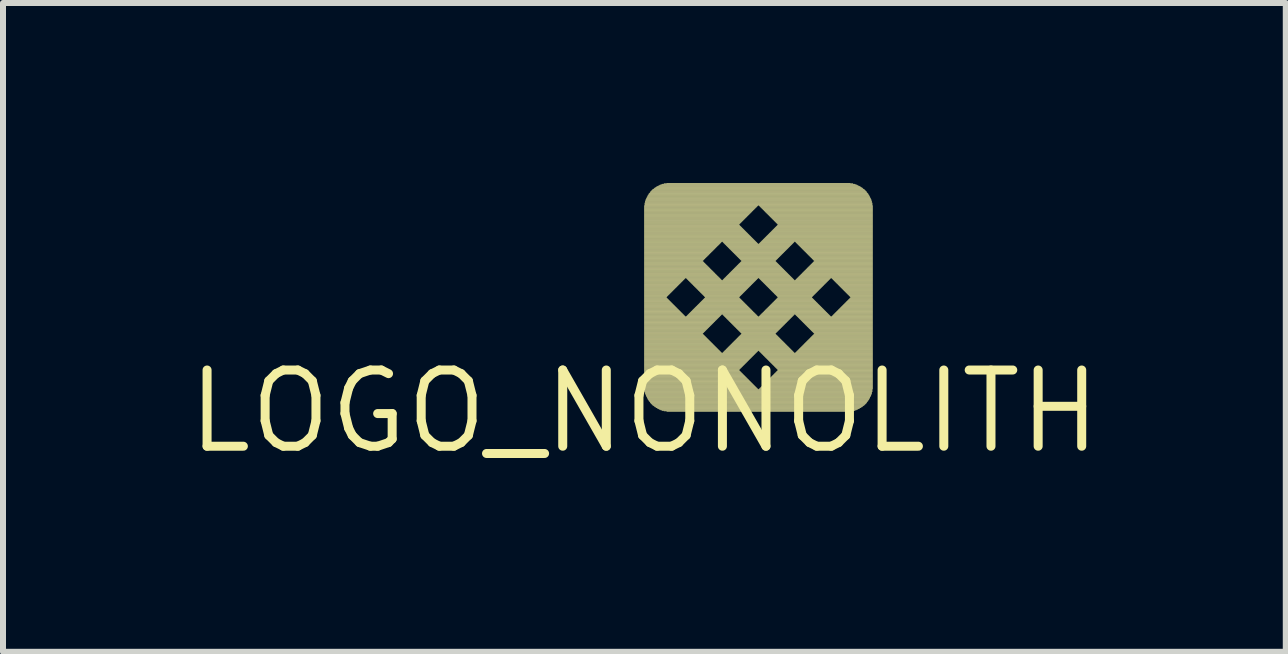
<source format=kicad_pcb>
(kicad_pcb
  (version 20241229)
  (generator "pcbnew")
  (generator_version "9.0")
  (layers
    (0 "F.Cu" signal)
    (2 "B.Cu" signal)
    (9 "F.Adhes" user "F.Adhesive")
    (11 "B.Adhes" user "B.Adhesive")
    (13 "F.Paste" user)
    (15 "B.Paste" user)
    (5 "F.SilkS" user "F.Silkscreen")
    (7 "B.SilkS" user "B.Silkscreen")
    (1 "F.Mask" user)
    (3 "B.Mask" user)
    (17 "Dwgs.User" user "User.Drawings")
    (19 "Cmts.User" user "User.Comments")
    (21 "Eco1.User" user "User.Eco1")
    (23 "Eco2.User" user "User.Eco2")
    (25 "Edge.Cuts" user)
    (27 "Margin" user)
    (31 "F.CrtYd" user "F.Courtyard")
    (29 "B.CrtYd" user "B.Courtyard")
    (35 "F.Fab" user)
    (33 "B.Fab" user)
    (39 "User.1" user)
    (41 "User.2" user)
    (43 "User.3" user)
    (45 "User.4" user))
  (footprint "LOGO_NONOLITH"
    (layer "F.Cu")
    (at 7.688 3.806)
    (property "Reference" "LOGO_NONOLITH" (at 0 0 0) (layer "F.SilkS") (effects (font (size 1.27 1.27) (thickness 0.15))))
    (attr through_hole)
    (fp_poly (pts (xy -0.004 -3.425) (xy 1.894 -3.425) (xy 1.894 -3.433) (xy -0.004 -3.433)) (stroke (width 0) (type solid)) (fill yes) (layer "F.SilkS"))
    (fp_poly (pts (xy -0.004 -3.418) (xy 1.886 -3.418) (xy 1.886 -3.425) (xy -0.004 -3.425)) (stroke (width 0) (type solid)) (fill yes) (layer "F.SilkS"))
    (fp_poly (pts (xy -0.004 -3.41) (xy 1.878 -3.41) (xy 1.878 -3.418) (xy -0.004 -3.418)) (stroke (width 0) (type solid)) (fill yes) (layer "F.SilkS"))
    (fp_poly (pts (xy -0.004 -3.402) (xy 1.871 -3.402) (xy 1.871 -3.41) (xy -0.004 -3.41)) (stroke (width 0) (type solid)) (fill yes) (layer "F.SilkS"))
    (fp_poly (pts (xy -0.004 -3.395) (xy 1.863 -3.395) (xy 1.863 -3.402) (xy -0.004 -3.402)) (stroke (width 0) (type solid)) (fill yes) (layer "F.SilkS"))
    (fp_poly (pts (xy -0.004 -3.387) (xy 1.855 -3.387) (xy 1.855 -3.395) (xy -0.004 -3.395)) (stroke (width 0) (type solid)) (fill yes) (layer "F.SilkS"))
    (fp_poly (pts (xy -0.004 -3.38) (xy 1.848 -3.38) (xy 1.848 -3.387) (xy -0.004 -3.387)) (stroke (width 0) (type solid)) (fill yes) (layer "F.SilkS"))
    (fp_poly (pts (xy -0.004 -3.372) (xy 1.84 -3.372) (xy 1.84 -3.38) (xy -0.004 -3.38)) (stroke (width 0) (type solid)) (fill yes) (layer "F.SilkS"))
    (fp_poly (pts (xy -0.004 -3.364) (xy 1.833 -3.364) (xy 1.833 -3.372) (xy -0.004 -3.372)) (stroke (width 0) (type solid)) (fill yes) (layer "F.SilkS"))
    (fp_poly (pts (xy -0.004 -3.357) (xy 1.825 -3.357) (xy 1.825 -3.364) (xy -0.004 -3.364)) (stroke (width 0) (type solid)) (fill yes) (layer "F.SilkS"))
    (fp_poly (pts (xy -0.004 -3.349) (xy 1.817 -3.349) (xy 1.817 -3.357) (xy -0.004 -3.357)) (stroke (width 0) (type solid)) (fill yes) (layer "F.SilkS"))
    (fp_poly (pts (xy -0.004 -3.341) (xy 1.81 -3.341) (xy 1.81 -3.349) (xy -0.004 -3.349)) (stroke (width 0) (type solid)) (fill yes) (layer "F.SilkS"))
    (fp_poly (pts (xy -0.004 -3.334) (xy 1.802 -3.334) (xy 1.802 -3.341) (xy -0.004 -3.341)) (stroke (width 0) (type solid)) (fill yes) (layer "F.SilkS"))
    (fp_poly (pts (xy -0.004 -3.326) (xy 1.794 -3.326) (xy 1.794 -3.334) (xy -0.004 -3.334)) (stroke (width 0) (type solid)) (fill yes) (layer "F.SilkS"))
    (fp_poly (pts (xy -0.004 -3.318) (xy 1.787 -3.318) (xy 1.787 -3.326) (xy -0.004 -3.326)) (stroke (width 0) (type solid)) (fill yes) (layer "F.SilkS"))
    (fp_poly (pts (xy -0.004 -3.311) (xy 1.779 -3.311) (xy 1.779 -3.318) (xy -0.004 -3.318)) (stroke (width 0) (type solid)) (fill yes) (layer "F.SilkS"))
    (fp_poly (pts (xy -0.004 -3.303) (xy 1.772 -3.303) (xy 1.772 -3.311) (xy -0.004 -3.311)) (stroke (width 0) (type solid)) (fill yes) (layer "F.SilkS"))
    (fp_poly (pts (xy -0.004 -3.296) (xy 1.764 -3.296) (xy 1.764 -3.303) (xy -0.004 -3.303)) (stroke (width 0) (type solid)) (fill yes) (layer "F.SilkS"))
    (fp_poly (pts (xy -0.004 -3.288) (xy 1.756 -3.288) (xy 1.756 -3.296) (xy -0.004 -3.296)) (stroke (width 0) (type solid)) (fill yes) (layer "F.SilkS"))
    (fp_poly (pts (xy -0.004 -3.28) (xy 1.749 -3.28) (xy 1.749 -3.288) (xy -0.004 -3.288)) (stroke (width 0) (type solid)) (fill yes) (layer "F.SilkS"))
    (fp_poly (pts (xy -0.004 -3.273) (xy 1.741 -3.273) (xy 1.741 -3.28) (xy -0.004 -3.28)) (stroke (width 0) (type solid)) (fill yes) (layer "F.SilkS"))
    (fp_poly (pts (xy -0.004 -3.265) (xy 1.734 -3.265) (xy 1.734 -3.273) (xy -0.004 -3.273)) (stroke (width 0) (type solid)) (fill yes) (layer "F.SilkS"))
    (fp_poly (pts (xy -0.004 -3.258) (xy 1.726 -3.258) (xy 1.726 -3.265) (xy -0.004 -3.265)) (stroke (width 0) (type solid)) (fill yes) (layer "F.SilkS"))
    (fp_poly (pts (xy -0.004 -3.25) (xy 1.718 -3.25) (xy 1.718 -3.258) (xy -0.004 -3.258)) (stroke (width 0) (type solid)) (fill yes) (layer "F.SilkS"))
    (fp_poly (pts (xy -0.004 -3.242) (xy 1.711 -3.242) (xy 1.711 -3.25) (xy -0.004 -3.25)) (stroke (width 0) (type solid)) (fill yes) (layer "F.SilkS"))
    (fp_poly (pts (xy -0.004 -3.235) (xy 1.703 -3.235) (xy 1.703 -3.242) (xy -0.004 -3.242)) (stroke (width 0) (type solid)) (fill yes) (layer "F.SilkS"))
    (fp_poly (pts (xy -0.004 -3.227) (xy 1.696 -3.227) (xy 1.696 -3.235) (xy -0.004 -3.235)) (stroke (width 0) (type solid)) (fill yes) (layer "F.SilkS"))
    (fp_poly (pts (xy -0.004 -3.22) (xy 1.688 -3.22) (xy 1.688 -3.227) (xy -0.004 -3.227)) (stroke (width 0) (type solid)) (fill yes) (layer "F.SilkS"))
    (fp_poly (pts (xy -0.004 -3.212) (xy 1.68 -3.212) (xy 1.68 -3.22) (xy -0.004 -3.22)) (stroke (width 0) (type solid)) (fill yes) (layer "F.SilkS"))
    (fp_poly (pts (xy -0.004 -3.204) (xy 1.673 -3.204) (xy 1.673 -3.212) (xy -0.004 -3.212)) (stroke (width 0) (type solid)) (fill yes) (layer "F.SilkS"))
    (fp_poly (pts (xy -0.004 -3.197) (xy 1.665 -3.197) (xy 1.665 -3.204) (xy -0.004 -3.204)) (stroke (width 0) (type solid)) (fill yes) (layer "F.SilkS"))
    (fp_poly (pts (xy -0.004 -3.189) (xy 1.657 -3.189) (xy 1.657 -3.197) (xy -0.004 -3.197)) (stroke (width 0) (type solid)) (fill yes) (layer "F.SilkS"))
    (fp_poly (pts (xy -0.004 -3.181) (xy 1.65 -3.181) (xy 1.65 -3.189) (xy -0.004 -3.189)) (stroke (width 0) (type solid)) (fill yes) (layer "F.SilkS"))
    (fp_poly (pts (xy -0.004 -3.174) (xy 1.642 -3.174) (xy 1.642 -3.181) (xy -0.004 -3.181)) (stroke (width 0) (type solid)) (fill yes) (layer "F.SilkS"))
    (fp_poly (pts (xy -0.004 -3.166) (xy 1.635 -3.166) (xy 1.635 -3.174) (xy -0.004 -3.174)) (stroke (width 0) (type solid)) (fill yes) (layer "F.SilkS"))
    (fp_poly (pts (xy -0.004 -3.159) (xy 1.627 -3.159) (xy 1.627 -3.166) (xy -0.004 -3.166)) (stroke (width 0) (type solid)) (fill yes) (layer "F.SilkS"))
    (fp_poly (pts (xy -0.004 -3.151) (xy 1.619 -3.151) (xy 1.619 -3.159) (xy -0.004 -3.159)) (stroke (width 0) (type solid)) (fill yes) (layer "F.SilkS"))
    (fp_poly (pts (xy -0.004 -3.143) (xy 1.612 -3.143) (xy 1.612 -3.151) (xy -0.004 -3.151)) (stroke (width 0) (type solid)) (fill yes) (layer "F.SilkS"))
    (fp_poly (pts (xy -0.004 -3.136) (xy 1.604 -3.136) (xy 1.604 -3.143) (xy -0.004 -3.143)) (stroke (width 0) (type solid)) (fill yes) (layer "F.SilkS"))
    (fp_poly (pts (xy -0.004 -3.128) (xy 1.596 -3.128) (xy 1.596 -3.136) (xy -0.004 -3.136)) (stroke (width 0) (type solid)) (fill yes) (layer "F.SilkS"))
    (fp_poly (pts (xy -0.004 -3.12) (xy 1.589 -3.12) (xy 1.589 -3.128) (xy -0.004 -3.128)) (stroke (width 0) (type solid)) (fill yes) (layer "F.SilkS"))
    (fp_poly (pts (xy -0.004 -3.113) (xy 1.581 -3.113) (xy 1.581 -3.12) (xy -0.004 -3.12)) (stroke (width 0) (type solid)) (fill yes) (layer "F.SilkS"))
    (fp_poly (pts (xy -0.004 -3.105) (xy 1.581 -3.105) (xy 1.581 -3.113) (xy -0.004 -3.113)) (stroke (width 0) (type solid)) (fill yes) (layer "F.SilkS"))
    (fp_poly (pts (xy -0.004 -3.098) (xy 1.589 -3.098) (xy 1.589 -3.105) (xy -0.004 -3.105)) (stroke (width 0) (type solid)) (fill yes) (layer "F.SilkS"))
    (fp_poly (pts (xy -0.004 -3.09) (xy 1.596 -3.09) (xy 1.596 -3.098) (xy -0.004 -3.098)) (stroke (width 0) (type solid)) (fill yes) (layer "F.SilkS"))
    (fp_poly (pts (xy -0.004 -3.082) (xy 1.604 -3.082) (xy 1.604 -3.09) (xy -0.004 -3.09)) (stroke (width 0) (type solid)) (fill yes) (layer "F.SilkS"))
    (fp_poly (pts (xy -0.004 -3.075) (xy 1.612 -3.075) (xy 1.612 -3.082) (xy -0.004 -3.082)) (stroke (width 0) (type solid)) (fill yes) (layer "F.SilkS"))
    (fp_poly (pts (xy -0.004 -3.067) (xy 1.619 -3.067) (xy 1.619 -3.075) (xy -0.004 -3.075)) (stroke (width 0) (type solid)) (fill yes) (layer "F.SilkS"))
    (fp_poly (pts (xy -0.004 -3.059) (xy 1.627 -3.059) (xy 1.627 -3.067) (xy -0.004 -3.067)) (stroke (width 0) (type solid)) (fill yes) (layer "F.SilkS"))
    (fp_poly (pts (xy -0.004 -3.052) (xy 1.635 -3.052) (xy 1.635 -3.059) (xy -0.004 -3.059)) (stroke (width 0) (type solid)) (fill yes) (layer "F.SilkS"))
    (fp_poly (pts (xy -0.004 -3.044) (xy 1.642 -3.044) (xy 1.642 -3.052) (xy -0.004 -3.052)) (stroke (width 0) (type solid)) (fill yes) (layer "F.SilkS"))
    (fp_poly (pts (xy -0.004 -3.037) (xy 1.65 -3.037) (xy 1.65 -3.044) (xy -0.004 -3.044)) (stroke (width 0) (type solid)) (fill yes) (layer "F.SilkS"))
    (fp_poly (pts (xy -0.004 -3.029) (xy 1.657 -3.029) (xy 1.657 -3.037) (xy -0.004 -3.037)) (stroke (width 0) (type solid)) (fill yes) (layer "F.SilkS"))
    (fp_poly (pts (xy -0.004 -3.021) (xy 1.665 -3.021) (xy 1.665 -3.029) (xy -0.004 -3.029)) (stroke (width 0) (type solid)) (fill yes) (layer "F.SilkS"))
    (fp_poly (pts (xy -0.004 -3.014) (xy 1.673 -3.014) (xy 1.673 -3.021) (xy -0.004 -3.021)) (stroke (width 0) (type solid)) (fill yes) (layer "F.SilkS"))
    (fp_poly (pts (xy -0.004 -3.006) (xy 1.68 -3.006) (xy 1.68 -3.014) (xy -0.004 -3.014)) (stroke (width 0) (type solid)) (fill yes) (layer "F.SilkS"))
    (fp_poly (pts (xy -0.004 -2.998) (xy 1.688 -2.998) (xy 1.688 -3.006) (xy -0.004 -3.006)) (stroke (width 0) (type solid)) (fill yes) (layer "F.SilkS"))
    (fp_poly (pts (xy -0.004 -2.991) (xy 1.696 -2.991) (xy 1.696 -2.998) (xy -0.004 -2.998)) (stroke (width 0) (type solid)) (fill yes) (layer "F.SilkS"))
    (fp_poly (pts (xy -0.004 -2.983) (xy 1.703 -2.983) (xy 1.703 -2.991) (xy -0.004 -2.991)) (stroke (width 0) (type solid)) (fill yes) (layer "F.SilkS"))
    (fp_poly (pts (xy -0.004 -2.976) (xy 1.711 -2.976) (xy 1.711 -2.983) (xy -0.004 -2.983)) (stroke (width 0) (type solid)) (fill yes) (layer "F.SilkS"))
    (fp_poly (pts (xy -0.004 -2.968) (xy 1.718 -2.968) (xy 1.718 -2.976) (xy -0.004 -2.976)) (stroke (width 0) (type solid)) (fill yes) (layer "F.SilkS"))
    (fp_poly (pts (xy -0.004 -2.96) (xy 1.726 -2.96) (xy 1.726 -2.968) (xy -0.004 -2.968)) (stroke (width 0) (type solid)) (fill yes) (layer "F.SilkS"))
    (fp_poly (pts (xy -0.004 -2.953) (xy 1.734 -2.953) (xy 1.734 -2.96) (xy -0.004 -2.96)) (stroke (width 0) (type solid)) (fill yes) (layer "F.SilkS"))
    (fp_poly (pts (xy -0.004 -2.945) (xy 1.741 -2.945) (xy 1.741 -2.953) (xy -0.004 -2.953)) (stroke (width 0) (type solid)) (fill yes) (layer "F.SilkS"))
    (fp_poly (pts (xy -0.004 -2.938) (xy 1.749 -2.938) (xy 1.749 -2.945) (xy -0.004 -2.945)) (stroke (width 0) (type solid)) (fill yes) (layer "F.SilkS"))
    (fp_poly (pts (xy -0.004 -2.93) (xy 1.756 -2.93) (xy 1.756 -2.938) (xy -0.004 -2.938)) (stroke (width 0) (type solid)) (fill yes) (layer "F.SilkS"))
    (fp_poly (pts (xy -0.004 -2.922) (xy 1.764 -2.922) (xy 1.764 -2.93) (xy -0.004 -2.93)) (stroke (width 0) (type solid)) (fill yes) (layer "F.SilkS"))
    (fp_poly (pts (xy -0.004 -2.915) (xy 1.772 -2.915) (xy 1.772 -2.922) (xy -0.004 -2.922)) (stroke (width 0) (type solid)) (fill yes) (layer "F.SilkS"))
    (fp_poly (pts (xy -0.004 -2.907) (xy 1.779 -2.907) (xy 1.779 -2.915) (xy -0.004 -2.915)) (stroke (width 0) (type solid)) (fill yes) (layer "F.SilkS"))
    (fp_poly (pts (xy -0.004 -2.899) (xy 1.787 -2.899) (xy 1.787 -2.907) (xy -0.004 -2.907)) (stroke (width 0) (type solid)) (fill yes) (layer "F.SilkS"))
    (fp_poly (pts (xy -0.004 -2.892) (xy 1.794 -2.892) (xy 1.794 -2.899) (xy -0.004 -2.899)) (stroke (width 0) (type solid)) (fill yes) (layer "F.SilkS"))
    (fp_poly (pts (xy -0.004 -2.884) (xy 1.802 -2.884) (xy 1.802 -2.892) (xy -0.004 -2.892)) (stroke (width 0) (type solid)) (fill yes) (layer "F.SilkS"))
    (fp_poly (pts (xy -0.004 -2.877) (xy 1.81 -2.877) (xy 1.81 -2.884) (xy -0.004 -2.884)) (stroke (width 0) (type solid)) (fill yes) (layer "F.SilkS"))
    (fp_poly (pts (xy -0.004 -2.869) (xy 1.817 -2.869) (xy 1.817 -2.877) (xy -0.004 -2.877)) (stroke (width 0) (type solid)) (fill yes) (layer "F.SilkS"))
    (fp_poly (pts (xy -0.004 -2.861) (xy 1.825 -2.861) (xy 1.825 -2.869) (xy -0.004 -2.869)) (stroke (width 0) (type solid)) (fill yes) (layer "F.SilkS"))
    (fp_poly (pts (xy -0.004 -2.854) (xy 1.833 -2.854) (xy 1.833 -2.861) (xy -0.004 -2.861)) (stroke (width 0) (type solid)) (fill yes) (layer "F.SilkS"))
    (fp_poly (pts (xy -0.004 -2.846) (xy 1.84 -2.846) (xy 1.84 -2.854) (xy -0.004 -2.854)) (stroke (width 0) (type solid)) (fill yes) (layer "F.SilkS"))
    (fp_poly (pts (xy -0.004 -2.838) (xy 1.848 -2.838) (xy 1.848 -2.846) (xy -0.004 -2.846)) (stroke (width 0) (type solid)) (fill yes) (layer "F.SilkS"))
    (fp_poly (pts (xy -0.004 -2.831) (xy 1.855 -2.831) (xy 1.855 -2.838) (xy -0.004 -2.838)) (stroke (width 0) (type solid)) (fill yes) (layer "F.SilkS"))
    (fp_poly (pts (xy -0.004 -2.823) (xy 1.292 -2.823) (xy 1.292 -2.831) (xy -0.004 -2.831)) (stroke (width 0) (type solid)) (fill yes) (layer "F.SilkS"))
    (fp_poly (pts (xy -0.004 -2.816) (xy 1.284 -2.816) (xy 1.284 -2.823) (xy -0.004 -2.823)) (stroke (width 0) (type solid)) (fill yes) (layer "F.SilkS"))
    (fp_poly (pts (xy -0.004 -2.808) (xy 1.276 -2.808) (xy 1.276 -2.816) (xy -0.004 -2.816)) (stroke (width 0) (type solid)) (fill yes) (layer "F.SilkS"))
    (fp_poly (pts (xy -0.004 -2.8) (xy 1.269 -2.8) (xy 1.269 -2.808) (xy -0.004 -2.808)) (stroke (width 0) (type solid)) (fill yes) (layer "F.SilkS"))
    (fp_poly (pts (xy -0.004 -2.793) (xy 1.261 -2.793) (xy 1.261 -2.8) (xy -0.004 -2.8)) (stroke (width 0) (type solid)) (fill yes) (layer "F.SilkS"))
    (fp_poly (pts (xy -0.004 -2.785) (xy 1.254 -2.785) (xy 1.254 -2.793) (xy -0.004 -2.793)) (stroke (width 0) (type solid)) (fill yes) (layer "F.SilkS"))
    (fp_poly (pts (xy -0.004 -2.777) (xy 1.246 -2.777) (xy 1.246 -2.785) (xy -0.004 -2.785)) (stroke (width 0) (type solid)) (fill yes) (layer "F.SilkS"))
    (fp_poly (pts (xy -0.004 -2.77) (xy 1.238 -2.77) (xy 1.238 -2.777) (xy -0.004 -2.777)) (stroke (width 0) (type solid)) (fill yes) (layer "F.SilkS"))
    (fp_poly (pts (xy -0.004 -2.762) (xy 1.231 -2.762) (xy 1.231 -2.77) (xy -0.004 -2.77)) (stroke (width 0) (type solid)) (fill yes) (layer "F.SilkS"))
    (fp_poly (pts (xy -0.004 -2.755) (xy 1.223 -2.755) (xy 1.223 -2.762) (xy -0.004 -2.762)) (stroke (width 0) (type solid)) (fill yes) (layer "F.SilkS"))
    (fp_poly (pts (xy -0.004 -2.747) (xy 1.215 -2.747) (xy 1.215 -2.755) (xy -0.004 -2.755)) (stroke (width 0) (type solid)) (fill yes) (layer "F.SilkS"))
    (fp_poly (pts (xy -0.004 -2.739) (xy 1.208 -2.739) (xy 1.208 -2.747) (xy -0.004 -2.747)) (stroke (width 0) (type solid)) (fill yes) (layer "F.SilkS"))
    (fp_poly (pts (xy -0.004 -2.732) (xy 1.2 -2.732) (xy 1.2 -2.739) (xy -0.004 -2.739)) (stroke (width 0) (type solid)) (fill yes) (layer "F.SilkS"))
    (fp_poly (pts (xy -0.004 -2.724) (xy 1.192 -2.724) (xy 1.192 -2.732) (xy -0.004 -2.732)) (stroke (width 0) (type solid)) (fill yes) (layer "F.SilkS"))
    (fp_poly (pts (xy -0.004 -2.716) (xy 1.185 -2.716) (xy 1.185 -2.724) (xy -0.004 -2.724)) (stroke (width 0) (type solid)) (fill yes) (layer "F.SilkS"))
    (fp_poly (pts (xy -0.004 -2.709) (xy 1.177 -2.709) (xy 1.177 -2.716) (xy -0.004 -2.716)) (stroke (width 0) (type solid)) (fill yes) (layer "F.SilkS"))
    (fp_poly (pts (xy -0.004 -2.701) (xy 1.17 -2.701) (xy 1.17 -2.709) (xy -0.004 -2.709)) (stroke (width 0) (type solid)) (fill yes) (layer "F.SilkS"))
    (fp_poly (pts (xy -0.004 -2.694) (xy 1.162 -2.694) (xy 1.162 -2.701) (xy -0.004 -2.701)) (stroke (width 0) (type solid)) (fill yes) (layer "F.SilkS"))
    (fp_poly (pts (xy -0.004 -2.686) (xy 1.154 -2.686) (xy 1.154 -2.694) (xy -0.004 -2.694)) (stroke (width 0) (type solid)) (fill yes) (layer "F.SilkS"))
    (fp_poly (pts (xy -0.004 -2.678) (xy 1.147 -2.678) (xy 1.147 -2.686) (xy -0.004 -2.686)) (stroke (width 0) (type solid)) (fill yes) (layer "F.SilkS"))
    (fp_poly (pts (xy -0.004 -2.671) (xy 1.139 -2.671) (xy 1.139 -2.678) (xy -0.004 -2.678)) (stroke (width 0) (type solid)) (fill yes) (layer "F.SilkS"))
    (fp_poly (pts (xy -0.004 -2.663) (xy 1.132 -2.663) (xy 1.132 -2.671) (xy -0.004 -2.671)) (stroke (width 0) (type solid)) (fill yes) (layer "F.SilkS"))
    (fp_poly (pts (xy -0.004 -2.656) (xy 1.124 -2.656) (xy 1.124 -2.663) (xy -0.004 -2.663)) (stroke (width 0) (type solid)) (fill yes) (layer "F.SilkS"))
    (fp_poly (pts (xy -0.004 -2.648) (xy 1.116 -2.648) (xy 1.116 -2.656) (xy -0.004 -2.656)) (stroke (width 0) (type solid)) (fill yes) (layer "F.SilkS"))
    (fp_poly (pts (xy -0.004 -2.64) (xy 1.109 -2.64) (xy 1.109 -2.648) (xy -0.004 -2.648)) (stroke (width 0) (type solid)) (fill yes) (layer "F.SilkS"))
    (fp_poly (pts (xy -0.004 -2.633) (xy 1.101 -2.633) (xy 1.101 -2.64) (xy -0.004 -2.64)) (stroke (width 0) (type solid)) (fill yes) (layer "F.SilkS"))
    (fp_poly (pts (xy -0.004 -2.625) (xy 1.093 -2.625) (xy 1.093 -2.633) (xy -0.004 -2.633)) (stroke (width 0) (type solid)) (fill yes) (layer "F.SilkS"))
    (fp_poly (pts (xy -0.004 -2.618) (xy 1.086 -2.618) (xy 1.086 -2.625) (xy -0.004 -2.625)) (stroke (width 0) (type solid)) (fill yes) (layer "F.SilkS"))
    (fp_poly (pts (xy -0.004 -2.61) (xy 1.078 -2.61) (xy 1.078 -2.618) (xy -0.004 -2.618)) (stroke (width 0) (type solid)) (fill yes) (layer "F.SilkS"))
    (fp_poly (pts (xy -0.004 -2.602) (xy 1.071 -2.602) (xy 1.071 -2.61) (xy -0.004 -2.61)) (stroke (width 0) (type solid)) (fill yes) (layer "F.SilkS"))
    (fp_poly (pts (xy -0.004 -2.595) (xy 1.063 -2.595) (xy 1.063 -2.602) (xy -0.004 -2.602)) (stroke (width 0) (type solid)) (fill yes) (layer "F.SilkS"))
    (fp_poly (pts (xy -0.004 -2.587) (xy 1.055 -2.587) (xy 1.055 -2.595) (xy -0.004 -2.595)) (stroke (width 0) (type solid)) (fill yes) (layer "F.SilkS"))
    (fp_poly (pts (xy -0.004 -2.579) (xy 1.048 -2.579) (xy 1.048 -2.587) (xy -0.004 -2.587)) (stroke (width 0) (type solid)) (fill yes) (layer "F.SilkS"))
    (fp_poly (pts (xy -0.004 -2.572) (xy 1.04 -2.572) (xy 1.04 -2.579) (xy -0.004 -2.579)) (stroke (width 0) (type solid)) (fill yes) (layer "F.SilkS"))
    (fp_poly (pts (xy -0.004 -2.564) (xy 1.032 -2.564) (xy 1.032 -2.572) (xy -0.004 -2.572)) (stroke (width 0) (type solid)) (fill yes) (layer "F.SilkS"))
    (fp_poly (pts (xy -0.004 -2.557) (xy 1.025 -2.557) (xy 1.025 -2.564) (xy -0.004 -2.564)) (stroke (width 0) (type solid)) (fill yes) (layer "F.SilkS"))
    (fp_poly (pts (xy -0.004 -2.549) (xy 1.017 -2.549) (xy 1.017 -2.557) (xy -0.004 -2.557)) (stroke (width 0) (type solid)) (fill yes) (layer "F.SilkS"))
    (fp_poly (pts (xy -0.004 -2.541) (xy 1.01 -2.541) (xy 1.01 -2.549) (xy -0.004 -2.549)) (stroke (width 0) (type solid)) (fill yes) (layer "F.SilkS"))
    (fp_poly (pts (xy -0.004 -2.534) (xy 1.002 -2.534) (xy 1.002 -2.541) (xy -0.004 -2.541)) (stroke (width 0) (type solid)) (fill yes) (layer "F.SilkS"))
    (fp_poly (pts (xy -0.004 -2.526) (xy 0.994 -2.526) (xy 0.994 -2.534) (xy -0.004 -2.534)) (stroke (width 0) (type solid)) (fill yes) (layer "F.SilkS"))
    (fp_poly (pts (xy -0.004 -2.518) (xy 0.987 -2.518) (xy 0.987 -2.526) (xy -0.004 -2.526)) (stroke (width 0) (type solid)) (fill yes) (layer "F.SilkS"))
    (fp_poly (pts (xy -0.004 -2.511) (xy 0.979 -2.511) (xy 0.979 -2.518) (xy -0.004 -2.518)) (stroke (width 0) (type solid)) (fill yes) (layer "F.SilkS"))
    (fp_poly (pts (xy -0.004 -2.503) (xy 0.972 -2.503) (xy 0.972 -2.511) (xy -0.004 -2.511)) (stroke (width 0) (type solid)) (fill yes) (layer "F.SilkS"))
    (fp_poly (pts (xy -0.004 -2.496) (xy 0.979 -2.496) (xy 0.979 -2.503) (xy -0.004 -2.503)) (stroke (width 0) (type solid)) (fill yes) (layer "F.SilkS"))
    (fp_poly (pts (xy -0.004 -2.488) (xy 0.987 -2.488) (xy 0.987 -2.496) (xy -0.004 -2.496)) (stroke (width 0) (type solid)) (fill yes) (layer "F.SilkS"))
    (fp_poly (pts (xy -0.004 -2.48) (xy 0.994 -2.48) (xy 0.994 -2.488) (xy -0.004 -2.488)) (stroke (width 0) (type solid)) (fill yes) (layer "F.SilkS"))
    (fp_poly (pts (xy -0.004 -2.473) (xy 1.002 -2.473) (xy 1.002 -2.48) (xy -0.004 -2.48)) (stroke (width 0) (type solid)) (fill yes) (layer "F.SilkS"))
    (fp_poly (pts (xy -0.004 -2.465) (xy 1.01 -2.465) (xy 1.01 -2.473) (xy -0.004 -2.473)) (stroke (width 0) (type solid)) (fill yes) (layer "F.SilkS"))
    (fp_poly (pts (xy -0.004 -2.458) (xy 1.017 -2.458) (xy 1.017 -2.465) (xy -0.004 -2.465)) (stroke (width 0) (type solid)) (fill yes) (layer "F.SilkS"))
    (fp_poly (pts (xy -0.004 -2.45) (xy 1.025 -2.45) (xy 1.025 -2.458) (xy -0.004 -2.458)) (stroke (width 0) (type solid)) (fill yes) (layer "F.SilkS"))
    (fp_poly (pts (xy -0.004 -2.442) (xy 1.032 -2.442) (xy 1.032 -2.45) (xy -0.004 -2.45)) (stroke (width 0) (type solid)) (fill yes) (layer "F.SilkS"))
    (fp_poly (pts (xy -0.004 -2.435) (xy 1.04 -2.435) (xy 1.04 -2.442) (xy -0.004 -2.442)) (stroke (width 0) (type solid)) (fill yes) (layer "F.SilkS"))
    (fp_poly (pts (xy -0.004 -2.427) (xy 1.048 -2.427) (xy 1.048 -2.435) (xy -0.004 -2.435)) (stroke (width 0) (type solid)) (fill yes) (layer "F.SilkS"))
    (fp_poly (pts (xy -0.004 -2.419) (xy 1.055 -2.419) (xy 1.055 -2.427) (xy -0.004 -2.427)) (stroke (width 0) (type solid)) (fill yes) (layer "F.SilkS"))
    (fp_poly (pts (xy -0.004 -2.412) (xy 1.063 -2.412) (xy 1.063 -2.419) (xy -0.004 -2.419)) (stroke (width 0) (type solid)) (fill yes) (layer "F.SilkS"))
    (fp_poly (pts (xy -0.004 -2.404) (xy 1.071 -2.404) (xy 1.071 -2.412) (xy -0.004 -2.412)) (stroke (width 0) (type solid)) (fill yes) (layer "F.SilkS"))
    (fp_poly (pts (xy -0.004 -2.397) (xy 1.078 -2.397) (xy 1.078 -2.404) (xy -0.004 -2.404)) (stroke (width 0) (type solid)) (fill yes) (layer "F.SilkS"))
    (fp_poly (pts (xy -0.004 -2.389) (xy 1.086 -2.389) (xy 1.086 -2.397) (xy -0.004 -2.397)) (stroke (width 0) (type solid)) (fill yes) (layer "F.SilkS"))
    (fp_poly (pts (xy -0.004 -2.381) (xy 1.093 -2.381) (xy 1.093 -2.389) (xy -0.004 -2.389)) (stroke (width 0) (type solid)) (fill yes) (layer "F.SilkS"))
    (fp_poly (pts (xy -0.004 -2.374) (xy 1.101 -2.374) (xy 1.101 -2.381) (xy -0.004 -2.381)) (stroke (width 0) (type solid)) (fill yes) (layer "F.SilkS"))
    (fp_poly (pts (xy -0.004 -2.366) (xy 1.109 -2.366) (xy 1.109 -2.374) (xy -0.004 -2.374)) (stroke (width 0) (type solid)) (fill yes) (layer "F.SilkS"))
    (fp_poly (pts (xy -0.004 -2.358) (xy 1.116 -2.358) (xy 1.116 -2.366) (xy -0.004 -2.366)) (stroke (width 0) (type solid)) (fill yes) (layer "F.SilkS"))
    (fp_poly (pts (xy -0.004 -2.351) (xy 1.124 -2.351) (xy 1.124 -2.358) (xy -0.004 -2.358)) (stroke (width 0) (type solid)) (fill yes) (layer "F.SilkS"))
    (fp_poly (pts (xy -0.004 -2.343) (xy 1.132 -2.343) (xy 1.132 -2.351) (xy -0.004 -2.351)) (stroke (width 0) (type solid)) (fill yes) (layer "F.SilkS"))
    (fp_poly (pts (xy -0.004 -2.336) (xy 1.139 -2.336) (xy 1.139 -2.343) (xy -0.004 -2.343)) (stroke (width 0) (type solid)) (fill yes) (layer "F.SilkS"))
    (fp_poly (pts (xy -0.004 -2.328) (xy 1.147 -2.328) (xy 1.147 -2.336) (xy -0.004 -2.336)) (stroke (width 0) (type solid)) (fill yes) (layer "F.SilkS"))
    (fp_poly (pts (xy -0.004 -2.32) (xy 1.154 -2.32) (xy 1.154 -2.328) (xy -0.004 -2.328)) (stroke (width 0) (type solid)) (fill yes) (layer "F.SilkS"))
    (fp_poly (pts (xy -0.004 -2.313) (xy 1.162 -2.313) (xy 1.162 -2.32) (xy -0.004 -2.32)) (stroke (width 0) (type solid)) (fill yes) (layer "F.SilkS"))
    (fp_poly (pts (xy -0.004 -2.305) (xy 1.17 -2.305) (xy 1.17 -2.313) (xy -0.004 -2.313)) (stroke (width 0) (type solid)) (fill yes) (layer "F.SilkS"))
    (fp_poly (pts (xy -0.004 -2.297) (xy 1.177 -2.297) (xy 1.177 -2.305) (xy -0.004 -2.305)) (stroke (width 0) (type solid)) (fill yes) (layer "F.SilkS"))
    (fp_poly (pts (xy -0.004 -2.29) (xy 1.185 -2.29) (xy 1.185 -2.297) (xy -0.004 -2.297)) (stroke (width 0) (type solid)) (fill yes) (layer "F.SilkS"))
    (fp_poly (pts (xy -0.004 -2.282) (xy 1.192 -2.282) (xy 1.192 -2.29) (xy -0.004 -2.29)) (stroke (width 0) (type solid)) (fill yes) (layer "F.SilkS"))
    (fp_poly (pts (xy -0.004 -2.275) (xy 1.2 -2.275) (xy 1.2 -2.282) (xy -0.004 -2.282)) (stroke (width 0) (type solid)) (fill yes) (layer "F.SilkS"))
    (fp_poly (pts (xy -0.004 -2.267) (xy 1.208 -2.267) (xy 1.208 -2.275) (xy -0.004 -2.275)) (stroke (width 0) (type solid)) (fill yes) (layer "F.SilkS"))
    (fp_poly (pts (xy -0.004 -2.259) (xy 1.215 -2.259) (xy 1.215 -2.267) (xy -0.004 -2.267)) (stroke (width 0) (type solid)) (fill yes) (layer "F.SilkS"))
    (fp_poly (pts (xy -0.004 -2.252) (xy 1.223 -2.252) (xy 1.223 -2.259) (xy -0.004 -2.259)) (stroke (width 0) (type solid)) (fill yes) (layer "F.SilkS"))
    (fp_poly (pts (xy -0.004 -2.244) (xy 1.231 -2.244) (xy 1.231 -2.252) (xy -0.004 -2.252)) (stroke (width 0) (type solid)) (fill yes) (layer "F.SilkS"))
    (fp_poly (pts (xy -0.004 -2.236) (xy 1.238 -2.236) (xy 1.238 -2.244) (xy -0.004 -2.244)) (stroke (width 0) (type solid)) (fill yes) (layer "F.SilkS"))
    (fp_poly (pts (xy -0.004 -2.229) (xy 1.246 -2.229) (xy 1.246 -2.236) (xy -0.004 -2.236)) (stroke (width 0) (type solid)) (fill yes) (layer "F.SilkS"))
    (fp_poly (pts (xy -0.004 -2.221) (xy 1.254 -2.221) (xy 1.254 -2.229) (xy -0.004 -2.229)) (stroke (width 0) (type solid)) (fill yes) (layer "F.SilkS"))
    (fp_poly (pts (xy -0.004 -2.214) (xy 0.682 -2.214) (xy 0.682 -2.221) (xy -0.004 -2.221)) (stroke (width 0) (type solid)) (fill yes) (layer "F.SilkS"))
    (fp_poly (pts (xy -0.004 -2.206) (xy 0.674 -2.206) (xy 0.674 -2.214) (xy -0.004 -2.214)) (stroke (width 0) (type solid)) (fill yes) (layer "F.SilkS"))
    (fp_poly (pts (xy -0.004 -2.198) (xy 0.667 -2.198) (xy 0.667 -2.206) (xy -0.004 -2.206)) (stroke (width 0) (type solid)) (fill yes) (layer "F.SilkS"))
    (fp_poly (pts (xy -0.004 -2.191) (xy 0.659 -2.191) (xy 0.659 -2.198) (xy -0.004 -2.198)) (stroke (width 0) (type solid)) (fill yes) (layer "F.SilkS"))
    (fp_poly (pts (xy -0.004 -2.183) (xy 0.651 -2.183) (xy 0.651 -2.191) (xy -0.004 -2.191)) (stroke (width 0) (type solid)) (fill yes) (layer "F.SilkS"))
    (fp_poly (pts (xy -0.004 -2.175) (xy 0.644 -2.175) (xy 0.644 -2.183) (xy -0.004 -2.183)) (stroke (width 0) (type solid)) (fill yes) (layer "F.SilkS"))
    (fp_poly (pts (xy -0.004 -2.168) (xy 0.636 -2.168) (xy 0.636 -2.175) (xy -0.004 -2.175)) (stroke (width 0) (type solid)) (fill yes) (layer "F.SilkS"))
    (fp_poly (pts (xy -0.004 -2.16) (xy 0.629 -2.16) (xy 0.629 -2.168) (xy -0.004 -2.168)) (stroke (width 0) (type solid)) (fill yes) (layer "F.SilkS"))
    (fp_poly (pts (xy -0.004 -2.153) (xy 0.621 -2.153) (xy 0.621 -2.16) (xy -0.004 -2.16)) (stroke (width 0) (type solid)) (fill yes) (layer "F.SilkS"))
    (fp_poly (pts (xy -0.004 -2.145) (xy 0.613 -2.145) (xy 0.613 -2.153) (xy -0.004 -2.153)) (stroke (width 0) (type solid)) (fill yes) (layer "F.SilkS"))
    (fp_poly (pts (xy -0.004 -2.137) (xy 0.606 -2.137) (xy 0.606 -2.145) (xy -0.004 -2.145)) (stroke (width 0) (type solid)) (fill yes) (layer "F.SilkS"))
    (fp_poly (pts (xy -0.004 -2.13) (xy 0.598 -2.13) (xy 0.598 -2.137) (xy -0.004 -2.137)) (stroke (width 0) (type solid)) (fill yes) (layer "F.SilkS"))
    (fp_poly (pts (xy -0.004 -2.122) (xy 0.591 -2.122) (xy 0.591 -2.13) (xy -0.004 -2.13)) (stroke (width 0) (type solid)) (fill yes) (layer "F.SilkS"))
    (fp_poly (pts (xy -0.004 -2.115) (xy 0.583 -2.115) (xy 0.583 -2.122) (xy -0.004 -2.122)) (stroke (width 0) (type solid)) (fill yes) (layer "F.SilkS"))
    (fp_poly (pts (xy -0.004 -2.107) (xy 0.575 -2.107) (xy 0.575 -2.115) (xy -0.004 -2.115)) (stroke (width 0) (type solid)) (fill yes) (layer "F.SilkS"))
    (fp_poly (pts (xy -0.004 -2.099) (xy 0.568 -2.099) (xy 0.568 -2.107) (xy -0.004 -2.107)) (stroke (width 0) (type solid)) (fill yes) (layer "F.SilkS"))
    (fp_poly (pts (xy -0.004 -2.092) (xy 0.56 -2.092) (xy 0.56 -2.099) (xy -0.004 -2.099)) (stroke (width 0) (type solid)) (fill yes) (layer "F.SilkS"))
    (fp_poly (pts (xy -0.004 -2.084) (xy 0.552 -2.084) (xy 0.552 -2.092) (xy -0.004 -2.092)) (stroke (width 0) (type solid)) (fill yes) (layer "F.SilkS"))
    (fp_poly (pts (xy -0.004 -2.076) (xy 0.545 -2.076) (xy 0.545 -2.084) (xy -0.004 -2.084)) (stroke (width 0) (type solid)) (fill yes) (layer "F.SilkS"))
    (fp_poly (pts (xy -0.004 -2.069) (xy 0.537 -2.069) (xy 0.537 -2.076) (xy -0.004 -2.076)) (stroke (width 0) (type solid)) (fill yes) (layer "F.SilkS"))
    (fp_poly (pts (xy -0.004 -2.061) (xy 0.53 -2.061) (xy 0.53 -2.069) (xy -0.004 -2.069)) (stroke (width 0) (type solid)) (fill yes) (layer "F.SilkS"))
    (fp_poly (pts (xy -0.004 -2.054) (xy 0.522 -2.054) (xy 0.522 -2.061) (xy -0.004 -2.061)) (stroke (width 0) (type solid)) (fill yes) (layer "F.SilkS"))
    (fp_poly (pts (xy -0.004 -2.046) (xy 0.514 -2.046) (xy 0.514 -2.054) (xy -0.004 -2.054)) (stroke (width 0) (type solid)) (fill yes) (layer "F.SilkS"))
    (fp_poly (pts (xy -0.004 -2.038) (xy 0.507 -2.038) (xy 0.507 -2.046) (xy -0.004 -2.046)) (stroke (width 0) (type solid)) (fill yes) (layer "F.SilkS"))
    (fp_poly (pts (xy -0.004 -2.031) (xy 0.499 -2.031) (xy 0.499 -2.038) (xy -0.004 -2.038)) (stroke (width 0) (type solid)) (fill yes) (layer "F.SilkS"))
    (fp_poly (pts (xy -0.004 -2.023) (xy 0.491 -2.023) (xy 0.491 -2.031) (xy -0.004 -2.031)) (stroke (width 0) (type solid)) (fill yes) (layer "F.SilkS"))
    (fp_poly (pts (xy -0.004 -2.015) (xy 0.484 -2.015) (xy 0.484 -2.023) (xy -0.004 -2.023)) (stroke (width 0) (type solid)) (fill yes) (layer "F.SilkS"))
    (fp_poly (pts (xy -0.004 -2.008) (xy 0.476 -2.008) (xy 0.476 -2.015) (xy -0.004 -2.015)) (stroke (width 0) (type solid)) (fill yes) (layer "F.SilkS"))
    (fp_poly (pts (xy -0.004 -2) (xy 0.469 -2) (xy 0.469 -2.008) (xy -0.004 -2.008)) (stroke (width 0) (type solid)) (fill yes) (layer "F.SilkS"))
    (fp_poly (pts (xy -0.004 -1.993) (xy 0.461 -1.993) (xy 0.461 -2) (xy -0.004 -2)) (stroke (width 0) (type solid)) (fill yes) (layer "F.SilkS"))
    (fp_poly (pts (xy -0.004 -1.985) (xy 0.453 -1.985) (xy 0.453 -1.993) (xy -0.004 -1.993)) (stroke (width 0) (type solid)) (fill yes) (layer "F.SilkS"))
    (fp_poly (pts (xy -0.004 -1.977) (xy 0.446 -1.977) (xy 0.446 -1.985) (xy -0.004 -1.985)) (stroke (width 0) (type solid)) (fill yes) (layer "F.SilkS"))
    (fp_poly (pts (xy -0.004 -1.97) (xy 0.438 -1.97) (xy 0.438 -1.977) (xy -0.004 -1.977)) (stroke (width 0) (type solid)) (fill yes) (layer "F.SilkS"))
    (fp_poly (pts (xy -0.004 -1.962) (xy 0.43 -1.962) (xy 0.43 -1.97) (xy -0.004 -1.97)) (stroke (width 0) (type solid)) (fill yes) (layer "F.SilkS"))
    (fp_poly (pts (xy -0.004 -1.954) (xy 0.423 -1.954) (xy 0.423 -1.962) (xy -0.004 -1.962)) (stroke (width 0) (type solid)) (fill yes) (layer "F.SilkS"))
    (fp_poly (pts (xy -0.004 -1.947) (xy 0.415 -1.947) (xy 0.415 -1.954) (xy -0.004 -1.954)) (stroke (width 0) (type solid)) (fill yes) (layer "F.SilkS"))
    (fp_poly (pts (xy -0.004 -1.939) (xy 0.408 -1.939) (xy 0.408 -1.947) (xy -0.004 -1.947)) (stroke (width 0) (type solid)) (fill yes) (layer "F.SilkS"))
    (fp_poly (pts (xy -0.004 -1.932) (xy 0.4 -1.932) (xy 0.4 -1.939) (xy -0.004 -1.939)) (stroke (width 0) (type solid)) (fill yes) (layer "F.SilkS"))
    (fp_poly (pts (xy -0.004 -1.924) (xy 0.392 -1.924) (xy 0.392 -1.932) (xy -0.004 -1.932)) (stroke (width 0) (type solid)) (fill yes) (layer "F.SilkS"))
    (fp_poly (pts (xy -0.004 -1.916) (xy 0.385 -1.916) (xy 0.385 -1.924) (xy -0.004 -1.924)) (stroke (width 0) (type solid)) (fill yes) (layer "F.SilkS"))
    (fp_poly (pts (xy -0.004 -1.909) (xy 0.377 -1.909) (xy 0.377 -1.916) (xy -0.004 -1.916)) (stroke (width 0) (type solid)) (fill yes) (layer "F.SilkS"))
    (fp_poly (pts (xy -0.004 -1.901) (xy 0.37 -1.901) (xy 0.37 -1.909) (xy -0.004 -1.909)) (stroke (width 0) (type solid)) (fill yes) (layer "F.SilkS"))
    (fp_poly (pts (xy -0.004 -1.894) (xy 0.37 -1.894) (xy 0.37 -1.901) (xy -0.004 -1.901)) (stroke (width 0) (type solid)) (fill yes) (layer "F.SilkS"))
    (fp_poly (pts (xy -0.004 -1.886) (xy 0.377 -1.886) (xy 0.377 -1.894) (xy -0.004 -1.894)) (stroke (width 0) (type solid)) (fill yes) (layer "F.SilkS"))
    (fp_poly (pts (xy -0.004 -1.878) (xy 0.385 -1.878) (xy 0.385 -1.886) (xy -0.004 -1.886)) (stroke (width 0) (type solid)) (fill yes) (layer "F.SilkS"))
    (fp_poly (pts (xy -0.004 -1.871) (xy 0.392 -1.871) (xy 0.392 -1.878) (xy -0.004 -1.878)) (stroke (width 0) (type solid)) (fill yes) (layer "F.SilkS"))
    (fp_poly (pts (xy -0.004 -1.863) (xy 0.4 -1.863) (xy 0.4 -1.871) (xy -0.004 -1.871)) (stroke (width 0) (type solid)) (fill yes) (layer "F.SilkS"))
    (fp_poly (pts (xy -0.004 -1.855) (xy 0.408 -1.855) (xy 0.408 -1.863) (xy -0.004 -1.863)) (stroke (width 0) (type solid)) (fill yes) (layer "F.SilkS"))
    (fp_poly (pts (xy -0.004 -1.848) (xy 0.415 -1.848) (xy 0.415 -1.855) (xy -0.004 -1.855)) (stroke (width 0) (type solid)) (fill yes) (layer "F.SilkS"))
    (fp_poly (pts (xy -0.004 -1.84) (xy 0.423 -1.84) (xy 0.423 -1.848) (xy -0.004 -1.848)) (stroke (width 0) (type solid)) (fill yes) (layer "F.SilkS"))
    (fp_poly (pts (xy -0.004 -1.833) (xy 0.43 -1.833) (xy 0.43 -1.84) (xy -0.004 -1.84)) (stroke (width 0) (type solid)) (fill yes) (layer "F.SilkS"))
    (fp_poly (pts (xy -0.004 -1.825) (xy 0.438 -1.825) (xy 0.438 -1.833) (xy -0.004 -1.833)) (stroke (width 0) (type solid)) (fill yes) (layer "F.SilkS"))
    (fp_poly (pts (xy -0.004 -1.817) (xy 0.446 -1.817) (xy 0.446 -1.825) (xy -0.004 -1.825)) (stroke (width 0) (type solid)) (fill yes) (layer "F.SilkS"))
    (fp_poly (pts (xy -0.004 -1.81) (xy 0.453 -1.81) (xy 0.453 -1.817) (xy -0.004 -1.817)) (stroke (width 0) (type solid)) (fill yes) (layer "F.SilkS"))
    (fp_poly (pts (xy -0.004 -1.802) (xy 0.461 -1.802) (xy 0.461 -1.81) (xy -0.004 -1.81)) (stroke (width 0) (type solid)) (fill yes) (layer "F.SilkS"))
    (fp_poly (pts (xy -0.004 -1.794) (xy 0.469 -1.794) (xy 0.469 -1.802) (xy -0.004 -1.802)) (stroke (width 0) (type solid)) (fill yes) (layer "F.SilkS"))
    (fp_poly (pts (xy -0.004 -1.787) (xy 0.476 -1.787) (xy 0.476 -1.794) (xy -0.004 -1.794)) (stroke (width 0) (type solid)) (fill yes) (layer "F.SilkS"))
    (fp_poly (pts (xy -0.004 -1.779) (xy 0.484 -1.779) (xy 0.484 -1.787) (xy -0.004 -1.787)) (stroke (width 0) (type solid)) (fill yes) (layer "F.SilkS"))
    (fp_poly (pts (xy -0.004 -1.772) (xy 0.491 -1.772) (xy 0.491 -1.779) (xy -0.004 -1.779)) (stroke (width 0) (type solid)) (fill yes) (layer "F.SilkS"))
    (fp_poly (pts (xy -0.004 -1.764) (xy 0.499 -1.764) (xy 0.499 -1.772) (xy -0.004 -1.772)) (stroke (width 0) (type solid)) (fill yes) (layer "F.SilkS"))
    (fp_poly (pts (xy -0.004 -1.756) (xy 0.507 -1.756) (xy 0.507 -1.764) (xy -0.004 -1.764)) (stroke (width 0) (type solid)) (fill yes) (layer "F.SilkS"))
    (fp_poly (pts (xy -0.004 -1.749) (xy 0.514 -1.749) (xy 0.514 -1.756) (xy -0.004 -1.756)) (stroke (width 0) (type solid)) (fill yes) (layer "F.SilkS"))
    (fp_poly (pts (xy -0.004 -1.741) (xy 0.522 -1.741) (xy 0.522 -1.749) (xy -0.004 -1.749)) (stroke (width 0) (type solid)) (fill yes) (layer "F.SilkS"))
    (fp_poly (pts (xy -0.004 -1.734) (xy 0.53 -1.734) (xy 0.53 -1.741) (xy -0.004 -1.741)) (stroke (width 0) (type solid)) (fill yes) (layer "F.SilkS"))
    (fp_poly (pts (xy -0.004 -1.726) (xy 0.537 -1.726) (xy 0.537 -1.734) (xy -0.004 -1.734)) (stroke (width 0) (type solid)) (fill yes) (layer "F.SilkS"))
    (fp_poly (pts (xy -0.004 -1.718) (xy 0.545 -1.718) (xy 0.545 -1.726) (xy -0.004 -1.726)) (stroke (width 0) (type solid)) (fill yes) (layer "F.SilkS"))
    (fp_poly (pts (xy -0.004 -1.711) (xy 0.552 -1.711) (xy 0.552 -1.718) (xy -0.004 -1.718)) (stroke (width 0) (type solid)) (fill yes) (layer "F.SilkS"))
    (fp_poly (pts (xy -0.004 -1.703) (xy 0.56 -1.703) (xy 0.56 -1.711) (xy -0.004 -1.711)) (stroke (width 0) (type solid)) (fill yes) (layer "F.SilkS"))
    (fp_poly (pts (xy -0.004 -1.696) (xy 0.568 -1.696) (xy 0.568 -1.703) (xy -0.004 -1.703)) (stroke (width 0) (type solid)) (fill yes) (layer "F.SilkS"))
    (fp_poly (pts (xy -0.004 -1.688) (xy 0.575 -1.688) (xy 0.575 -1.696) (xy -0.004 -1.696)) (stroke (width 0) (type solid)) (fill yes) (layer "F.SilkS"))
    (fp_poly (pts (xy -0.004 -1.68) (xy 0.583 -1.68) (xy 0.583 -1.688) (xy -0.004 -1.688)) (stroke (width 0) (type solid)) (fill yes) (layer "F.SilkS"))
    (fp_poly (pts (xy -0.004 -1.673) (xy 0.591 -1.673) (xy 0.591 -1.68) (xy -0.004 -1.68)) (stroke (width 0) (type solid)) (fill yes) (layer "F.SilkS"))
    (fp_poly (pts (xy -0.004 -1.665) (xy 0.598 -1.665) (xy 0.598 -1.673) (xy -0.004 -1.673)) (stroke (width 0) (type solid)) (fill yes) (layer "F.SilkS"))
    (fp_poly (pts (xy -0.004 -1.657) (xy 0.606 -1.657) (xy 0.606 -1.665) (xy -0.004 -1.665)) (stroke (width 0) (type solid)) (fill yes) (layer "F.SilkS"))
    (fp_poly (pts (xy -0.004 -1.65) (xy 0.613 -1.65) (xy 0.613 -1.657) (xy -0.004 -1.657)) (stroke (width 0) (type solid)) (fill yes) (layer "F.SilkS"))
    (fp_poly (pts (xy -0.004 -1.642) (xy 0.621 -1.642) (xy 0.621 -1.65) (xy -0.004 -1.65)) (stroke (width 0) (type solid)) (fill yes) (layer "F.SilkS"))
    (fp_poly (pts (xy -0.004 -1.635) (xy 0.629 -1.635) (xy 0.629 -1.642) (xy -0.004 -1.642)) (stroke (width 0) (type solid)) (fill yes) (layer "F.SilkS"))
    (fp_poly (pts (xy -0.004 -1.627) (xy 0.636 -1.627) (xy 0.636 -1.635) (xy -0.004 -1.635)) (stroke (width 0) (type solid)) (fill yes) (layer "F.SilkS"))
    (fp_poly (pts (xy -0.004 -1.619) (xy 0.644 -1.619) (xy 0.644 -1.627) (xy -0.004 -1.627)) (stroke (width 0) (type solid)) (fill yes) (layer "F.SilkS"))
    (fp_poly (pts (xy -0.004 -1.612) (xy 0.651 -1.612) (xy 0.651 -1.619) (xy -0.004 -1.619)) (stroke (width 0) (type solid)) (fill yes) (layer "F.SilkS"))
    (fp_poly (pts (xy -0.004 -1.604) (xy 0.659 -1.604) (xy 0.659 -1.612) (xy -0.004 -1.612)) (stroke (width 0) (type solid)) (fill yes) (layer "F.SilkS"))
    (fp_poly (pts (xy -0.004 -1.596) (xy 0.667 -1.596) (xy 0.667 -1.604) (xy -0.004 -1.604)) (stroke (width 0) (type solid)) (fill yes) (layer "F.SilkS"))
    (fp_poly (pts (xy -0.004 -1.589) (xy 0.674 -1.589) (xy 0.674 -1.596) (xy -0.004 -1.596)) (stroke (width 0) (type solid)) (fill yes) (layer "F.SilkS"))
    (fp_poly (pts (xy -0.004 -1.581) (xy 0.682 -1.581) (xy 0.682 -1.589) (xy -0.004 -1.589)) (stroke (width 0) (type solid)) (fill yes) (layer "F.SilkS"))
    (fp_poly (pts (xy -0.004 -1.573) (xy 1.254 -1.573) (xy 1.254 -1.581) (xy -0.004 -1.581)) (stroke (width 0) (type solid)) (fill yes) (layer "F.SilkS"))
    (fp_poly (pts (xy -0.004 -1.566) (xy 1.246 -1.566) (xy 1.246 -1.573) (xy -0.004 -1.573)) (stroke (width 0) (type solid)) (fill yes) (layer "F.SilkS"))
    (fp_poly (pts (xy -0.004 -1.558) (xy 1.238 -1.558) (xy 1.238 -1.566) (xy -0.004 -1.566)) (stroke (width 0) (type solid)) (fill yes) (layer "F.SilkS"))
    (fp_poly (pts (xy -0.004 -1.551) (xy 1.231 -1.551) (xy 1.231 -1.558) (xy -0.004 -1.558)) (stroke (width 0) (type solid)) (fill yes) (layer "F.SilkS"))
    (fp_poly (pts (xy -0.004 -1.543) (xy 1.223 -1.543) (xy 1.223 -1.551) (xy -0.004 -1.551)) (stroke (width 0) (type solid)) (fill yes) (layer "F.SilkS"))
    (fp_poly (pts (xy -0.004 -1.535) (xy 1.215 -1.535) (xy 1.215 -1.543) (xy -0.004 -1.543)) (stroke (width 0) (type solid)) (fill yes) (layer "F.SilkS"))
    (fp_poly (pts (xy -0.004 -1.528) (xy 1.208 -1.528) (xy 1.208 -1.535) (xy -0.004 -1.535)) (stroke (width 0) (type solid)) (fill yes) (layer "F.SilkS"))
    (fp_poly (pts (xy -0.004 -1.52) (xy 1.2 -1.52) (xy 1.2 -1.528) (xy -0.004 -1.528)) (stroke (width 0) (type solid)) (fill yes) (layer "F.SilkS"))
    (fp_poly (pts (xy -0.004 -1.513) (xy 1.192 -1.513) (xy 1.192 -1.52) (xy -0.004 -1.52)) (stroke (width 0) (type solid)) (fill yes) (layer "F.SilkS"))
    (fp_poly (pts (xy -0.004 -1.505) (xy 1.185 -1.505) (xy 1.185 -1.513) (xy -0.004 -1.513)) (stroke (width 0) (type solid)) (fill yes) (layer "F.SilkS"))
    (fp_poly (pts (xy -0.004 -1.497) (xy 1.177 -1.497) (xy 1.177 -1.505) (xy -0.004 -1.505)) (stroke (width 0) (type solid)) (fill yes) (layer "F.SilkS"))
    (fp_poly (pts (xy -0.004 -1.49) (xy 1.17 -1.49) (xy 1.17 -1.497) (xy -0.004 -1.497)) (stroke (width 0) (type solid)) (fill yes) (layer "F.SilkS"))
    (fp_poly (pts (xy -0.004 -1.482) (xy 1.162 -1.482) (xy 1.162 -1.49) (xy -0.004 -1.49)) (stroke (width 0) (type solid)) (fill yes) (layer "F.SilkS"))
    (fp_poly (pts (xy -0.004 -1.474) (xy 1.154 -1.474) (xy 1.154 -1.482) (xy -0.004 -1.482)) (stroke (width 0) (type solid)) (fill yes) (layer "F.SilkS"))
    (fp_poly (pts (xy -0.004 -1.467) (xy 1.147 -1.467) (xy 1.147 -1.474) (xy -0.004 -1.474)) (stroke (width 0) (type solid)) (fill yes) (layer "F.SilkS"))
    (fp_poly (pts (xy -0.004 -1.459) (xy 1.139 -1.459) (xy 1.139 -1.467) (xy -0.004 -1.467)) (stroke (width 0) (type solid)) (fill yes) (layer "F.SilkS"))
    (fp_poly (pts (xy -0.004 -1.452) (xy 1.132 -1.452) (xy 1.132 -1.459) (xy -0.004 -1.459)) (stroke (width 0) (type solid)) (fill yes) (layer "F.SilkS"))
    (fp_poly (pts (xy -0.004 -1.444) (xy 1.124 -1.444) (xy 1.124 -1.452) (xy -0.004 -1.452)) (stroke (width 0) (type solid)) (fill yes) (layer "F.SilkS"))
    (fp_poly (pts (xy -0.004 -1.436) (xy 1.116 -1.436) (xy 1.116 -1.444) (xy -0.004 -1.444)) (stroke (width 0) (type solid)) (fill yes) (layer "F.SilkS"))
    (fp_poly (pts (xy -0.004 -1.429) (xy 1.109 -1.429) (xy 1.109 -1.436) (xy -0.004 -1.436)) (stroke (width 0) (type solid)) (fill yes) (layer "F.SilkS"))
    (fp_poly (pts (xy -0.004 -1.421) (xy 1.101 -1.421) (xy 1.101 -1.429) (xy -0.004 -1.429)) (stroke (width 0) (type solid)) (fill yes) (layer "F.SilkS"))
    (fp_poly (pts (xy -0.004 -1.413) (xy 1.093 -1.413) (xy 1.093 -1.421) (xy -0.004 -1.421)) (stroke (width 0) (type solid)) (fill yes) (layer "F.SilkS"))
    (fp_poly (pts (xy -0.004 -1.406) (xy 1.086 -1.406) (xy 1.086 -1.413) (xy -0.004 -1.413)) (stroke (width 0) (type solid)) (fill yes) (layer "F.SilkS"))
    (fp_poly (pts (xy -0.004 -1.398) (xy 1.078 -1.398) (xy 1.078 -1.406) (xy -0.004 -1.406)) (stroke (width 0) (type solid)) (fill yes) (layer "F.SilkS"))
    (fp_poly (pts (xy -0.004 -1.391) (xy 1.071 -1.391) (xy 1.071 -1.398) (xy -0.004 -1.398)) (stroke (width 0) (type solid)) (fill yes) (layer "F.SilkS"))
    (fp_poly (pts (xy -0.004 -1.383) (xy 1.063 -1.383) (xy 1.063 -1.391) (xy -0.004 -1.391)) (stroke (width 0) (type solid)) (fill yes) (layer "F.SilkS"))
    (fp_poly (pts (xy -0.004 -1.375) (xy 1.055 -1.375) (xy 1.055 -1.383) (xy -0.004 -1.383)) (stroke (width 0) (type solid)) (fill yes) (layer "F.SilkS"))
    (fp_poly (pts (xy -0.004 -1.368) (xy 1.048 -1.368) (xy 1.048 -1.375) (xy -0.004 -1.375)) (stroke (width 0) (type solid)) (fill yes) (layer "F.SilkS"))
    (fp_poly (pts (xy -0.004 -1.36) (xy 1.04 -1.36) (xy 1.04 -1.368) (xy -0.004 -1.368)) (stroke (width 0) (type solid)) (fill yes) (layer "F.SilkS"))
    (fp_poly (pts (xy -0.004 -1.353) (xy 1.032 -1.353) (xy 1.032 -1.36) (xy -0.004 -1.36)) (stroke (width 0) (type solid)) (fill yes) (layer "F.SilkS"))
    (fp_poly (pts (xy -0.004 -1.345) (xy 1.025 -1.345) (xy 1.025 -1.353) (xy -0.004 -1.353)) (stroke (width 0) (type solid)) (fill yes) (layer "F.SilkS"))
    (fp_poly (pts (xy -0.004 -1.337) (xy 1.017 -1.337) (xy 1.017 -1.345) (xy -0.004 -1.345)) (stroke (width 0) (type solid)) (fill yes) (layer "F.SilkS"))
    (fp_poly (pts (xy -0.004 -1.33) (xy 1.01 -1.33) (xy 1.01 -1.337) (xy -0.004 -1.337)) (stroke (width 0) (type solid)) (fill yes) (layer "F.SilkS"))
    (fp_poly (pts (xy -0.004 -1.322) (xy 1.002 -1.322) (xy 1.002 -1.33) (xy -0.004 -1.33)) (stroke (width 0) (type solid)) (fill yes) (layer "F.SilkS"))
    (fp_poly (pts (xy -0.004 -1.315) (xy 0.994 -1.315) (xy 0.994 -1.322) (xy -0.004 -1.322)) (stroke (width 0) (type solid)) (fill yes) (layer "F.SilkS"))
    (fp_poly (pts (xy -0.004 -1.307) (xy 0.987 -1.307) (xy 0.987 -1.315) (xy -0.004 -1.315)) (stroke (width 0) (type solid)) (fill yes) (layer "F.SilkS"))
    (fp_poly (pts (xy -0.004 -1.299) (xy 0.979 -1.299) (xy 0.979 -1.307) (xy -0.004 -1.307)) (stroke (width 0) (type solid)) (fill yes) (layer "F.SilkS"))
    (fp_poly (pts (xy -0.004 -1.292) (xy 0.972 -1.292) (xy 0.972 -1.299) (xy -0.004 -1.299)) (stroke (width 0) (type solid)) (fill yes) (layer "F.SilkS"))
    (fp_poly (pts (xy -0.004 -1.284) (xy 0.979 -1.284) (xy 0.979 -1.292) (xy -0.004 -1.292)) (stroke (width 0) (type solid)) (fill yes) (layer "F.SilkS"))
    (fp_poly (pts (xy -0.004 -1.276) (xy 0.987 -1.276) (xy 0.987 -1.284) (xy -0.004 -1.284)) (stroke (width 0) (type solid)) (fill yes) (layer "F.SilkS"))
    (fp_poly (pts (xy -0.004 -1.269) (xy 0.994 -1.269) (xy 0.994 -1.276) (xy -0.004 -1.276)) (stroke (width 0) (type solid)) (fill yes) (layer "F.SilkS"))
    (fp_poly (pts (xy -0.004 -1.261) (xy 1.002 -1.261) (xy 1.002 -1.269) (xy -0.004 -1.269)) (stroke (width 0) (type solid)) (fill yes) (layer "F.SilkS"))
    (fp_poly (pts (xy -0.004 -1.254) (xy 1.01 -1.254) (xy 1.01 -1.261) (xy -0.004 -1.261)) (stroke (width 0) (type solid)) (fill yes) (layer "F.SilkS"))
    (fp_poly (pts (xy -0.004 -1.246) (xy 1.017 -1.246) (xy 1.017 -1.254) (xy -0.004 -1.254)) (stroke (width 0) (type solid)) (fill yes) (layer "F.SilkS"))
    (fp_poly (pts (xy -0.004 -1.238) (xy 1.025 -1.238) (xy 1.025 -1.246) (xy -0.004 -1.246)) (stroke (width 0) (type solid)) (fill yes) (layer "F.SilkS"))
    (fp_poly (pts (xy -0.004 -1.231) (xy 1.032 -1.231) (xy 1.032 -1.238) (xy -0.004 -1.238)) (stroke (width 0) (type solid)) (fill yes) (layer "F.SilkS"))
    (fp_poly (pts (xy -0.004 -1.223) (xy 1.04 -1.223) (xy 1.04 -1.231) (xy -0.004 -1.231)) (stroke (width 0) (type solid)) (fill yes) (layer "F.SilkS"))
    (fp_poly (pts (xy -0.004 -1.215) (xy 1.048 -1.215) (xy 1.048 -1.223) (xy -0.004 -1.223)) (stroke (width 0) (type solid)) (fill yes) (layer "F.SilkS"))
    (fp_poly (pts (xy -0.004 -1.208) (xy 1.055 -1.208) (xy 1.055 -1.215) (xy -0.004 -1.215)) (stroke (width 0) (type solid)) (fill yes) (layer "F.SilkS"))
    (fp_poly (pts (xy -0.004 -1.2) (xy 1.063 -1.2) (xy 1.063 -1.208) (xy -0.004 -1.208)) (stroke (width 0) (type solid)) (fill yes) (layer "F.SilkS"))
    (fp_poly (pts (xy -0.004 -1.192) (xy 1.071 -1.192) (xy 1.071 -1.2) (xy -0.004 -1.2)) (stroke (width 0) (type solid)) (fill yes) (layer "F.SilkS"))
    (fp_poly (pts (xy -0.004 -1.185) (xy 1.078 -1.185) (xy 1.078 -1.192) (xy -0.004 -1.192)) (stroke (width 0) (type solid)) (fill yes) (layer "F.SilkS"))
    (fp_poly (pts (xy -0.004 -1.177) (xy 1.086 -1.177) (xy 1.086 -1.185) (xy -0.004 -1.185)) (stroke (width 0) (type solid)) (fill yes) (layer "F.SilkS"))
    (fp_poly (pts (xy -0.004 -1.17) (xy 1.093 -1.17) (xy 1.093 -1.177) (xy -0.004 -1.177)) (stroke (width 0) (type solid)) (fill yes) (layer "F.SilkS"))
    (fp_poly (pts (xy -0.004 -1.162) (xy 1.101 -1.162) (xy 1.101 -1.17) (xy -0.004 -1.17)) (stroke (width 0) (type solid)) (fill yes) (layer "F.SilkS"))
    (fp_poly (pts (xy -0.004 -1.154) (xy 1.109 -1.154) (xy 1.109 -1.162) (xy -0.004 -1.162)) (stroke (width 0) (type solid)) (fill yes) (layer "F.SilkS"))
    (fp_poly (pts (xy -0.004 -1.147) (xy 1.116 -1.147) (xy 1.116 -1.154) (xy -0.004 -1.154)) (stroke (width 0) (type solid)) (fill yes) (layer "F.SilkS"))
    (fp_poly (pts (xy -0.004 -1.139) (xy 1.124 -1.139) (xy 1.124 -1.147) (xy -0.004 -1.147)) (stroke (width 0) (type solid)) (fill yes) (layer "F.SilkS"))
    (fp_poly (pts (xy -0.004 -1.132) (xy 1.132 -1.132) (xy 1.132 -1.139) (xy -0.004 -1.139)) (stroke (width 0) (type solid)) (fill yes) (layer "F.SilkS"))
    (fp_poly (pts (xy -0.004 -1.124) (xy 1.139 -1.124) (xy 1.139 -1.132) (xy -0.004 -1.132)) (stroke (width 0) (type solid)) (fill yes) (layer "F.SilkS"))
    (fp_poly (pts (xy -0.004 -1.116) (xy 1.147 -1.116) (xy 1.147 -1.124) (xy -0.004 -1.124)) (stroke (width 0) (type solid)) (fill yes) (layer "F.SilkS"))
    (fp_poly (pts (xy -0.004 -1.109) (xy 1.154 -1.109) (xy 1.154 -1.116) (xy -0.004 -1.116)) (stroke (width 0) (type solid)) (fill yes) (layer "F.SilkS"))
    (fp_poly (pts (xy -0.004 -1.101) (xy 1.162 -1.101) (xy 1.162 -1.109) (xy -0.004 -1.109)) (stroke (width 0) (type solid)) (fill yes) (layer "F.SilkS"))
    (fp_poly (pts (xy -0.004 -1.093) (xy 1.17 -1.093) (xy 1.17 -1.101) (xy -0.004 -1.101)) (stroke (width 0) (type solid)) (fill yes) (layer "F.SilkS"))
    (fp_poly (pts (xy -0.004 -1.086) (xy 1.177 -1.086) (xy 1.177 -1.093) (xy -0.004 -1.093)) (stroke (width 0) (type solid)) (fill yes) (layer "F.SilkS"))
    (fp_poly (pts (xy -0.004 -1.078) (xy 1.185 -1.078) (xy 1.185 -1.086) (xy -0.004 -1.086)) (stroke (width 0) (type solid)) (fill yes) (layer "F.SilkS"))
    (fp_poly (pts (xy -0.004 -1.071) (xy 1.192 -1.071) (xy 1.192 -1.078) (xy -0.004 -1.078)) (stroke (width 0) (type solid)) (fill yes) (layer "F.SilkS"))
    (fp_poly (pts (xy -0.004 -1.063) (xy 1.2 -1.063) (xy 1.2 -1.071) (xy -0.004 -1.071)) (stroke (width 0) (type solid)) (fill yes) (layer "F.SilkS"))
    (fp_poly (pts (xy -0.004 -1.055) (xy 1.208 -1.055) (xy 1.208 -1.063) (xy -0.004 -1.063)) (stroke (width 0) (type solid)) (fill yes) (layer "F.SilkS"))
    (fp_poly (pts (xy -0.004 -1.048) (xy 1.215 -1.048) (xy 1.215 -1.055) (xy -0.004 -1.055)) (stroke (width 0) (type solid)) (fill yes) (layer "F.SilkS"))
    (fp_poly (pts (xy -0.004 -1.04) (xy 1.223 -1.04) (xy 1.223 -1.048) (xy -0.004 -1.048)) (stroke (width 0) (type solid)) (fill yes) (layer "F.SilkS"))
    (fp_poly (pts (xy -0.004 -1.032) (xy 1.231 -1.032) (xy 1.231 -1.04) (xy -0.004 -1.04)) (stroke (width 0) (type solid)) (fill yes) (layer "F.SilkS"))
    (fp_poly (pts (xy -0.004 -1.025) (xy 1.238 -1.025) (xy 1.238 -1.032) (xy -0.004 -1.032)) (stroke (width 0) (type solid)) (fill yes) (layer "F.SilkS"))
    (fp_poly (pts (xy -0.004 -1.017) (xy 1.246 -1.017) (xy 1.246 -1.025) (xy -0.004 -1.025)) (stroke (width 0) (type solid)) (fill yes) (layer "F.SilkS"))
    (fp_poly (pts (xy -0.004 -1.01) (xy 1.254 -1.01) (xy 1.254 -1.017) (xy -0.004 -1.017)) (stroke (width 0) (type solid)) (fill yes) (layer "F.SilkS"))
    (fp_poly (pts (xy -0.004 -1.002) (xy 1.261 -1.002) (xy 1.261 -1.01) (xy -0.004 -1.01)) (stroke (width 0) (type solid)) (fill yes) (layer "F.SilkS"))
    (fp_poly (pts (xy -0.004 -0.994) (xy 1.269 -0.994) (xy 1.269 -1.002) (xy -0.004 -1.002)) (stroke (width 0) (type solid)) (fill yes) (layer "F.SilkS"))
    (fp_poly (pts (xy -0.004 -0.987) (xy 1.276 -0.987) (xy 1.276 -0.994) (xy -0.004 -0.994)) (stroke (width 0) (type solid)) (fill yes) (layer "F.SilkS"))
    (fp_poly (pts (xy -0.004 -0.979) (xy 1.284 -0.979) (xy 1.284 -0.987) (xy -0.004 -0.987)) (stroke (width 0) (type solid)) (fill yes) (layer "F.SilkS"))
    (fp_poly (pts (xy -0.004 -0.972) (xy 1.292 -0.972) (xy 1.292 -0.979) (xy -0.004 -0.979)) (stroke (width 0) (type solid)) (fill yes) (layer "F.SilkS"))
    (fp_poly (pts (xy -0.004 -0.964) (xy 1.855 -0.964) (xy 1.855 -0.972) (xy -0.004 -0.972)) (stroke (width 0) (type solid)) (fill yes) (layer "F.SilkS"))
    (fp_poly (pts (xy -0.004 -0.956) (xy 1.848 -0.956) (xy 1.848 -0.964) (xy -0.004 -0.964)) (stroke (width 0) (type solid)) (fill yes) (layer "F.SilkS"))
    (fp_poly (pts (xy -0.004 -0.949) (xy 1.84 -0.949) (xy 1.84 -0.956) (xy -0.004 -0.956)) (stroke (width 0) (type solid)) (fill yes) (layer "F.SilkS"))
    (fp_poly (pts (xy -0.004 -0.941) (xy 1.833 -0.941) (xy 1.833 -0.949) (xy -0.004 -0.949)) (stroke (width 0) (type solid)) (fill yes) (layer "F.SilkS"))
    (fp_poly (pts (xy -0.004 -0.933) (xy 1.825 -0.933) (xy 1.825 -0.941) (xy -0.004 -0.941)) (stroke (width 0) (type solid)) (fill yes) (layer "F.SilkS"))
    (fp_poly (pts (xy -0.004 -0.926) (xy 1.817 -0.926) (xy 1.817 -0.933) (xy -0.004 -0.933)) (stroke (width 0) (type solid)) (fill yes) (layer "F.SilkS"))
    (fp_poly (pts (xy -0.004 -0.918) (xy 1.81 -0.918) (xy 1.81 -0.926) (xy -0.004 -0.926)) (stroke (width 0) (type solid)) (fill yes) (layer "F.SilkS"))
    (fp_poly (pts (xy -0.004 -0.911) (xy 1.802 -0.911) (xy 1.802 -0.918) (xy -0.004 -0.918)) (stroke (width 0) (type solid)) (fill yes) (layer "F.SilkS"))
    (fp_poly (pts (xy -0.004 -0.903) (xy 1.794 -0.903) (xy 1.794 -0.911) (xy -0.004 -0.911)) (stroke (width 0) (type solid)) (fill yes) (layer "F.SilkS"))
    (fp_poly (pts (xy -0.004 -0.895) (xy 1.787 -0.895) (xy 1.787 -0.903) (xy -0.004 -0.903)) (stroke (width 0) (type solid)) (fill yes) (layer "F.SilkS"))
    (fp_poly (pts (xy -0.004 -0.888) (xy 1.779 -0.888) (xy 1.779 -0.895) (xy -0.004 -0.895)) (stroke (width 0) (type solid)) (fill yes) (layer "F.SilkS"))
    (fp_poly (pts (xy -0.004 -0.88) (xy 1.772 -0.88) (xy 1.772 -0.888) (xy -0.004 -0.888)) (stroke (width 0) (type solid)) (fill yes) (layer "F.SilkS"))
    (fp_poly (pts (xy -0.004 -0.873) (xy 1.764 -0.873) (xy 1.764 -0.88) (xy -0.004 -0.88)) (stroke (width 0) (type solid)) (fill yes) (layer "F.SilkS"))
    (fp_poly (pts (xy -0.004 -0.865) (xy 1.756 -0.865) (xy 1.756 -0.873) (xy -0.004 -0.873)) (stroke (width 0) (type solid)) (fill yes) (layer "F.SilkS"))
    (fp_poly (pts (xy -0.004 -0.857) (xy 1.749 -0.857) (xy 1.749 -0.865) (xy -0.004 -0.865)) (stroke (width 0) (type solid)) (fill yes) (layer "F.SilkS"))
    (fp_poly (pts (xy -0.004 -0.85) (xy 1.741 -0.85) (xy 1.741 -0.857) (xy -0.004 -0.857)) (stroke (width 0) (type solid)) (fill yes) (layer "F.SilkS"))
    (fp_poly (pts (xy -0.004 -0.842) (xy 1.734 -0.842) (xy 1.734 -0.85) (xy -0.004 -0.85)) (stroke (width 0) (type solid)) (fill yes) (layer "F.SilkS"))
    (fp_poly (pts (xy -0.004 -0.834) (xy 1.726 -0.834) (xy 1.726 -0.842) (xy -0.004 -0.842)) (stroke (width 0) (type solid)) (fill yes) (layer "F.SilkS"))
    (fp_poly (pts (xy -0.004 -0.827) (xy 1.718 -0.827) (xy 1.718 -0.834) (xy -0.004 -0.834)) (stroke (width 0) (type solid)) (fill yes) (layer "F.SilkS"))
    (fp_poly (pts (xy -0.004 -0.819) (xy 1.711 -0.819) (xy 1.711 -0.827) (xy -0.004 -0.827)) (stroke (width 0) (type solid)) (fill yes) (layer "F.SilkS"))
    (fp_poly (pts (xy -0.004 -0.811) (xy 1.703 -0.811) (xy 1.703 -0.819) (xy -0.004 -0.819)) (stroke (width 0) (type solid)) (fill yes) (layer "F.SilkS"))
    (fp_poly (pts (xy -0.004 -0.804) (xy 1.696 -0.804) (xy 1.696 -0.811) (xy -0.004 -0.811)) (stroke (width 0) (type solid)) (fill yes) (layer "F.SilkS"))
    (fp_poly (pts (xy -0.004 -0.796) (xy 1.688 -0.796) (xy 1.688 -0.804) (xy -0.004 -0.804)) (stroke (width 0) (type solid)) (fill yes) (layer "F.SilkS"))
    (fp_poly (pts (xy -0.004 -0.789) (xy 1.68 -0.789) (xy 1.68 -0.796) (xy -0.004 -0.796)) (stroke (width 0) (type solid)) (fill yes) (layer "F.SilkS"))
    (fp_poly (pts (xy -0.004 -0.781) (xy 1.673 -0.781) (xy 1.673 -0.789) (xy -0.004 -0.789)) (stroke (width 0) (type solid)) (fill yes) (layer "F.SilkS"))
    (fp_poly (pts (xy -0.004 -0.773) (xy 1.665 -0.773) (xy 1.665 -0.781) (xy -0.004 -0.781)) (stroke (width 0) (type solid)) (fill yes) (layer "F.SilkS"))
    (fp_poly (pts (xy -0.004 -0.766) (xy 1.657 -0.766) (xy 1.657 -0.773) (xy -0.004 -0.773)) (stroke (width 0) (type solid)) (fill yes) (layer "F.SilkS"))
    (fp_poly (pts (xy -0.004 -0.758) (xy 1.65 -0.758) (xy 1.65 -0.766) (xy -0.004 -0.766)) (stroke (width 0) (type solid)) (fill yes) (layer "F.SilkS"))
    (fp_poly (pts (xy -0.004 -0.751) (xy 1.642 -0.751) (xy 1.642 -0.758) (xy -0.004 -0.758)) (stroke (width 0) (type solid)) (fill yes) (layer "F.SilkS"))
    (fp_poly (pts (xy -0.004 -0.743) (xy 1.635 -0.743) (xy 1.635 -0.751) (xy -0.004 -0.751)) (stroke (width 0) (type solid)) (fill yes) (layer "F.SilkS"))
    (fp_poly (pts (xy -0.004 -0.735) (xy 1.627 -0.735) (xy 1.627 -0.743) (xy -0.004 -0.743)) (stroke (width 0) (type solid)) (fill yes) (layer "F.SilkS"))
    (fp_poly (pts (xy -0.004 -0.728) (xy 1.619 -0.728) (xy 1.619 -0.735) (xy -0.004 -0.735)) (stroke (width 0) (type solid)) (fill yes) (layer "F.SilkS"))
    (fp_poly (pts (xy -0.004 -0.72) (xy 1.612 -0.72) (xy 1.612 -0.728) (xy -0.004 -0.728)) (stroke (width 0) (type solid)) (fill yes) (layer "F.SilkS"))
    (fp_poly (pts (xy -0.004 -0.713) (xy 1.604 -0.713) (xy 1.604 -0.72) (xy -0.004 -0.72)) (stroke (width 0) (type solid)) (fill yes) (layer "F.SilkS"))
    (fp_poly (pts (xy -0.004 -0.705) (xy 1.596 -0.705) (xy 1.596 -0.713) (xy -0.004 -0.713)) (stroke (width 0) (type solid)) (fill yes) (layer "F.SilkS"))
    (fp_poly (pts (xy -0.004 -0.697) (xy 1.589 -0.697) (xy 1.589 -0.705) (xy -0.004 -0.705)) (stroke (width 0) (type solid)) (fill yes) (layer "F.SilkS"))
    (fp_poly (pts (xy -0.004 -0.69) (xy 1.581 -0.69) (xy 1.581 -0.697) (xy -0.004 -0.697)) (stroke (width 0) (type solid)) (fill yes) (layer "F.SilkS"))
    (fp_poly (pts (xy -0.004 -0.682) (xy 1.581 -0.682) (xy 1.581 -0.69) (xy -0.004 -0.69)) (stroke (width 0) (type solid)) (fill yes) (layer "F.SilkS"))
    (fp_poly (pts (xy -0.004 -0.674) (xy 1.589 -0.674) (xy 1.589 -0.682) (xy -0.004 -0.682)) (stroke (width 0) (type solid)) (fill yes) (layer "F.SilkS"))
    (fp_poly (pts (xy -0.004 -0.667) (xy 1.596 -0.667) (xy 1.596 -0.674) (xy -0.004 -0.674)) (stroke (width 0) (type solid)) (fill yes) (layer "F.SilkS"))
    (fp_poly (pts (xy -0.004 -0.659) (xy 1.604 -0.659) (xy 1.604 -0.667) (xy -0.004 -0.667)) (stroke (width 0) (type solid)) (fill yes) (layer "F.SilkS"))
    (fp_poly (pts (xy -0.004 -0.651) (xy 1.612 -0.651) (xy 1.612 -0.659) (xy -0.004 -0.659)) (stroke (width 0) (type solid)) (fill yes) (layer "F.SilkS"))
    (fp_poly (pts (xy -0.004 -0.644) (xy 1.619 -0.644) (xy 1.619 -0.651) (xy -0.004 -0.651)) (stroke (width 0) (type solid)) (fill yes) (layer "F.SilkS"))
    (fp_poly (pts (xy -0.004 -0.636) (xy 1.627 -0.636) (xy 1.627 -0.644) (xy -0.004 -0.644)) (stroke (width 0) (type solid)) (fill yes) (layer "F.SilkS"))
    (fp_poly (pts (xy -0.004 -0.629) (xy 1.635 -0.629) (xy 1.635 -0.636) (xy -0.004 -0.636)) (stroke (width 0) (type solid)) (fill yes) (layer "F.SilkS"))
    (fp_poly (pts (xy -0.004 -0.621) (xy 1.642 -0.621) (xy 1.642 -0.629) (xy -0.004 -0.629)) (stroke (width 0) (type solid)) (fill yes) (layer "F.SilkS"))
    (fp_poly (pts (xy -0.004 -0.613) (xy 1.65 -0.613) (xy 1.65 -0.621) (xy -0.004 -0.621)) (stroke (width 0) (type solid)) (fill yes) (layer "F.SilkS"))
    (fp_poly (pts (xy -0.004 -0.606) (xy 1.657 -0.606) (xy 1.657 -0.613) (xy -0.004 -0.613)) (stroke (width 0) (type solid)) (fill yes) (layer "F.SilkS"))
    (fp_poly (pts (xy -0.004 -0.598) (xy 1.665 -0.598) (xy 1.665 -0.606) (xy -0.004 -0.606)) (stroke (width 0) (type solid)) (fill yes) (layer "F.SilkS"))
    (fp_poly (pts (xy -0.004 -0.591) (xy 1.673 -0.591) (xy 1.673 -0.598) (xy -0.004 -0.598)) (stroke (width 0) (type solid)) (fill yes) (layer "F.SilkS"))
    (fp_poly (pts (xy -0.004 -0.583) (xy 1.68 -0.583) (xy 1.68 -0.591) (xy -0.004 -0.591)) (stroke (width 0) (type solid)) (fill yes) (layer "F.SilkS"))
    (fp_poly (pts (xy -0.004 -0.575) (xy 1.688 -0.575) (xy 1.688 -0.583) (xy -0.004 -0.583)) (stroke (width 0) (type solid)) (fill yes) (layer "F.SilkS"))
    (fp_poly (pts (xy -0.004 -0.568) (xy 1.696 -0.568) (xy 1.696 -0.575) (xy -0.004 -0.575)) (stroke (width 0) (type solid)) (fill yes) (layer "F.SilkS"))
    (fp_poly (pts (xy -0.004 -0.56) (xy 1.703 -0.56) (xy 1.703 -0.568) (xy -0.004 -0.568)) (stroke (width 0) (type solid)) (fill yes) (layer "F.SilkS"))
    (fp_poly (pts (xy -0.004 -0.552) (xy 1.711 -0.552) (xy 1.711 -0.56) (xy -0.004 -0.56)) (stroke (width 0) (type solid)) (fill yes) (layer "F.SilkS"))
    (fp_poly (pts (xy -0.004 -0.545) (xy 1.718 -0.545) (xy 1.718 -0.552) (xy -0.004 -0.552)) (stroke (width 0) (type solid)) (fill yes) (layer "F.SilkS"))
    (fp_poly (pts (xy -0.004 -0.537) (xy 1.726 -0.537) (xy 1.726 -0.545) (xy -0.004 -0.545)) (stroke (width 0) (type solid)) (fill yes) (layer "F.SilkS"))
    (fp_poly (pts (xy -0.004 -0.53) (xy 1.734 -0.53) (xy 1.734 -0.537) (xy -0.004 -0.537)) (stroke (width 0) (type solid)) (fill yes) (layer "F.SilkS"))
    (fp_poly (pts (xy -0.004 -0.522) (xy 1.741 -0.522) (xy 1.741 -0.53) (xy -0.004 -0.53)) (stroke (width 0) (type solid)) (fill yes) (layer "F.SilkS"))
    (fp_poly (pts (xy -0.004 -0.514) (xy 1.749 -0.514) (xy 1.749 -0.522) (xy -0.004 -0.522)) (stroke (width 0) (type solid)) (fill yes) (layer "F.SilkS"))
    (fp_poly (pts (xy -0.004 -0.507) (xy 1.756 -0.507) (xy 1.756 -0.514) (xy -0.004 -0.514)) (stroke (width 0) (type solid)) (fill yes) (layer "F.SilkS"))
    (fp_poly (pts (xy -0.004 -0.499) (xy 1.764 -0.499) (xy 1.764 -0.507) (xy -0.004 -0.507)) (stroke (width 0) (type solid)) (fill yes) (layer "F.SilkS"))
    (fp_poly (pts (xy -0.004 -0.491) (xy 1.772 -0.491) (xy 1.772 -0.499) (xy -0.004 -0.499)) (stroke (width 0) (type solid)) (fill yes) (layer "F.SilkS"))
    (fp_poly (pts (xy -0.004 -0.484) (xy 1.779 -0.484) (xy 1.779 -0.491) (xy -0.004 -0.491)) (stroke (width 0) (type solid)) (fill yes) (layer "F.SilkS"))
    (fp_poly (pts (xy -0.004 -0.476) (xy 1.787 -0.476) (xy 1.787 -0.484) (xy -0.004 -0.484)) (stroke (width 0) (type solid)) (fill yes) (layer "F.SilkS"))
    (fp_poly (pts (xy -0.004 -0.469) (xy 1.794 -0.469) (xy 1.794 -0.476) (xy -0.004 -0.476)) (stroke (width 0) (type solid)) (fill yes) (layer "F.SilkS"))
    (fp_poly (pts (xy -0.004 -0.461) (xy 1.802 -0.461) (xy 1.802 -0.469) (xy -0.004 -0.469)) (stroke (width 0) (type solid)) (fill yes) (layer "F.SilkS"))
    (fp_poly (pts (xy -0.004 -0.453) (xy 1.81 -0.453) (xy 1.81 -0.461) (xy -0.004 -0.461)) (stroke (width 0) (type solid)) (fill yes) (layer "F.SilkS"))
    (fp_poly (pts (xy -0.004 -0.446) (xy 1.817 -0.446) (xy 1.817 -0.453) (xy -0.004 -0.453)) (stroke (width 0) (type solid)) (fill yes) (layer "F.SilkS"))
    (fp_poly (pts (xy -0.004 -0.438) (xy 1.825 -0.438) (xy 1.825 -0.446) (xy -0.004 -0.446)) (stroke (width 0) (type solid)) (fill yes) (layer "F.SilkS"))
    (fp_poly (pts (xy -0.004 -0.43) (xy 1.833 -0.43) (xy 1.833 -0.438) (xy -0.004 -0.438)) (stroke (width 0) (type solid)) (fill yes) (layer "F.SilkS"))
    (fp_poly (pts (xy -0.004 -0.423) (xy 1.84 -0.423) (xy 1.84 -0.43) (xy -0.004 -0.43)) (stroke (width 0) (type solid)) (fill yes) (layer "F.SilkS"))
    (fp_poly (pts (xy -0.004 -0.415) (xy 1.848 -0.415) (xy 1.848 -0.423) (xy -0.004 -0.423)) (stroke (width 0) (type solid)) (fill yes) (layer "F.SilkS"))
    (fp_poly (pts (xy -0.004 -0.408) (xy 1.855 -0.408) (xy 1.855 -0.415) (xy -0.004 -0.415)) (stroke (width 0) (type solid)) (fill yes) (layer "F.SilkS"))
    (fp_poly (pts (xy -0.004 -0.4) (xy 1.863 -0.4) (xy 1.863 -0.408) (xy -0.004 -0.408)) (stroke (width 0) (type solid)) (fill yes) (layer "F.SilkS"))
    (fp_poly (pts (xy -0.004 -0.392) (xy 1.871 -0.392) (xy 1.871 -0.4) (xy -0.004 -0.4)) (stroke (width 0) (type solid)) (fill yes) (layer "F.SilkS"))
    (fp_poly (pts (xy -0.004 -0.385) (xy 1.878 -0.385) (xy 1.878 -0.392) (xy -0.004 -0.392)) (stroke (width 0) (type solid)) (fill yes) (layer "F.SilkS"))
    (fp_poly (pts (xy -0.004 -0.377) (xy 1.886 -0.377) (xy 1.886 -0.385) (xy -0.004 -0.385)) (stroke (width 0) (type solid)) (fill yes) (layer "F.SilkS"))
    (fp_poly (pts (xy -0.004 -0.37) (xy 1.894 -0.37) (xy 1.894 -0.377) (xy -0.004 -0.377)) (stroke (width 0) (type solid)) (fill yes) (layer "F.SilkS"))
    (fp_poly (pts (xy 0.004 -3.471) (xy 3.799 -3.471) (xy 3.799 -3.478) (xy 0.004 -3.478)) (stroke (width 0) (type solid)) (fill yes) (layer "F.SilkS"))
    (fp_poly (pts (xy 0.004 -3.463) (xy 3.799 -3.463) (xy 3.799 -3.471) (xy 0.004 -3.471)) (stroke (width 0) (type solid)) (fill yes) (layer "F.SilkS"))
    (fp_poly (pts (xy 0.004 -3.456) (xy 3.799 -3.456) (xy 3.799 -3.463) (xy 0.004 -3.463)) (stroke (width 0) (type solid)) (fill yes) (layer "F.SilkS"))
    (fp_poly (pts (xy 0.004 -3.448) (xy 3.799 -3.448) (xy 3.799 -3.456) (xy 0.004 -3.456)) (stroke (width 0) (type solid)) (fill yes) (layer "F.SilkS"))
    (fp_poly (pts (xy 0.004 -3.44) (xy 3.799 -3.44) (xy 3.799 -3.448) (xy 0.004 -3.448)) (stroke (width 0) (type solid)) (fill yes) (layer "F.SilkS"))
    (fp_poly (pts (xy 0.004 -3.433) (xy 3.799 -3.433) (xy 3.799 -3.44) (xy 0.004 -3.44)) (stroke (width 0) (type solid)) (fill yes) (layer "F.SilkS"))
    (fp_poly (pts (xy 0.004 -0.362) (xy 3.799 -0.362) (xy 3.799 -0.37) (xy 0.004 -0.37)) (stroke (width 0) (type solid)) (fill yes) (layer "F.SilkS"))
    (fp_poly (pts (xy 0.004 -0.354) (xy 3.799 -0.354) (xy 3.799 -0.362) (xy 0.004 -0.362)) (stroke (width 0) (type solid)) (fill yes) (layer "F.SilkS"))
    (fp_poly (pts (xy 0.004 -0.347) (xy 3.799 -0.347) (xy 3.799 -0.354) (xy 0.004 -0.354)) (stroke (width 0) (type solid)) (fill yes) (layer "F.SilkS"))
    (fp_poly (pts (xy 0.004 -0.339) (xy 3.799 -0.339) (xy 3.799 -0.347) (xy 0.004 -0.347)) (stroke (width 0) (type solid)) (fill yes) (layer "F.SilkS"))
    (fp_poly (pts (xy 0.004 -0.332) (xy 3.799 -0.332) (xy 3.799 -0.339) (xy 0.004 -0.339)) (stroke (width 0) (type solid)) (fill yes) (layer "F.SilkS"))
    (fp_poly (pts (xy 0.004 -0.324) (xy 3.799 -0.324) (xy 3.799 -0.332) (xy 0.004 -0.332)) (stroke (width 0) (type solid)) (fill yes) (layer "F.SilkS"))
    (fp_poly (pts (xy 0.011 -3.501) (xy 3.791 -3.501) (xy 3.791 -3.509) (xy 0.011 -3.509)) (stroke (width 0) (type solid)) (fill yes) (layer "F.SilkS"))
    (fp_poly (pts (xy 0.011 -3.494) (xy 3.791 -3.494) (xy 3.791 -3.501) (xy 0.011 -3.501)) (stroke (width 0) (type solid)) (fill yes) (layer "F.SilkS"))
    (fp_poly (pts (xy 0.011 -3.486) (xy 3.791 -3.486) (xy 3.791 -3.494) (xy 0.011 -3.494)) (stroke (width 0) (type solid)) (fill yes) (layer "F.SilkS"))
    (fp_poly (pts (xy 0.011 -3.478) (xy 3.791 -3.478) (xy 3.791 -3.486) (xy 0.011 -3.486)) (stroke (width 0) (type solid)) (fill yes) (layer "F.SilkS"))
    (fp_poly (pts (xy 0.011 -0.316) (xy 3.791 -0.316) (xy 3.791 -0.324) (xy 0.011 -0.324)) (stroke (width 0) (type solid)) (fill yes) (layer "F.SilkS"))
    (fp_poly (pts (xy 0.011 -0.309) (xy 3.791 -0.309) (xy 3.791 -0.316) (xy 0.011 -0.316)) (stroke (width 0) (type solid)) (fill yes) (layer "F.SilkS"))
    (fp_poly (pts (xy 0.011 -0.301) (xy 3.791 -0.301) (xy 3.791 -0.309) (xy 0.011 -0.309)) (stroke (width 0) (type solid)) (fill yes) (layer "F.SilkS"))
    (fp_poly (pts (xy 0.011 -0.293) (xy 3.791 -0.293) (xy 3.791 -0.301) (xy 0.011 -0.301)) (stroke (width 0) (type solid)) (fill yes) (layer "F.SilkS"))
    (fp_poly (pts (xy 0.019 -3.524) (xy 3.783 -3.524) (xy 3.783 -3.532) (xy 0.019 -3.532)) (stroke (width 0) (type solid)) (fill yes) (layer "F.SilkS"))
    (fp_poly (pts (xy 0.019 -3.517) (xy 3.783 -3.517) (xy 3.783 -3.524) (xy 0.019 -3.524)) (stroke (width 0) (type solid)) (fill yes) (layer "F.SilkS"))
    (fp_poly (pts (xy 0.019 -3.509) (xy 3.783 -3.509) (xy 3.783 -3.517) (xy 0.019 -3.517)) (stroke (width 0) (type solid)) (fill yes) (layer "F.SilkS"))
    (fp_poly (pts (xy 0.019 -0.286) (xy 3.783 -0.286) (xy 3.783 -0.293) (xy 0.019 -0.293)) (stroke (width 0) (type solid)) (fill yes) (layer "F.SilkS"))
    (fp_poly (pts (xy 0.019 -0.278) (xy 3.783 -0.278) (xy 3.783 -0.286) (xy 0.019 -0.286)) (stroke (width 0) (type solid)) (fill yes) (layer "F.SilkS"))
    (fp_poly (pts (xy 0.019 -0.271) (xy 3.783 -0.271) (xy 3.783 -0.278) (xy 0.019 -0.278)) (stroke (width 0) (type solid)) (fill yes) (layer "F.SilkS"))
    (fp_poly (pts (xy 0.027 -3.539) (xy 3.776 -3.539) (xy 3.776 -3.547) (xy 0.027 -3.547)) (stroke (width 0) (type solid)) (fill yes) (layer "F.SilkS"))
    (fp_poly (pts (xy 0.027 -3.532) (xy 3.776 -3.532) (xy 3.776 -3.539) (xy 0.027 -3.539)) (stroke (width 0) (type solid)) (fill yes) (layer "F.SilkS"))
    (fp_poly (pts (xy 0.027 -0.263) (xy 3.776 -0.263) (xy 3.776 -0.271) (xy 0.027 -0.271)) (stroke (width 0) (type solid)) (fill yes) (layer "F.SilkS"))
    (fp_poly (pts (xy 0.027 -0.255) (xy 3.776 -0.255) (xy 3.776 -0.263) (xy 0.027 -0.263)) (stroke (width 0) (type solid)) (fill yes) (layer "F.SilkS"))
    (fp_poly (pts (xy 0.034 -3.555) (xy 3.768 -3.555) (xy 3.768 -3.562) (xy 0.034 -3.562)) (stroke (width 0) (type solid)) (fill yes) (layer "F.SilkS"))
    (fp_poly (pts (xy 0.034 -3.547) (xy 3.768 -3.547) (xy 3.768 -3.555) (xy 0.034 -3.555)) (stroke (width 0) (type solid)) (fill yes) (layer "F.SilkS"))
    (fp_poly (pts (xy 0.034 -0.248) (xy 3.768 -0.248) (xy 3.768 -0.255) (xy 0.034 -0.255)) (stroke (width 0) (type solid)) (fill yes) (layer "F.SilkS"))
    (fp_poly (pts (xy 0.034 -0.24) (xy 3.768 -0.24) (xy 3.768 -0.248) (xy 0.034 -0.248)) (stroke (width 0) (type solid)) (fill yes) (layer "F.SilkS"))
    (fp_poly (pts (xy 0.042 -3.57) (xy 3.76 -3.57) (xy 3.76 -3.578) (xy 0.042 -3.578)) (stroke (width 0) (type solid)) (fill yes) (layer "F.SilkS"))
    (fp_poly (pts (xy 0.042 -3.562) (xy 3.76 -3.562) (xy 3.76 -3.57) (xy 0.042 -3.57)) (stroke (width 0) (type solid)) (fill yes) (layer "F.SilkS"))
    (fp_poly (pts (xy 0.042 -0.232) (xy 3.76 -0.232) (xy 3.76 -0.24) (xy 0.042 -0.24)) (stroke (width 0) (type solid)) (fill yes) (layer "F.SilkS"))
    (fp_poly (pts (xy 0.042 -0.225) (xy 3.76 -0.225) (xy 3.76 -0.232) (xy 0.042 -0.232)) (stroke (width 0) (type solid)) (fill yes) (layer "F.SilkS"))
    (fp_poly (pts (xy 0.05 -3.585) (xy 3.753 -3.585) (xy 3.753 -3.593) (xy 0.05 -3.593)) (stroke (width 0) (type solid)) (fill yes) (layer "F.SilkS"))
    (fp_poly (pts (xy 0.05 -3.578) (xy 3.753 -3.578) (xy 3.753 -3.585) (xy 0.05 -3.585)) (stroke (width 0) (type solid)) (fill yes) (layer "F.SilkS"))
    (fp_poly (pts (xy 0.05 -0.217) (xy 3.753 -0.217) (xy 3.753 -0.225) (xy 0.05 -0.225)) (stroke (width 0) (type solid)) (fill yes) (layer "F.SilkS"))
    (fp_poly (pts (xy 0.05 -0.21) (xy 3.753 -0.21) (xy 3.753 -0.217) (xy 0.05 -0.217)) (stroke (width 0) (type solid)) (fill yes) (layer "F.SilkS"))
    (fp_poly (pts (xy 0.057 -3.6) (xy 3.745 -3.6) (xy 3.745 -3.608) (xy 0.057 -3.608)) (stroke (width 0) (type solid)) (fill yes) (layer "F.SilkS"))
    (fp_poly (pts (xy 0.057 -3.593) (xy 3.745 -3.593) (xy 3.745 -3.6) (xy 0.057 -3.6)) (stroke (width 0) (type solid)) (fill yes) (layer "F.SilkS"))
    (fp_poly (pts (xy 0.057 -0.202) (xy 3.745 -0.202) (xy 3.745 -0.21) (xy 0.057 -0.21)) (stroke (width 0) (type solid)) (fill yes) (layer "F.SilkS"))
    (fp_poly (pts (xy 0.057 -0.194) (xy 3.745 -0.194) (xy 3.745 -0.202) (xy 0.057 -0.202)) (stroke (width 0) (type solid)) (fill yes) (layer "F.SilkS"))
    (fp_poly (pts (xy 0.065 -3.608) (xy 3.738 -3.608) (xy 3.738 -3.616) (xy 0.065 -3.616)) (stroke (width 0) (type solid)) (fill yes) (layer "F.SilkS"))
    (fp_poly (pts (xy 0.065 -0.187) (xy 3.738 -0.187) (xy 3.738 -0.194) (xy 0.065 -0.194)) (stroke (width 0) (type solid)) (fill yes) (layer "F.SilkS"))
    (fp_poly (pts (xy 0.072 -3.623) (xy 3.73 -3.623) (xy 3.73 -3.631) (xy 0.072 -3.631)) (stroke (width 0) (type solid)) (fill yes) (layer "F.SilkS"))
    (fp_poly (pts (xy 0.072 -3.616) (xy 3.73 -3.616) (xy 3.73 -3.623) (xy 0.072 -3.623)) (stroke (width 0) (type solid)) (fill yes) (layer "F.SilkS"))
    (fp_poly (pts (xy 0.072 -0.179) (xy 3.73 -0.179) (xy 3.73 -0.187) (xy 0.072 -0.187)) (stroke (width 0) (type solid)) (fill yes) (layer "F.SilkS"))
    (fp_poly (pts (xy 0.072 -0.172) (xy 3.73 -0.172) (xy 3.73 -0.179) (xy 0.072 -0.179)) (stroke (width 0) (type solid)) (fill yes) (layer "F.SilkS"))
    (fp_poly (pts (xy 0.08 -3.631) (xy 3.722 -3.631) (xy 3.722 -3.639) (xy 0.08 -3.639)) (stroke (width 0) (type solid)) (fill yes) (layer "F.SilkS"))
    (fp_poly (pts (xy 0.08 -0.164) (xy 3.722 -0.164) (xy 3.722 -0.172) (xy 0.08 -0.172)) (stroke (width 0) (type solid)) (fill yes) (layer "F.SilkS"))
    (fp_poly (pts (xy 0.088 -3.639) (xy 3.715 -3.639) (xy 3.715 -3.646) (xy 0.088 -3.646)) (stroke (width 0) (type solid)) (fill yes) (layer "F.SilkS"))
    (fp_poly (pts (xy 0.088 -0.156) (xy 3.715 -0.156) (xy 3.715 -0.164) (xy 0.088 -0.164)) (stroke (width 0) (type solid)) (fill yes) (layer "F.SilkS"))
    (fp_poly (pts (xy 0.095 -3.654) (xy 3.707 -3.654) (xy 3.707 -3.661) (xy 0.095 -3.661)) (stroke (width 0) (type solid)) (fill yes) (layer "F.SilkS"))
    (fp_poly (pts (xy 0.095 -3.646) (xy 3.707 -3.646) (xy 3.707 -3.654) (xy 0.095 -3.654)) (stroke (width 0) (type solid)) (fill yes) (layer "F.SilkS"))
    (fp_poly (pts (xy 0.095 -0.149) (xy 3.707 -0.149) (xy 3.707 -0.156) (xy 0.095 -0.156)) (stroke (width 0) (type solid)) (fill yes) (layer "F.SilkS"))
    (fp_poly (pts (xy 0.095 -0.141) (xy 3.707 -0.141) (xy 3.707 -0.149) (xy 0.095 -0.149)) (stroke (width 0) (type solid)) (fill yes) (layer "F.SilkS"))
    (fp_poly (pts (xy 0.103 -3.661) (xy 3.7 -3.661) (xy 3.7 -3.669) (xy 0.103 -3.669)) (stroke (width 0) (type solid)) (fill yes) (layer "F.SilkS"))
    (fp_poly (pts (xy 0.103 -0.133) (xy 3.7 -0.133) (xy 3.7 -0.141) (xy 0.103 -0.141)) (stroke (width 0) (type solid)) (fill yes) (layer "F.SilkS"))
    (fp_poly (pts (xy 0.111 -3.669) (xy 3.692 -3.669) (xy 3.692 -3.677) (xy 0.111 -3.677)) (stroke (width 0) (type solid)) (fill yes) (layer "F.SilkS"))
    (fp_poly (pts (xy 0.111 -0.126) (xy 3.692 -0.126) (xy 3.692 -0.133) (xy 0.111 -0.133)) (stroke (width 0) (type solid)) (fill yes) (layer "F.SilkS"))
    (fp_poly (pts (xy 0.118 -3.677) (xy 3.684 -3.677) (xy 3.684 -3.684) (xy 0.118 -3.684)) (stroke (width 0) (type solid)) (fill yes) (layer "F.SilkS"))
    (fp_poly (pts (xy 0.118 -0.118) (xy 3.684 -0.118) (xy 3.684 -0.126) (xy 0.118 -0.126)) (stroke (width 0) (type solid)) (fill yes) (layer "F.SilkS"))
    (fp_poly (pts (xy 0.126 -3.684) (xy 3.677 -3.684) (xy 3.677 -3.692) (xy 0.126 -3.692)) (stroke (width 0) (type solid)) (fill yes) (layer "F.SilkS"))
    (fp_poly (pts (xy 0.126 -0.111) (xy 3.677 -0.111) (xy 3.677 -0.118) (xy 0.126 -0.118)) (stroke (width 0) (type solid)) (fill yes) (layer "F.SilkS"))
    (fp_poly (pts (xy 0.133 -3.692) (xy 3.669 -3.692) (xy 3.669 -3.7) (xy 0.133 -3.7)) (stroke (width 0) (type solid)) (fill yes) (layer "F.SilkS"))
    (fp_poly (pts (xy 0.133 -0.103) (xy 3.669 -0.103) (xy 3.669 -0.111) (xy 0.133 -0.111)) (stroke (width 0) (type solid)) (fill yes) (layer "F.SilkS"))
    (fp_poly (pts (xy 0.141 -3.7) (xy 3.661 -3.7) (xy 3.661 -3.707) (xy 0.141 -3.707)) (stroke (width 0) (type solid)) (fill yes) (layer "F.SilkS"))
    (fp_poly (pts (xy 0.141 -0.095) (xy 3.661 -0.095) (xy 3.661 -0.103) (xy 0.141 -0.103)) (stroke (width 0) (type solid)) (fill yes) (layer "F.SilkS"))
    (fp_poly (pts (xy 0.156 -3.707) (xy 3.646 -3.707) (xy 3.646 -3.715) (xy 0.156 -3.715)) (stroke (width 0) (type solid)) (fill yes) (layer "F.SilkS"))
    (fp_poly (pts (xy 0.156 -0.088) (xy 3.646 -0.088) (xy 3.646 -0.095) (xy 0.156 -0.095)) (stroke (width 0) (type solid)) (fill yes) (layer "F.SilkS"))
    (fp_poly (pts (xy 0.164 -3.715) (xy 3.639 -3.715) (xy 3.639 -3.722) (xy 0.164 -3.722)) (stroke (width 0) (type solid)) (fill yes) (layer "F.SilkS"))
    (fp_poly (pts (xy 0.164 -0.08) (xy 3.639 -0.08) (xy 3.639 -0.088) (xy 0.164 -0.088)) (stroke (width 0) (type solid)) (fill yes) (layer "F.SilkS"))
    (fp_poly (pts (xy 0.172 -3.722) (xy 3.631 -3.722) (xy 3.631 -3.73) (xy 0.172 -3.73)) (stroke (width 0) (type solid)) (fill yes) (layer "F.SilkS"))
    (fp_poly (pts (xy 0.172 -0.072) (xy 3.631 -0.072) (xy 3.631 -0.08) (xy 0.172 -0.08)) (stroke (width 0) (type solid)) (fill yes) (layer "F.SilkS"))
    (fp_poly (pts (xy 0.187 -3.73) (xy 3.616 -3.73) (xy 3.616 -3.738) (xy 0.187 -3.738)) (stroke (width 0) (type solid)) (fill yes) (layer "F.SilkS"))
    (fp_poly (pts (xy 0.187 -0.065) (xy 3.616 -0.065) (xy 3.616 -0.072) (xy 0.187 -0.072)) (stroke (width 0) (type solid)) (fill yes) (layer "F.SilkS"))
    (fp_poly (pts (xy 0.194 -3.738) (xy 3.608 -3.738) (xy 3.608 -3.745) (xy 0.194 -3.745)) (stroke (width 0) (type solid)) (fill yes) (layer "F.SilkS"))
    (fp_poly (pts (xy 0.194 -0.057) (xy 3.608 -0.057) (xy 3.608 -0.065) (xy 0.194 -0.065)) (stroke (width 0) (type solid)) (fill yes) (layer "F.SilkS"))
    (fp_poly (pts (xy 0.21 -3.745) (xy 3.593 -3.745) (xy 3.593 -3.753) (xy 0.21 -3.753)) (stroke (width 0) (type solid)) (fill yes) (layer "F.SilkS"))
    (fp_poly (pts (xy 0.21 -0.05) (xy 3.593 -0.05) (xy 3.593 -0.057) (xy 0.21 -0.057)) (stroke (width 0) (type solid)) (fill yes) (layer "F.SilkS"))
    (fp_poly (pts (xy 0.225 -3.753) (xy 3.578 -3.753) (xy 3.578 -3.76) (xy 0.225 -3.76)) (stroke (width 0) (type solid)) (fill yes) (layer "F.SilkS"))
    (fp_poly (pts (xy 0.225 -0.042) (xy 3.578 -0.042) (xy 3.578 -0.05) (xy 0.225 -0.05)) (stroke (width 0) (type solid)) (fill yes) (layer "F.SilkS"))
    (fp_poly (pts (xy 0.24 -3.76) (xy 3.562 -3.76) (xy 3.562 -3.768) (xy 0.24 -3.768)) (stroke (width 0) (type solid)) (fill yes) (layer "F.SilkS"))
    (fp_poly (pts (xy 0.24 -0.034) (xy 3.562 -0.034) (xy 3.562 -0.042) (xy 0.24 -0.042)) (stroke (width 0) (type solid)) (fill yes) (layer "F.SilkS"))
    (fp_poly (pts (xy 0.255 -3.768) (xy 3.547 -3.768) (xy 3.547 -3.776) (xy 0.255 -3.776)) (stroke (width 0) (type solid)) (fill yes) (layer "F.SilkS"))
    (fp_poly (pts (xy 0.255 -0.027) (xy 3.547 -0.027) (xy 3.547 -0.034) (xy 0.255 -0.034)) (stroke (width 0) (type solid)) (fill yes) (layer "F.SilkS"))
    (fp_poly (pts (xy 0.271 -3.776) (xy 3.532 -3.776) (xy 3.532 -3.783) (xy 0.271 -3.783)) (stroke (width 0) (type solid)) (fill yes) (layer "F.SilkS"))
    (fp_poly (pts (xy 0.271 -0.019) (xy 3.532 -0.019) (xy 3.532 -0.027) (xy 0.271 -0.027)) (stroke (width 0) (type solid)) (fill yes) (layer "F.SilkS"))
    (fp_poly (pts (xy 0.293 -3.783) (xy 3.509 -3.783) (xy 3.509 -3.791) (xy 0.293 -3.791)) (stroke (width 0) (type solid)) (fill yes) (layer "F.SilkS"))
    (fp_poly (pts (xy 0.293 -0.011) (xy 3.509 -0.011) (xy 3.509 -0.019) (xy 0.293 -0.019)) (stroke (width 0) (type solid)) (fill yes) (layer "F.SilkS"))
    (fp_poly (pts (xy 0.324 -3.791) (xy 3.478 -3.791) (xy 3.478 -3.799) (xy 0.324 -3.799)) (stroke (width 0) (type solid)) (fill yes) (layer "F.SilkS"))
    (fp_poly (pts (xy 0.324 -0.004) (xy 3.478 -0.004) (xy 3.478 -0.011) (xy 0.324 -0.011)) (stroke (width 0) (type solid)) (fill yes) (layer "F.SilkS"))
    (fp_poly (pts (xy 0.37 -3.799) (xy 3.433 -3.799) (xy 3.433 -3.806) (xy 0.37 -3.806)) (stroke (width 0) (type solid)) (fill yes) (layer "F.SilkS"))
    (fp_poly (pts (xy 0.37 0.004) (xy 3.433 0.004) (xy 3.433 -0.004) (xy 0.37 -0.004)) (stroke (width 0) (type solid)) (fill yes) (layer "F.SilkS"))
    (fp_poly (pts (xy 0.697 -2.214) (xy 1.261 -2.214) (xy 1.261 -2.221) (xy 0.697 -2.221)) (stroke (width 0) (type solid)) (fill yes) (layer "F.SilkS"))
    (fp_poly (pts (xy 0.697 -1.581) (xy 1.261 -1.581) (xy 1.261 -1.589) (xy 0.697 -1.589)) (stroke (width 0) (type solid)) (fill yes) (layer "F.SilkS"))
    (fp_poly (pts (xy 0.705 -2.206) (xy 1.269 -2.206) (xy 1.269 -2.214) (xy 0.705 -2.214)) (stroke (width 0) (type solid)) (fill yes) (layer "F.SilkS"))
    (fp_poly (pts (xy 0.705 -1.589) (xy 1.269 -1.589) (xy 1.269 -1.596) (xy 0.705 -1.596)) (stroke (width 0) (type solid)) (fill yes) (layer "F.SilkS"))
    (fp_poly (pts (xy 0.713 -2.198) (xy 1.276 -2.198) (xy 1.276 -2.206) (xy 0.713 -2.206)) (stroke (width 0) (type solid)) (fill yes) (layer "F.SilkS"))
    (fp_poly (pts (xy 0.713 -1.596) (xy 1.276 -1.596) (xy 1.276 -1.604) (xy 0.713 -1.604)) (stroke (width 0) (type solid)) (fill yes) (layer "F.SilkS"))
    (fp_poly (pts (xy 0.72 -2.191) (xy 1.284 -2.191) (xy 1.284 -2.198) (xy 0.72 -2.198)) (stroke (width 0) (type solid)) (fill yes) (layer "F.SilkS"))
    (fp_poly (pts (xy 0.72 -1.604) (xy 1.284 -1.604) (xy 1.284 -1.612) (xy 0.72 -1.612)) (stroke (width 0) (type solid)) (fill yes) (layer "F.SilkS"))
    (fp_poly (pts (xy 0.728 -2.183) (xy 1.292 -2.183) (xy 1.292 -2.191) (xy 0.728 -2.191)) (stroke (width 0) (type solid)) (fill yes) (layer "F.SilkS"))
    (fp_poly (pts (xy 0.728 -1.612) (xy 1.292 -1.612) (xy 1.292 -1.619) (xy 0.728 -1.619)) (stroke (width 0) (type solid)) (fill yes) (layer "F.SilkS"))
    (fp_poly (pts (xy 0.735 -2.175) (xy 1.855 -2.175) (xy 1.855 -2.183) (xy 0.735 -2.183)) (stroke (width 0) (type solid)) (fill yes) (layer "F.SilkS"))
    (fp_poly (pts (xy 0.735 -1.619) (xy 1.855 -1.619) (xy 1.855 -1.627) (xy 0.735 -1.627)) (stroke (width 0) (type solid)) (fill yes) (layer "F.SilkS"))
    (fp_poly (pts (xy 0.743 -2.168) (xy 1.848 -2.168) (xy 1.848 -2.175) (xy 0.743 -2.175)) (stroke (width 0) (type solid)) (fill yes) (layer "F.SilkS"))
    (fp_poly (pts (xy 0.743 -1.627) (xy 1.848 -1.627) (xy 1.848 -1.635) (xy 0.743 -1.635)) (stroke (width 0) (type solid)) (fill yes) (layer "F.SilkS"))
    (fp_poly (pts (xy 0.751 -2.16) (xy 1.84 -2.16) (xy 1.84 -2.168) (xy 0.751 -2.168)) (stroke (width 0) (type solid)) (fill yes) (layer "F.SilkS"))
    (fp_poly (pts (xy 0.751 -1.635) (xy 1.84 -1.635) (xy 1.84 -1.642) (xy 0.751 -1.642)) (stroke (width 0) (type solid)) (fill yes) (layer "F.SilkS"))
    (fp_poly (pts (xy 0.758 -2.153) (xy 1.833 -2.153) (xy 1.833 -2.16) (xy 0.758 -2.16)) (stroke (width 0) (type solid)) (fill yes) (layer "F.SilkS"))
    (fp_poly (pts (xy 0.758 -1.642) (xy 1.833 -1.642) (xy 1.833 -1.65) (xy 0.758 -1.65)) (stroke (width 0) (type solid)) (fill yes) (layer "F.SilkS"))
    (fp_poly (pts (xy 0.766 -2.145) (xy 1.825 -2.145) (xy 1.825 -2.153) (xy 0.766 -2.153)) (stroke (width 0) (type solid)) (fill yes) (layer "F.SilkS"))
    (fp_poly (pts (xy 0.766 -1.65) (xy 1.825 -1.65) (xy 1.825 -1.657) (xy 0.766 -1.657)) (stroke (width 0) (type solid)) (fill yes) (layer "F.SilkS"))
    (fp_poly (pts (xy 0.773 -2.137) (xy 1.817 -2.137) (xy 1.817 -2.145) (xy 0.773 -2.145)) (stroke (width 0) (type solid)) (fill yes) (layer "F.SilkS"))
    (fp_poly (pts (xy 0.773 -1.657) (xy 1.817 -1.657) (xy 1.817 -1.665) (xy 0.773 -1.665)) (stroke (width 0) (type solid)) (fill yes) (layer "F.SilkS"))
    (fp_poly (pts (xy 0.781 -2.13) (xy 1.81 -2.13) (xy 1.81 -2.137) (xy 0.781 -2.137)) (stroke (width 0) (type solid)) (fill yes) (layer "F.SilkS"))
    (fp_poly (pts (xy 0.781 -1.665) (xy 1.81 -1.665) (xy 1.81 -1.673) (xy 0.781 -1.673)) (stroke (width 0) (type solid)) (fill yes) (layer "F.SilkS"))
    (fp_poly (pts (xy 0.789 -2.122) (xy 1.802 -2.122) (xy 1.802 -2.13) (xy 0.789 -2.13)) (stroke (width 0) (type solid)) (fill yes) (layer "F.SilkS"))
    (fp_poly (pts (xy 0.789 -1.673) (xy 1.802 -1.673) (xy 1.802 -1.68) (xy 0.789 -1.68)) (stroke (width 0) (type solid)) (fill yes) (layer "F.SilkS"))
    (fp_poly (pts (xy 0.796 -2.115) (xy 1.794 -2.115) (xy 1.794 -2.122) (xy 0.796 -2.122)) (stroke (width 0) (type solid)) (fill yes) (layer "F.SilkS"))
    (fp_poly (pts (xy 0.796 -1.68) (xy 1.794 -1.68) (xy 1.794 -1.688) (xy 0.796 -1.688)) (stroke (width 0) (type solid)) (fill yes) (layer "F.SilkS"))
    (fp_poly (pts (xy 0.804 -2.107) (xy 1.787 -2.107) (xy 1.787 -2.115) (xy 0.804 -2.115)) (stroke (width 0) (type solid)) (fill yes) (layer "F.SilkS"))
    (fp_poly (pts (xy 0.804 -1.688) (xy 1.787 -1.688) (xy 1.787 -1.696) (xy 0.804 -1.696)) (stroke (width 0) (type solid)) (fill yes) (layer "F.SilkS"))
    (fp_poly (pts (xy 0.811 -2.099) (xy 1.779 -2.099) (xy 1.779 -2.107) (xy 0.811 -2.107)) (stroke (width 0) (type solid)) (fill yes) (layer "F.SilkS"))
    (fp_poly (pts (xy 0.811 -1.696) (xy 1.779 -1.696) (xy 1.779 -1.703) (xy 0.811 -1.703)) (stroke (width 0) (type solid)) (fill yes) (layer "F.SilkS"))
    (fp_poly (pts (xy 0.819 -2.092) (xy 1.772 -2.092) (xy 1.772 -2.099) (xy 0.819 -2.099)) (stroke (width 0) (type solid)) (fill yes) (layer "F.SilkS"))
    (fp_poly (pts (xy 0.819 -1.703) (xy 1.772 -1.703) (xy 1.772 -1.711) (xy 0.819 -1.711)) (stroke (width 0) (type solid)) (fill yes) (layer "F.SilkS"))
    (fp_poly (pts (xy 0.827 -2.084) (xy 1.764 -2.084) (xy 1.764 -2.092) (xy 0.827 -2.092)) (stroke (width 0) (type solid)) (fill yes) (layer "F.SilkS"))
    (fp_poly (pts (xy 0.827 -1.711) (xy 1.764 -1.711) (xy 1.764 -1.718) (xy 0.827 -1.718)) (stroke (width 0) (type solid)) (fill yes) (layer "F.SilkS"))
    (fp_poly (pts (xy 0.834 -2.076) (xy 1.756 -2.076) (xy 1.756 -2.084) (xy 0.834 -2.084)) (stroke (width 0) (type solid)) (fill yes) (layer "F.SilkS"))
    (fp_poly (pts (xy 0.834 -1.718) (xy 1.756 -1.718) (xy 1.756 -1.726) (xy 0.834 -1.726)) (stroke (width 0) (type solid)) (fill yes) (layer "F.SilkS"))
    (fp_poly (pts (xy 0.842 -2.069) (xy 1.749 -2.069) (xy 1.749 -2.076) (xy 0.842 -2.076)) (stroke (width 0) (type solid)) (fill yes) (layer "F.SilkS"))
    (fp_poly (pts (xy 0.842 -1.726) (xy 1.749 -1.726) (xy 1.749 -1.734) (xy 0.842 -1.734)) (stroke (width 0) (type solid)) (fill yes) (layer "F.SilkS"))
    (fp_poly (pts (xy 0.85 -2.061) (xy 1.741 -2.061) (xy 1.741 -2.069) (xy 0.85 -2.069)) (stroke (width 0) (type solid)) (fill yes) (layer "F.SilkS"))
    (fp_poly (pts (xy 0.85 -1.734) (xy 1.741 -1.734) (xy 1.741 -1.741) (xy 0.85 -1.741)) (stroke (width 0) (type solid)) (fill yes) (layer "F.SilkS"))
    (fp_poly (pts (xy 0.857 -2.054) (xy 1.734 -2.054) (xy 1.734 -2.061) (xy 0.857 -2.061)) (stroke (width 0) (type solid)) (fill yes) (layer "F.SilkS"))
    (fp_poly (pts (xy 0.857 -1.741) (xy 1.734 -1.741) (xy 1.734 -1.749) (xy 0.857 -1.749)) (stroke (width 0) (type solid)) (fill yes) (layer "F.SilkS"))
    (fp_poly (pts (xy 0.865 -2.046) (xy 1.726 -2.046) (xy 1.726 -2.054) (xy 0.865 -2.054)) (stroke (width 0) (type solid)) (fill yes) (layer "F.SilkS"))
    (fp_poly (pts (xy 0.865 -1.749) (xy 1.726 -1.749) (xy 1.726 -1.756) (xy 0.865 -1.756)) (stroke (width 0) (type solid)) (fill yes) (layer "F.SilkS"))
    (fp_poly (pts (xy 0.873 -2.038) (xy 1.718 -2.038) (xy 1.718 -2.046) (xy 0.873 -2.046)) (stroke (width 0) (type solid)) (fill yes) (layer "F.SilkS"))
    (fp_poly (pts (xy 0.873 -1.756) (xy 1.718 -1.756) (xy 1.718 -1.764) (xy 0.873 -1.764)) (stroke (width 0) (type solid)) (fill yes) (layer "F.SilkS"))
    (fp_poly (pts (xy 0.88 -2.031) (xy 1.711 -2.031) (xy 1.711 -2.038) (xy 0.88 -2.038)) (stroke (width 0) (type solid)) (fill yes) (layer "F.SilkS"))
    (fp_poly (pts (xy 0.88 -1.764) (xy 1.711 -1.764) (xy 1.711 -1.772) (xy 0.88 -1.772)) (stroke (width 0) (type solid)) (fill yes) (layer "F.SilkS"))
    (fp_poly (pts (xy 0.888 -2.023) (xy 1.703 -2.023) (xy 1.703 -2.031) (xy 0.888 -2.031)) (stroke (width 0) (type solid)) (fill yes) (layer "F.SilkS"))
    (fp_poly (pts (xy 0.888 -1.772) (xy 1.703 -1.772) (xy 1.703 -1.779) (xy 0.888 -1.779)) (stroke (width 0) (type solid)) (fill yes) (layer "F.SilkS"))
    (fp_poly (pts (xy 0.895 -2.015) (xy 1.696 -2.015) (xy 1.696 -2.023) (xy 0.895 -2.023)) (stroke (width 0) (type solid)) (fill yes) (layer "F.SilkS"))
    (fp_poly (pts (xy 0.895 -1.779) (xy 1.696 -1.779) (xy 1.696 -1.787) (xy 0.895 -1.787)) (stroke (width 0) (type solid)) (fill yes) (layer "F.SilkS"))
    (fp_poly (pts (xy 0.903 -2.008) (xy 1.688 -2.008) (xy 1.688 -2.015) (xy 0.903 -2.015)) (stroke (width 0) (type solid)) (fill yes) (layer "F.SilkS"))
    (fp_poly (pts (xy 0.903 -1.787) (xy 1.688 -1.787) (xy 1.688 -1.794) (xy 0.903 -1.794)) (stroke (width 0) (type solid)) (fill yes) (layer "F.SilkS"))
    (fp_poly (pts (xy 0.911 -2) (xy 1.68 -2) (xy 1.68 -2.008) (xy 0.911 -2.008)) (stroke (width 0) (type solid)) (fill yes) (layer "F.SilkS"))
    (fp_poly (pts (xy 0.911 -1.794) (xy 1.68 -1.794) (xy 1.68 -1.802) (xy 0.911 -1.802)) (stroke (width 0) (type solid)) (fill yes) (layer "F.SilkS"))
    (fp_poly (pts (xy 0.918 -1.993) (xy 1.673 -1.993) (xy 1.673 -2) (xy 0.918 -2)) (stroke (width 0) (type solid)) (fill yes) (layer "F.SilkS"))
    (fp_poly (pts (xy 0.918 -1.802) (xy 1.673 -1.802) (xy 1.673 -1.81) (xy 0.918 -1.81)) (stroke (width 0) (type solid)) (fill yes) (layer "F.SilkS"))
    (fp_poly (pts (xy 0.926 -1.985) (xy 1.665 -1.985) (xy 1.665 -1.993) (xy 0.926 -1.993)) (stroke (width 0) (type solid)) (fill yes) (layer "F.SilkS"))
    (fp_poly (pts (xy 0.926 -1.81) (xy 1.665 -1.81) (xy 1.665 -1.817) (xy 0.926 -1.817)) (stroke (width 0) (type solid)) (fill yes) (layer "F.SilkS"))
    (fp_poly (pts (xy 0.933 -1.977) (xy 1.657 -1.977) (xy 1.657 -1.985) (xy 0.933 -1.985)) (stroke (width 0) (type solid)) (fill yes) (layer "F.SilkS"))
    (fp_poly (pts (xy 0.933 -1.817) (xy 1.657 -1.817) (xy 1.657 -1.825) (xy 0.933 -1.825)) (stroke (width 0) (type solid)) (fill yes) (layer "F.SilkS"))
    (fp_poly (pts (xy 0.941 -1.97) (xy 1.65 -1.97) (xy 1.65 -1.977) (xy 0.941 -1.977)) (stroke (width 0) (type solid)) (fill yes) (layer "F.SilkS"))
    (fp_poly (pts (xy 0.941 -1.825) (xy 1.65 -1.825) (xy 1.65 -1.833) (xy 0.941 -1.833)) (stroke (width 0) (type solid)) (fill yes) (layer "F.SilkS"))
    (fp_poly (pts (xy 0.949 -1.962) (xy 1.642 -1.962) (xy 1.642 -1.97) (xy 0.949 -1.97)) (stroke (width 0) (type solid)) (fill yes) (layer "F.SilkS"))
    (fp_poly (pts (xy 0.949 -1.833) (xy 1.642 -1.833) (xy 1.642 -1.84) (xy 0.949 -1.84)) (stroke (width 0) (type solid)) (fill yes) (layer "F.SilkS"))
    (fp_poly (pts (xy 0.956 -1.954) (xy 1.635 -1.954) (xy 1.635 -1.962) (xy 0.956 -1.962)) (stroke (width 0) (type solid)) (fill yes) (layer "F.SilkS"))
    (fp_poly (pts (xy 0.956 -1.84) (xy 1.635 -1.84) (xy 1.635 -1.848) (xy 0.956 -1.848)) (stroke (width 0) (type solid)) (fill yes) (layer "F.SilkS"))
    (fp_poly (pts (xy 0.964 -1.947) (xy 1.627 -1.947) (xy 1.627 -1.954) (xy 0.964 -1.954)) (stroke (width 0) (type solid)) (fill yes) (layer "F.SilkS"))
    (fp_poly (pts (xy 0.964 -1.848) (xy 1.627 -1.848) (xy 1.627 -1.855) (xy 0.964 -1.855)) (stroke (width 0) (type solid)) (fill yes) (layer "F.SilkS"))
    (fp_poly (pts (xy 0.972 -1.939) (xy 1.619 -1.939) (xy 1.619 -1.947) (xy 0.972 -1.947)) (stroke (width 0) (type solid)) (fill yes) (layer "F.SilkS"))
    (fp_poly (pts (xy 0.972 -1.855) (xy 1.619 -1.855) (xy 1.619 -1.863) (xy 0.972 -1.863)) (stroke (width 0) (type solid)) (fill yes) (layer "F.SilkS"))
    (fp_poly (pts (xy 0.979 -1.932) (xy 1.612 -1.932) (xy 1.612 -1.939) (xy 0.979 -1.939)) (stroke (width 0) (type solid)) (fill yes) (layer "F.SilkS"))
    (fp_poly (pts (xy 0.979 -1.863) (xy 1.612 -1.863) (xy 1.612 -1.871) (xy 0.979 -1.871)) (stroke (width 0) (type solid)) (fill yes) (layer "F.SilkS"))
    (fp_poly (pts (xy 0.987 -1.924) (xy 1.604 -1.924) (xy 1.604 -1.932) (xy 0.987 -1.932)) (stroke (width 0) (type solid)) (fill yes) (layer "F.SilkS"))
    (fp_poly (pts (xy 0.987 -1.871) (xy 1.604 -1.871) (xy 1.604 -1.878) (xy 0.987 -1.878)) (stroke (width 0) (type solid)) (fill yes) (layer "F.SilkS"))
    (fp_poly (pts (xy 0.994 -1.916) (xy 1.596 -1.916) (xy 1.596 -1.924) (xy 0.994 -1.924)) (stroke (width 0) (type solid)) (fill yes) (layer "F.SilkS"))
    (fp_poly (pts (xy 0.994 -1.878) (xy 1.596 -1.878) (xy 1.596 -1.886) (xy 0.994 -1.886)) (stroke (width 0) (type solid)) (fill yes) (layer "F.SilkS"))
    (fp_poly (pts (xy 1.002 -1.909) (xy 1.589 -1.909) (xy 1.589 -1.916) (xy 1.002 -1.916)) (stroke (width 0) (type solid)) (fill yes) (layer "F.SilkS"))
    (fp_poly (pts (xy 1.002 -1.886) (xy 1.589 -1.886) (xy 1.589 -1.894) (xy 1.002 -1.894)) (stroke (width 0) (type solid)) (fill yes) (layer "F.SilkS"))
    (fp_poly (pts (xy 1.01 -1.901) (xy 1.581 -1.901) (xy 1.581 -1.909) (xy 1.01 -1.909)) (stroke (width 0) (type solid)) (fill yes) (layer "F.SilkS"))
    (fp_poly (pts (xy 1.01 -1.894) (xy 1.581 -1.894) (xy 1.581 -1.901) (xy 1.01 -1.901)) (stroke (width 0) (type solid)) (fill yes) (layer "F.SilkS"))
    (fp_poly (pts (xy 1.299 -2.823) (xy 1.863 -2.823) (xy 1.863 -2.831) (xy 1.299 -2.831)) (stroke (width 0) (type solid)) (fill yes) (layer "F.SilkS"))
    (fp_poly (pts (xy 1.299 -2.183) (xy 1.863 -2.183) (xy 1.863 -2.191) (xy 1.299 -2.191)) (stroke (width 0) (type solid)) (fill yes) (layer "F.SilkS"))
    (fp_poly (pts (xy 1.299 -1.612) (xy 1.863 -1.612) (xy 1.863 -1.619) (xy 1.299 -1.619)) (stroke (width 0) (type solid)) (fill yes) (layer "F.SilkS"))
    (fp_poly (pts (xy 1.299 -0.972) (xy 1.863 -0.972) (xy 1.863 -0.979) (xy 1.299 -0.979)) (stroke (width 0) (type solid)) (fill yes) (layer "F.SilkS"))
    (fp_poly (pts (xy 1.307 -2.816) (xy 1.871 -2.816) (xy 1.871 -2.823) (xy 1.307 -2.823)) (stroke (width 0) (type solid)) (fill yes) (layer "F.SilkS"))
    (fp_poly (pts (xy 1.307 -2.191) (xy 1.871 -2.191) (xy 1.871 -2.198) (xy 1.307 -2.198)) (stroke (width 0) (type solid)) (fill yes) (layer "F.SilkS"))
    (fp_poly (pts (xy 1.307 -1.604) (xy 1.871 -1.604) (xy 1.871 -1.612) (xy 1.307 -1.612)) (stroke (width 0) (type solid)) (fill yes) (layer "F.SilkS"))
    (fp_poly (pts (xy 1.307 -0.979) (xy 1.871 -0.979) (xy 1.871 -0.987) (xy 1.307 -0.987)) (stroke (width 0) (type solid)) (fill yes) (layer "F.SilkS"))
    (fp_poly (pts (xy 1.315 -2.808) (xy 1.878 -2.808) (xy 1.878 -2.816) (xy 1.315 -2.816)) (stroke (width 0) (type solid)) (fill yes) (layer "F.SilkS"))
    (fp_poly (pts (xy 1.315 -2.198) (xy 1.878 -2.198) (xy 1.878 -2.206) (xy 1.315 -2.206)) (stroke (width 0) (type solid)) (fill yes) (layer "F.SilkS"))
    (fp_poly (pts (xy 1.315 -1.596) (xy 1.878 -1.596) (xy 1.878 -1.604) (xy 1.315 -1.604)) (stroke (width 0) (type solid)) (fill yes) (layer "F.SilkS"))
    (fp_poly (pts (xy 1.315 -0.987) (xy 1.878 -0.987) (xy 1.878 -0.994) (xy 1.315 -0.994)) (stroke (width 0) (type solid)) (fill yes) (layer "F.SilkS"))
    (fp_poly (pts (xy 1.322 -2.8) (xy 1.886 -2.8) (xy 1.886 -2.808) (xy 1.322 -2.808)) (stroke (width 0) (type solid)) (fill yes) (layer "F.SilkS"))
    (fp_poly (pts (xy 1.322 -2.206) (xy 1.886 -2.206) (xy 1.886 -2.214) (xy 1.322 -2.214)) (stroke (width 0) (type solid)) (fill yes) (layer "F.SilkS"))
    (fp_poly (pts (xy 1.322 -1.589) (xy 1.886 -1.589) (xy 1.886 -1.596) (xy 1.322 -1.596)) (stroke (width 0) (type solid)) (fill yes) (layer "F.SilkS"))
    (fp_poly (pts (xy 1.322 -0.994) (xy 1.886 -0.994) (xy 1.886 -1.002) (xy 1.322 -1.002)) (stroke (width 0) (type solid)) (fill yes) (layer "F.SilkS"))
    (fp_poly (pts (xy 1.33 -2.793) (xy 1.894 -2.793) (xy 1.894 -2.8) (xy 1.33 -2.8)) (stroke (width 0) (type solid)) (fill yes) (layer "F.SilkS"))
    (fp_poly (pts (xy 1.33 -2.214) (xy 1.894 -2.214) (xy 1.894 -2.221) (xy 1.33 -2.221)) (stroke (width 0) (type solid)) (fill yes) (layer "F.SilkS"))
    (fp_poly (pts (xy 1.33 -1.581) (xy 1.894 -1.581) (xy 1.894 -1.589) (xy 1.33 -1.589)) (stroke (width 0) (type solid)) (fill yes) (layer "F.SilkS"))
    (fp_poly (pts (xy 1.33 -1.002) (xy 1.894 -1.002) (xy 1.894 -1.01) (xy 1.33 -1.01)) (stroke (width 0) (type solid)) (fill yes) (layer "F.SilkS"))
    (fp_poly (pts (xy 1.337 -2.785) (xy 2.465 -2.785) (xy 2.465 -2.793) (xy 1.337 -2.793)) (stroke (width 0) (type solid)) (fill yes) (layer "F.SilkS"))
    (fp_poly (pts (xy 1.337 -2.221) (xy 2.465 -2.221) (xy 2.465 -2.229) (xy 1.337 -2.229)) (stroke (width 0) (type solid)) (fill yes) (layer "F.SilkS"))
    (fp_poly (pts (xy 1.337 -1.573) (xy 2.465 -1.573) (xy 2.465 -1.581) (xy 1.337 -1.581)) (stroke (width 0) (type solid)) (fill yes) (layer "F.SilkS"))
    (fp_poly (pts (xy 1.337 -1.01) (xy 2.465 -1.01) (xy 2.465 -1.017) (xy 1.337 -1.017)) (stroke (width 0) (type solid)) (fill yes) (layer "F.SilkS"))
    (fp_poly (pts (xy 1.345 -2.777) (xy 2.458 -2.777) (xy 2.458 -2.785) (xy 1.345 -2.785)) (stroke (width 0) (type solid)) (fill yes) (layer "F.SilkS"))
    (fp_poly (pts (xy 1.345 -2.229) (xy 2.458 -2.229) (xy 2.458 -2.236) (xy 1.345 -2.236)) (stroke (width 0) (type solid)) (fill yes) (layer "F.SilkS"))
    (fp_poly (pts (xy 1.345 -1.566) (xy 2.458 -1.566) (xy 2.458 -1.573) (xy 1.345 -1.573)) (stroke (width 0) (type solid)) (fill yes) (layer "F.SilkS"))
    (fp_poly (pts (xy 1.345 -1.017) (xy 2.458 -1.017) (xy 2.458 -1.025) (xy 1.345 -1.025)) (stroke (width 0) (type solid)) (fill yes) (layer "F.SilkS"))
    (fp_poly (pts (xy 1.353 -2.77) (xy 2.45 -2.77) (xy 2.45 -2.777) (xy 1.353 -2.777)) (stroke (width 0) (type solid)) (fill yes) (layer "F.SilkS"))
    (fp_poly (pts (xy 1.353 -2.236) (xy 2.45 -2.236) (xy 2.45 -2.244) (xy 1.353 -2.244)) (stroke (width 0) (type solid)) (fill yes) (layer "F.SilkS"))
    (fp_poly (pts (xy 1.353 -1.558) (xy 2.45 -1.558) (xy 2.45 -1.566) (xy 1.353 -1.566)) (stroke (width 0) (type solid)) (fill yes) (layer "F.SilkS"))
    (fp_poly (pts (xy 1.353 -1.025) (xy 2.45 -1.025) (xy 2.45 -1.032) (xy 1.353 -1.032)) (stroke (width 0) (type solid)) (fill yes) (layer "F.SilkS"))
    (fp_poly (pts (xy 1.36 -2.762) (xy 2.442 -2.762) (xy 2.442 -2.77) (xy 1.36 -2.77)) (stroke (width 0) (type solid)) (fill yes) (layer "F.SilkS"))
    (fp_poly (pts (xy 1.36 -2.244) (xy 2.442 -2.244) (xy 2.442 -2.252) (xy 1.36 -2.252)) (stroke (width 0) (type solid)) (fill yes) (layer "F.SilkS"))
    (fp_poly (pts (xy 1.36 -1.551) (xy 2.442 -1.551) (xy 2.442 -1.558) (xy 1.36 -1.558)) (stroke (width 0) (type solid)) (fill yes) (layer "F.SilkS"))
    (fp_poly (pts (xy 1.36 -1.032) (xy 2.442 -1.032) (xy 2.442 -1.04) (xy 1.36 -1.04)) (stroke (width 0) (type solid)) (fill yes) (layer "F.SilkS"))
    (fp_poly (pts (xy 1.368 -2.755) (xy 2.435 -2.755) (xy 2.435 -2.762) (xy 1.368 -2.762)) (stroke (width 0) (type solid)) (fill yes) (layer "F.SilkS"))
    (fp_poly (pts (xy 1.368 -2.252) (xy 2.435 -2.252) (xy 2.435 -2.259) (xy 1.368 -2.259)) (stroke (width 0) (type solid)) (fill yes) (layer "F.SilkS"))
    (fp_poly (pts (xy 1.368 -1.543) (xy 2.435 -1.543) (xy 2.435 -1.551) (xy 1.368 -1.551)) (stroke (width 0) (type solid)) (fill yes) (layer "F.SilkS"))
    (fp_poly (pts (xy 1.368 -1.04) (xy 2.435 -1.04) (xy 2.435 -1.048) (xy 1.368 -1.048)) (stroke (width 0) (type solid)) (fill yes) (layer "F.SilkS"))
    (fp_poly (pts (xy 1.375 -2.747) (xy 2.427 -2.747) (xy 2.427 -2.755) (xy 1.375 -2.755)) (stroke (width 0) (type solid)) (fill yes) (layer "F.SilkS"))
    (fp_poly (pts (xy 1.375 -2.259) (xy 2.427 -2.259) (xy 2.427 -2.267) (xy 1.375 -2.267)) (stroke (width 0) (type solid)) (fill yes) (layer "F.SilkS"))
    (fp_poly (pts (xy 1.375 -1.535) (xy 2.427 -1.535) (xy 2.427 -1.543) (xy 1.375 -1.543)) (stroke (width 0) (type solid)) (fill yes) (layer "F.SilkS"))
    (fp_poly (pts (xy 1.375 -1.048) (xy 2.427 -1.048) (xy 2.427 -1.055) (xy 1.375 -1.055)) (stroke (width 0) (type solid)) (fill yes) (layer "F.SilkS"))
    (fp_poly (pts (xy 1.383 -2.739) (xy 2.419 -2.739) (xy 2.419 -2.747) (xy 1.383 -2.747)) (stroke (width 0) (type solid)) (fill yes) (layer "F.SilkS"))
    (fp_poly (pts (xy 1.383 -2.267) (xy 2.419 -2.267) (xy 2.419 -2.275) (xy 1.383 -2.275)) (stroke (width 0) (type solid)) (fill yes) (layer "F.SilkS"))
    (fp_poly (pts (xy 1.383 -1.528) (xy 2.419 -1.528) (xy 2.419 -1.535) (xy 1.383 -1.535)) (stroke (width 0) (type solid)) (fill yes) (layer "F.SilkS"))
    (fp_poly (pts (xy 1.383 -1.055) (xy 2.419 -1.055) (xy 2.419 -1.063) (xy 1.383 -1.063)) (stroke (width 0) (type solid)) (fill yes) (layer "F.SilkS"))
    (fp_poly (pts (xy 1.391 -2.732) (xy 2.412 -2.732) (xy 2.412 -2.739) (xy 1.391 -2.739)) (stroke (width 0) (type solid)) (fill yes) (layer "F.SilkS"))
    (fp_poly (pts (xy 1.391 -2.275) (xy 2.412 -2.275) (xy 2.412 -2.282) (xy 1.391 -2.282)) (stroke (width 0) (type solid)) (fill yes) (layer "F.SilkS"))
    (fp_poly (pts (xy 1.391 -1.52) (xy 2.412 -1.52) (xy 2.412 -1.528) (xy 1.391 -1.528)) (stroke (width 0) (type solid)) (fill yes) (layer "F.SilkS"))
    (fp_poly (pts (xy 1.391 -1.063) (xy 2.412 -1.063) (xy 2.412 -1.071) (xy 1.391 -1.071)) (stroke (width 0) (type solid)) (fill yes) (layer "F.SilkS"))
    (fp_poly (pts (xy 1.398 -2.724) (xy 2.404 -2.724) (xy 2.404 -2.732) (xy 1.398 -2.732)) (stroke (width 0) (type solid)) (fill yes) (layer "F.SilkS"))
    (fp_poly (pts (xy 1.398 -2.282) (xy 2.404 -2.282) (xy 2.404 -2.29) (xy 1.398 -2.29)) (stroke (width 0) (type solid)) (fill yes) (layer "F.SilkS"))
    (fp_poly (pts (xy 1.398 -1.513) (xy 2.404 -1.513) (xy 2.404 -1.52) (xy 1.398 -1.52)) (stroke (width 0) (type solid)) (fill yes) (layer "F.SilkS"))
    (fp_poly (pts (xy 1.398 -1.071) (xy 2.404 -1.071) (xy 2.404 -1.078) (xy 1.398 -1.078)) (stroke (width 0) (type solid)) (fill yes) (layer "F.SilkS"))
    (fp_poly (pts (xy 1.406 -2.716) (xy 2.397 -2.716) (xy 2.397 -2.724) (xy 1.406 -2.724)) (stroke (width 0) (type solid)) (fill yes) (layer "F.SilkS"))
    (fp_poly (pts (xy 1.406 -2.29) (xy 2.397 -2.29) (xy 2.397 -2.297) (xy 1.406 -2.297)) (stroke (width 0) (type solid)) (fill yes) (layer "F.SilkS"))
    (fp_poly (pts (xy 1.406 -1.505) (xy 2.397 -1.505) (xy 2.397 -1.513) (xy 1.406 -1.513)) (stroke (width 0) (type solid)) (fill yes) (layer "F.SilkS"))
    (fp_poly (pts (xy 1.406 -1.078) (xy 2.397 -1.078) (xy 2.397 -1.086) (xy 1.406 -1.086)) (stroke (width 0) (type solid)) (fill yes) (layer "F.SilkS"))
    (fp_poly (pts (xy 1.413 -2.709) (xy 2.389 -2.709) (xy 2.389 -2.716) (xy 1.413 -2.716)) (stroke (width 0) (type solid)) (fill yes) (layer "F.SilkS"))
    (fp_poly (pts (xy 1.413 -2.297) (xy 2.389 -2.297) (xy 2.389 -2.305) (xy 1.413 -2.305)) (stroke (width 0) (type solid)) (fill yes) (layer "F.SilkS"))
    (fp_poly (pts (xy 1.413 -1.497) (xy 2.389 -1.497) (xy 2.389 -1.505) (xy 1.413 -1.505)) (stroke (width 0) (type solid)) (fill yes) (layer "F.SilkS"))
    (fp_poly (pts (xy 1.413 -1.086) (xy 2.389 -1.086) (xy 2.389 -1.093) (xy 1.413 -1.093)) (stroke (width 0) (type solid)) (fill yes) (layer "F.SilkS"))
    (fp_poly (pts (xy 1.421 -2.701) (xy 2.381 -2.701) (xy 2.381 -2.709) (xy 1.421 -2.709)) (stroke (width 0) (type solid)) (fill yes) (layer "F.SilkS"))
    (fp_poly (pts (xy 1.421 -2.305) (xy 2.381 -2.305) (xy 2.381 -2.313) (xy 1.421 -2.313)) (stroke (width 0) (type solid)) (fill yes) (layer "F.SilkS"))
    (fp_poly (pts (xy 1.421 -1.49) (xy 2.381 -1.49) (xy 2.381 -1.497) (xy 1.421 -1.497)) (stroke (width 0) (type solid)) (fill yes) (layer "F.SilkS"))
    (fp_poly (pts (xy 1.421 -1.093) (xy 2.381 -1.093) (xy 2.381 -1.101) (xy 1.421 -1.101)) (stroke (width 0) (type solid)) (fill yes) (layer "F.SilkS"))
    (fp_poly (pts (xy 1.429 -2.694) (xy 2.374 -2.694) (xy 2.374 -2.701) (xy 1.429 -2.701)) (stroke (width 0) (type solid)) (fill yes) (layer "F.SilkS"))
    (fp_poly (pts (xy 1.429 -2.313) (xy 2.374 -2.313) (xy 2.374 -2.32) (xy 1.429 -2.32)) (stroke (width 0) (type solid)) (fill yes) (layer "F.SilkS"))
    (fp_poly (pts (xy 1.429 -1.482) (xy 2.374 -1.482) (xy 2.374 -1.49) (xy 1.429 -1.49)) (stroke (width 0) (type solid)) (fill yes) (layer "F.SilkS"))
    (fp_poly (pts (xy 1.429 -1.101) (xy 2.374 -1.101) (xy 2.374 -1.109) (xy 1.429 -1.109)) (stroke (width 0) (type solid)) (fill yes) (layer "F.SilkS"))
    (fp_poly (pts (xy 1.436 -2.686) (xy 2.366 -2.686) (xy 2.366 -2.694) (xy 1.436 -2.694)) (stroke (width 0) (type solid)) (fill yes) (layer "F.SilkS"))
    (fp_poly (pts (xy 1.436 -2.32) (xy 2.366 -2.32) (xy 2.366 -2.328) (xy 1.436 -2.328)) (stroke (width 0) (type solid)) (fill yes) (layer "F.SilkS"))
    (fp_poly (pts (xy 1.436 -1.474) (xy 2.366 -1.474) (xy 2.366 -1.482) (xy 1.436 -1.482)) (stroke (width 0) (type solid)) (fill yes) (layer "F.SilkS"))
    (fp_poly (pts (xy 1.436 -1.109) (xy 2.366 -1.109) (xy 2.366 -1.116) (xy 1.436 -1.116)) (stroke (width 0) (type solid)) (fill yes) (layer "F.SilkS"))
    (fp_poly (pts (xy 1.444 -2.678) (xy 2.358 -2.678) (xy 2.358 -2.686) (xy 1.444 -2.686)) (stroke (width 0) (type solid)) (fill yes) (layer "F.SilkS"))
    (fp_poly (pts (xy 1.444 -2.328) (xy 2.358 -2.328) (xy 2.358 -2.336) (xy 1.444 -2.336)) (stroke (width 0) (type solid)) (fill yes) (layer "F.SilkS"))
    (fp_poly (pts (xy 1.444 -1.467) (xy 2.358 -1.467) (xy 2.358 -1.474) (xy 1.444 -1.474)) (stroke (width 0) (type solid)) (fill yes) (layer "F.SilkS"))
    (fp_poly (pts (xy 1.444 -1.116) (xy 2.358 -1.116) (xy 2.358 -1.124) (xy 1.444 -1.124)) (stroke (width 0) (type solid)) (fill yes) (layer "F.SilkS"))
    (fp_poly (pts (xy 1.452 -2.671) (xy 2.351 -2.671) (xy 2.351 -2.678) (xy 1.452 -2.678)) (stroke (width 0) (type solid)) (fill yes) (layer "F.SilkS"))
    (fp_poly (pts (xy 1.452 -2.336) (xy 2.351 -2.336) (xy 2.351 -2.343) (xy 1.452 -2.343)) (stroke (width 0) (type solid)) (fill yes) (layer "F.SilkS"))
    (fp_poly (pts (xy 1.452 -1.459) (xy 2.351 -1.459) (xy 2.351 -1.467) (xy 1.452 -1.467)) (stroke (width 0) (type solid)) (fill yes) (layer "F.SilkS"))
    (fp_poly (pts (xy 1.452 -1.124) (xy 2.351 -1.124) (xy 2.351 -1.132) (xy 1.452 -1.132)) (stroke (width 0) (type solid)) (fill yes) (layer "F.SilkS"))
    (fp_poly (pts (xy 1.459 -2.663) (xy 2.343 -2.663) (xy 2.343 -2.671) (xy 1.459 -2.671)) (stroke (width 0) (type solid)) (fill yes) (layer "F.SilkS"))
    (fp_poly (pts (xy 1.459 -2.343) (xy 2.343 -2.343) (xy 2.343 -2.351) (xy 1.459 -2.351)) (stroke (width 0) (type solid)) (fill yes) (layer "F.SilkS"))
    (fp_poly (pts (xy 1.459 -1.452) (xy 2.343 -1.452) (xy 2.343 -1.459) (xy 1.459 -1.459)) (stroke (width 0) (type solid)) (fill yes) (layer "F.SilkS"))
    (fp_poly (pts (xy 1.459 -1.132) (xy 2.343 -1.132) (xy 2.343 -1.139) (xy 1.459 -1.139)) (stroke (width 0) (type solid)) (fill yes) (layer "F.SilkS"))
    (fp_poly (pts (xy 1.467 -2.656) (xy 2.336 -2.656) (xy 2.336 -2.663) (xy 1.467 -2.663)) (stroke (width 0) (type solid)) (fill yes) (layer "F.SilkS"))
    (fp_poly (pts (xy 1.467 -2.351) (xy 2.336 -2.351) (xy 2.336 -2.358) (xy 1.467 -2.358)) (stroke (width 0) (type solid)) (fill yes) (layer "F.SilkS"))
    (fp_poly (pts (xy 1.467 -1.444) (xy 2.336 -1.444) (xy 2.336 -1.452) (xy 1.467 -1.452)) (stroke (width 0) (type solid)) (fill yes) (layer "F.SilkS"))
    (fp_poly (pts (xy 1.467 -1.139) (xy 2.336 -1.139) (xy 2.336 -1.147) (xy 1.467 -1.147)) (stroke (width 0) (type solid)) (fill yes) (layer "F.SilkS"))
    (fp_poly (pts (xy 1.474 -2.648) (xy 2.328 -2.648) (xy 2.328 -2.656) (xy 1.474 -2.656)) (stroke (width 0) (type solid)) (fill yes) (layer "F.SilkS"))
    (fp_poly (pts (xy 1.474 -2.358) (xy 2.328 -2.358) (xy 2.328 -2.366) (xy 1.474 -2.366)) (stroke (width 0) (type solid)) (fill yes) (layer "F.SilkS"))
    (fp_poly (pts (xy 1.474 -1.436) (xy 2.328 -1.436) (xy 2.328 -1.444) (xy 1.474 -1.444)) (stroke (width 0) (type solid)) (fill yes) (layer "F.SilkS"))
    (fp_poly (pts (xy 1.474 -1.147) (xy 2.328 -1.147) (xy 2.328 -1.154) (xy 1.474 -1.154)) (stroke (width 0) (type solid)) (fill yes) (layer "F.SilkS"))
    (fp_poly (pts (xy 1.482 -2.64) (xy 2.32 -2.64) (xy 2.32 -2.648) (xy 1.482 -2.648)) (stroke (width 0) (type solid)) (fill yes) (layer "F.SilkS"))
    (fp_poly (pts (xy 1.482 -2.366) (xy 2.32 -2.366) (xy 2.32 -2.374) (xy 1.482 -2.374)) (stroke (width 0) (type solid)) (fill yes) (layer "F.SilkS"))
    (fp_poly (pts (xy 1.482 -1.429) (xy 2.32 -1.429) (xy 2.32 -1.436) (xy 1.482 -1.436)) (stroke (width 0) (type solid)) (fill yes) (layer "F.SilkS"))
    (fp_poly (pts (xy 1.482 -1.154) (xy 2.32 -1.154) (xy 2.32 -1.162) (xy 1.482 -1.162)) (stroke (width 0) (type solid)) (fill yes) (layer "F.SilkS"))
    (fp_poly (pts (xy 1.49 -2.633) (xy 2.313 -2.633) (xy 2.313 -2.64) (xy 1.49 -2.64)) (stroke (width 0) (type solid)) (fill yes) (layer "F.SilkS"))
    (fp_poly (pts (xy 1.49 -2.374) (xy 2.313 -2.374) (xy 2.313 -2.381) (xy 1.49 -2.381)) (stroke (width 0) (type solid)) (fill yes) (layer "F.SilkS"))
    (fp_poly (pts (xy 1.49 -1.421) (xy 2.313 -1.421) (xy 2.313 -1.429) (xy 1.49 -1.429)) (stroke (width 0) (type solid)) (fill yes) (layer "F.SilkS"))
    (fp_poly (pts (xy 1.49 -1.162) (xy 2.313 -1.162) (xy 2.313 -1.17) (xy 1.49 -1.17)) (stroke (width 0) (type solid)) (fill yes) (layer "F.SilkS"))
    (fp_poly (pts (xy 1.497 -2.625) (xy 2.305 -2.625) (xy 2.305 -2.633) (xy 1.497 -2.633)) (stroke (width 0) (type solid)) (fill yes) (layer "F.SilkS"))
    (fp_poly (pts (xy 1.497 -2.381) (xy 2.305 -2.381) (xy 2.305 -2.389) (xy 1.497 -2.389)) (stroke (width 0) (type solid)) (fill yes) (layer "F.SilkS"))
    (fp_poly (pts (xy 1.497 -1.413) (xy 2.305 -1.413) (xy 2.305 -1.421) (xy 1.497 -1.421)) (stroke (width 0) (type solid)) (fill yes) (layer "F.SilkS"))
    (fp_poly (pts (xy 1.497 -1.17) (xy 2.305 -1.17) (xy 2.305 -1.177) (xy 1.497 -1.177)) (stroke (width 0) (type solid)) (fill yes) (layer "F.SilkS"))
    (fp_poly (pts (xy 1.505 -2.618) (xy 2.297 -2.618) (xy 2.297 -2.625) (xy 1.505 -2.625)) (stroke (width 0) (type solid)) (fill yes) (layer "F.SilkS"))
    (fp_poly (pts (xy 1.505 -2.389) (xy 2.297 -2.389) (xy 2.297 -2.397) (xy 1.505 -2.397)) (stroke (width 0) (type solid)) (fill yes) (layer "F.SilkS"))
    (fp_poly (pts (xy 1.505 -1.406) (xy 2.297 -1.406) (xy 2.297 -1.413) (xy 1.505 -1.413)) (stroke (width 0) (type solid)) (fill yes) (layer "F.SilkS"))
    (fp_poly (pts (xy 1.505 -1.177) (xy 2.297 -1.177) (xy 2.297 -1.185) (xy 1.505 -1.185)) (stroke (width 0) (type solid)) (fill yes) (layer "F.SilkS"))
    (fp_poly (pts (xy 1.513 -2.61) (xy 2.29 -2.61) (xy 2.29 -2.618) (xy 1.513 -2.618)) (stroke (width 0) (type solid)) (fill yes) (layer "F.SilkS"))
    (fp_poly (pts (xy 1.513 -2.397) (xy 2.29 -2.397) (xy 2.29 -2.404) (xy 1.513 -2.404)) (stroke (width 0) (type solid)) (fill yes) (layer "F.SilkS"))
    (fp_poly (pts (xy 1.513 -1.398) (xy 2.29 -1.398) (xy 2.29 -1.406) (xy 1.513 -1.406)) (stroke (width 0) (type solid)) (fill yes) (layer "F.SilkS"))
    (fp_poly (pts (xy 1.513 -1.185) (xy 2.29 -1.185) (xy 2.29 -1.192) (xy 1.513 -1.192)) (stroke (width 0) (type solid)) (fill yes) (layer "F.SilkS"))
    (fp_poly (pts (xy 1.52 -2.602) (xy 2.282 -2.602) (xy 2.282 -2.61) (xy 1.52 -2.61)) (stroke (width 0) (type solid)) (fill yes) (layer "F.SilkS"))
    (fp_poly (pts (xy 1.52 -2.404) (xy 2.282 -2.404) (xy 2.282 -2.412) (xy 1.52 -2.412)) (stroke (width 0) (type solid)) (fill yes) (layer "F.SilkS"))
    (fp_poly (pts (xy 1.52 -1.391) (xy 2.282 -1.391) (xy 2.282 -1.398) (xy 1.52 -1.398)) (stroke (width 0) (type solid)) (fill yes) (layer "F.SilkS"))
    (fp_poly (pts (xy 1.52 -1.192) (xy 2.282 -1.192) (xy 2.282 -1.2) (xy 1.52 -1.2)) (stroke (width 0) (type solid)) (fill yes) (layer "F.SilkS"))
    (fp_poly (pts (xy 1.528 -2.595) (xy 2.275 -2.595) (xy 2.275 -2.602) (xy 1.528 -2.602)) (stroke (width 0) (type solid)) (fill yes) (layer "F.SilkS"))
    (fp_poly (pts (xy 1.528 -2.412) (xy 2.275 -2.412) (xy 2.275 -2.419) (xy 1.528 -2.419)) (stroke (width 0) (type solid)) (fill yes) (layer "F.SilkS"))
    (fp_poly (pts (xy 1.528 -1.383) (xy 2.275 -1.383) (xy 2.275 -1.391) (xy 1.528 -1.391)) (stroke (width 0) (type solid)) (fill yes) (layer "F.SilkS"))
    (fp_poly (pts (xy 1.528 -1.2) (xy 2.275 -1.2) (xy 2.275 -1.208) (xy 1.528 -1.208)) (stroke (width 0) (type solid)) (fill yes) (layer "F.SilkS"))
    (fp_poly (pts (xy 1.535 -2.587) (xy 2.267 -2.587) (xy 2.267 -2.595) (xy 1.535 -2.595)) (stroke (width 0) (type solid)) (fill yes) (layer "F.SilkS"))
    (fp_poly (pts (xy 1.535 -2.419) (xy 2.267 -2.419) (xy 2.267 -2.427) (xy 1.535 -2.427)) (stroke (width 0) (type solid)) (fill yes) (layer "F.SilkS"))
    (fp_poly (pts (xy 1.535 -1.375) (xy 2.267 -1.375) (xy 2.267 -1.383) (xy 1.535 -1.383)) (stroke (width 0) (type solid)) (fill yes) (layer "F.SilkS"))
    (fp_poly (pts (xy 1.535 -1.208) (xy 2.267 -1.208) (xy 2.267 -1.215) (xy 1.535 -1.215)) (stroke (width 0) (type solid)) (fill yes) (layer "F.SilkS"))
    (fp_poly (pts (xy 1.543 -2.579) (xy 2.259 -2.579) (xy 2.259 -2.587) (xy 1.543 -2.587)) (stroke (width 0) (type solid)) (fill yes) (layer "F.SilkS"))
    (fp_poly (pts (xy 1.543 -2.427) (xy 2.259 -2.427) (xy 2.259 -2.435) (xy 1.543 -2.435)) (stroke (width 0) (type solid)) (fill yes) (layer "F.SilkS"))
    (fp_poly (pts (xy 1.543 -1.368) (xy 2.259 -1.368) (xy 2.259 -1.375) (xy 1.543 -1.375)) (stroke (width 0) (type solid)) (fill yes) (layer "F.SilkS"))
    (fp_poly (pts (xy 1.543 -1.215) (xy 2.259 -1.215) (xy 2.259 -1.223) (xy 1.543 -1.223)) (stroke (width 0) (type solid)) (fill yes) (layer "F.SilkS"))
    (fp_poly (pts (xy 1.551 -2.572) (xy 2.252 -2.572) (xy 2.252 -2.579) (xy 1.551 -2.579)) (stroke (width 0) (type solid)) (fill yes) (layer "F.SilkS"))
    (fp_poly (pts (xy 1.551 -2.435) (xy 2.252 -2.435) (xy 2.252 -2.442) (xy 1.551 -2.442)) (stroke (width 0) (type solid)) (fill yes) (layer "F.SilkS"))
    (fp_poly (pts (xy 1.551 -1.36) (xy 2.252 -1.36) (xy 2.252 -1.368) (xy 1.551 -1.368)) (stroke (width 0) (type solid)) (fill yes) (layer "F.SilkS"))
    (fp_poly (pts (xy 1.551 -1.223) (xy 2.252 -1.223) (xy 2.252 -1.231) (xy 1.551 -1.231)) (stroke (width 0) (type solid)) (fill yes) (layer "F.SilkS"))
    (fp_poly (pts (xy 1.558 -2.564) (xy 2.244 -2.564) (xy 2.244 -2.572) (xy 1.558 -2.572)) (stroke (width 0) (type solid)) (fill yes) (layer "F.SilkS"))
    (fp_poly (pts (xy 1.558 -2.442) (xy 2.244 -2.442) (xy 2.244 -2.45) (xy 1.558 -2.45)) (stroke (width 0) (type solid)) (fill yes) (layer "F.SilkS"))
    (fp_poly (pts (xy 1.558 -1.353) (xy 2.244 -1.353) (xy 2.244 -1.36) (xy 1.558 -1.36)) (stroke (width 0) (type solid)) (fill yes) (layer "F.SilkS"))
    (fp_poly (pts (xy 1.558 -1.231) (xy 2.244 -1.231) (xy 2.244 -1.238) (xy 1.558 -1.238)) (stroke (width 0) (type solid)) (fill yes) (layer "F.SilkS"))
    (fp_poly (pts (xy 1.566 -2.557) (xy 2.236 -2.557) (xy 2.236 -2.564) (xy 1.566 -2.564)) (stroke (width 0) (type solid)) (fill yes) (layer "F.SilkS"))
    (fp_poly (pts (xy 1.566 -2.45) (xy 2.236 -2.45) (xy 2.236 -2.458) (xy 1.566 -2.458)) (stroke (width 0) (type solid)) (fill yes) (layer "F.SilkS"))
    (fp_poly (pts (xy 1.566 -1.345) (xy 2.236 -1.345) (xy 2.236 -1.353) (xy 1.566 -1.353)) (stroke (width 0) (type solid)) (fill yes) (layer "F.SilkS"))
    (fp_poly (pts (xy 1.566 -1.238) (xy 2.236 -1.238) (xy 2.236 -1.246) (xy 1.566 -1.246)) (stroke (width 0) (type solid)) (fill yes) (layer "F.SilkS"))
    (fp_poly (pts (xy 1.573 -2.549) (xy 2.229 -2.549) (xy 2.229 -2.557) (xy 1.573 -2.557)) (stroke (width 0) (type solid)) (fill yes) (layer "F.SilkS"))
    (fp_poly (pts (xy 1.573 -2.458) (xy 2.229 -2.458) (xy 2.229 -2.465) (xy 1.573 -2.465)) (stroke (width 0) (type solid)) (fill yes) (layer "F.SilkS"))
    (fp_poly (pts (xy 1.573 -1.337) (xy 2.229 -1.337) (xy 2.229 -1.345) (xy 1.573 -1.345)) (stroke (width 0) (type solid)) (fill yes) (layer "F.SilkS"))
    (fp_poly (pts (xy 1.573 -1.246) (xy 2.229 -1.246) (xy 2.229 -1.254) (xy 1.573 -1.254)) (stroke (width 0) (type solid)) (fill yes) (layer "F.SilkS"))
    (fp_poly (pts (xy 1.581 -2.541) (xy 2.221 -2.541) (xy 2.221 -2.549) (xy 1.581 -2.549)) (stroke (width 0) (type solid)) (fill yes) (layer "F.SilkS"))
    (fp_poly (pts (xy 1.581 -2.465) (xy 2.221 -2.465) (xy 2.221 -2.473) (xy 1.581 -2.473)) (stroke (width 0) (type solid)) (fill yes) (layer "F.SilkS"))
    (fp_poly (pts (xy 1.581 -1.33) (xy 2.221 -1.33) (xy 2.221 -1.337) (xy 1.581 -1.337)) (stroke (width 0) (type solid)) (fill yes) (layer "F.SilkS"))
    (fp_poly (pts (xy 1.581 -1.254) (xy 2.221 -1.254) (xy 2.221 -1.261) (xy 1.581 -1.261)) (stroke (width 0) (type solid)) (fill yes) (layer "F.SilkS"))
    (fp_poly (pts (xy 1.589 -2.534) (xy 2.214 -2.534) (xy 2.214 -2.541) (xy 1.589 -2.541)) (stroke (width 0) (type solid)) (fill yes) (layer "F.SilkS"))
    (fp_poly (pts (xy 1.589 -2.473) (xy 2.214 -2.473) (xy 2.214 -2.48) (xy 1.589 -2.48)) (stroke (width 0) (type solid)) (fill yes) (layer "F.SilkS"))
    (fp_poly (pts (xy 1.589 -1.322) (xy 2.214 -1.322) (xy 2.214 -1.33) (xy 1.589 -1.33)) (stroke (width 0) (type solid)) (fill yes) (layer "F.SilkS"))
    (fp_poly (pts (xy 1.589 -1.261) (xy 2.214 -1.261) (xy 2.214 -1.269) (xy 1.589 -1.269)) (stroke (width 0) (type solid)) (fill yes) (layer "F.SilkS"))
    (fp_poly (pts (xy 1.596 -2.526) (xy 2.206 -2.526) (xy 2.206 -2.534) (xy 1.596 -2.534)) (stroke (width 0) (type solid)) (fill yes) (layer "F.SilkS"))
    (fp_poly (pts (xy 1.596 -2.48) (xy 2.206 -2.48) (xy 2.206 -2.488) (xy 1.596 -2.488)) (stroke (width 0) (type solid)) (fill yes) (layer "F.SilkS"))
    (fp_poly (pts (xy 1.596 -1.315) (xy 2.206 -1.315) (xy 2.206 -1.322) (xy 1.596 -1.322)) (stroke (width 0) (type solid)) (fill yes) (layer "F.SilkS"))
    (fp_poly (pts (xy 1.596 -1.269) (xy 2.206 -1.269) (xy 2.206 -1.276) (xy 1.596 -1.276)) (stroke (width 0) (type solid)) (fill yes) (layer "F.SilkS"))
    (fp_poly (pts (xy 1.604 -2.518) (xy 2.198 -2.518) (xy 2.198 -2.526) (xy 1.604 -2.526)) (stroke (width 0) (type solid)) (fill yes) (layer "F.SilkS"))
    (fp_poly (pts (xy 1.604 -2.488) (xy 2.198 -2.488) (xy 2.198 -2.496) (xy 1.604 -2.496)) (stroke (width 0) (type solid)) (fill yes) (layer "F.SilkS"))
    (fp_poly (pts (xy 1.604 -1.307) (xy 2.198 -1.307) (xy 2.198 -1.315) (xy 1.604 -1.315)) (stroke (width 0) (type solid)) (fill yes) (layer "F.SilkS"))
    (fp_poly (pts (xy 1.604 -1.276) (xy 2.198 -1.276) (xy 2.198 -1.284) (xy 1.604 -1.284)) (stroke (width 0) (type solid)) (fill yes) (layer "F.SilkS"))
    (fp_poly (pts (xy 1.612 -2.511) (xy 2.191 -2.511) (xy 2.191 -2.518) (xy 1.612 -2.518)) (stroke (width 0) (type solid)) (fill yes) (layer "F.SilkS"))
    (fp_poly (pts (xy 1.612 -2.496) (xy 2.191 -2.496) (xy 2.191 -2.503) (xy 1.612 -2.503)) (stroke (width 0) (type solid)) (fill yes) (layer "F.SilkS"))
    (fp_poly (pts (xy 1.612 -1.299) (xy 2.191 -1.299) (xy 2.191 -1.307) (xy 1.612 -1.307)) (stroke (width 0) (type solid)) (fill yes) (layer "F.SilkS"))
    (fp_poly (pts (xy 1.612 -1.284) (xy 2.191 -1.284) (xy 2.191 -1.292) (xy 1.612 -1.292)) (stroke (width 0) (type solid)) (fill yes) (layer "F.SilkS"))
    (fp_poly (pts (xy 1.619 -2.503) (xy 2.183 -2.503) (xy 2.183 -2.511) (xy 1.619 -2.511)) (stroke (width 0) (type solid)) (fill yes) (layer "F.SilkS"))
    (fp_poly (pts (xy 1.619 -1.292) (xy 2.183 -1.292) (xy 2.183 -1.299) (xy 1.619 -1.299)) (stroke (width 0) (type solid)) (fill yes) (layer "F.SilkS"))
    (fp_poly (pts (xy 1.909 -3.425) (xy 3.806 -3.425) (xy 3.806 -3.433) (xy 1.909 -3.433)) (stroke (width 0) (type solid)) (fill yes) (layer "F.SilkS"))
    (fp_poly (pts (xy 1.909 -2.793) (xy 2.473 -2.793) (xy 2.473 -2.8) (xy 1.909 -2.8)) (stroke (width 0) (type solid)) (fill yes) (layer "F.SilkS"))
    (fp_poly (pts (xy 1.909 -2.214) (xy 2.473 -2.214) (xy 2.473 -2.221) (xy 1.909 -2.221)) (stroke (width 0) (type solid)) (fill yes) (layer "F.SilkS"))
    (fp_poly (pts (xy 1.909 -1.581) (xy 2.473 -1.581) (xy 2.473 -1.589) (xy 1.909 -1.589)) (stroke (width 0) (type solid)) (fill yes) (layer "F.SilkS"))
    (fp_poly (pts (xy 1.909 -1.002) (xy 2.473 -1.002) (xy 2.473 -1.01) (xy 1.909 -1.01)) (stroke (width 0) (type solid)) (fill yes) (layer "F.SilkS"))
    (fp_poly (pts (xy 1.909 -0.37) (xy 3.806 -0.37) (xy 3.806 -0.377) (xy 1.909 -0.377)) (stroke (width 0) (type solid)) (fill yes) (layer "F.SilkS"))
    (fp_poly (pts (xy 1.916 -3.418) (xy 3.806 -3.418) (xy 3.806 -3.425) (xy 1.916 -3.425)) (stroke (width 0) (type solid)) (fill yes) (layer "F.SilkS"))
    (fp_poly (pts (xy 1.916 -2.8) (xy 2.48 -2.8) (xy 2.48 -2.808) (xy 1.916 -2.808)) (stroke (width 0) (type solid)) (fill yes) (layer "F.SilkS"))
    (fp_poly (pts (xy 1.916 -2.206) (xy 2.48 -2.206) (xy 2.48 -2.214) (xy 1.916 -2.214)) (stroke (width 0) (type solid)) (fill yes) (layer "F.SilkS"))
    (fp_poly (pts (xy 1.916 -1.589) (xy 2.48 -1.589) (xy 2.48 -1.596) (xy 1.916 -1.596)) (stroke (width 0) (type solid)) (fill yes) (layer "F.SilkS"))
    (fp_poly (pts (xy 1.916 -0.994) (xy 2.48 -0.994) (xy 2.48 -1.002) (xy 1.916 -1.002)) (stroke (width 0) (type solid)) (fill yes) (layer "F.SilkS"))
    (fp_poly (pts (xy 1.916 -0.377) (xy 3.806 -0.377) (xy 3.806 -0.385) (xy 1.916 -0.385)) (stroke (width 0) (type solid)) (fill yes) (layer "F.SilkS"))
    (fp_poly (pts (xy 1.924 -3.41) (xy 3.806 -3.41) (xy 3.806 -3.418) (xy 1.924 -3.418)) (stroke (width 0) (type solid)) (fill yes) (layer "F.SilkS"))
    (fp_poly (pts (xy 1.924 -2.808) (xy 2.488 -2.808) (xy 2.488 -2.816) (xy 1.924 -2.816)) (stroke (width 0) (type solid)) (fill yes) (layer "F.SilkS"))
    (fp_poly (pts (xy 1.924 -2.198) (xy 2.488 -2.198) (xy 2.488 -2.206) (xy 1.924 -2.206)) (stroke (width 0) (type solid)) (fill yes) (layer "F.SilkS"))
    (fp_poly (pts (xy 1.924 -1.596) (xy 2.488 -1.596) (xy 2.488 -1.604) (xy 1.924 -1.604)) (stroke (width 0) (type solid)) (fill yes) (layer "F.SilkS"))
    (fp_poly (pts (xy 1.924 -0.987) (xy 2.488 -0.987) (xy 2.488 -0.994) (xy 1.924 -0.994)) (stroke (width 0) (type solid)) (fill yes) (layer "F.SilkS"))
    (fp_poly (pts (xy 1.924 -0.385) (xy 3.806 -0.385) (xy 3.806 -0.392) (xy 1.924 -0.392)) (stroke (width 0) (type solid)) (fill yes) (layer "F.SilkS"))
    (fp_poly (pts (xy 1.932 -3.402) (xy 3.806 -3.402) (xy 3.806 -3.41) (xy 1.932 -3.41)) (stroke (width 0) (type solid)) (fill yes) (layer "F.SilkS"))
    (fp_poly (pts (xy 1.932 -2.816) (xy 2.496 -2.816) (xy 2.496 -2.823) (xy 1.932 -2.823)) (stroke (width 0) (type solid)) (fill yes) (layer "F.SilkS"))
    (fp_poly (pts (xy 1.932 -2.191) (xy 2.496 -2.191) (xy 2.496 -2.198) (xy 1.932 -2.198)) (stroke (width 0) (type solid)) (fill yes) (layer "F.SilkS"))
    (fp_poly (pts (xy 1.932 -1.604) (xy 2.496 -1.604) (xy 2.496 -1.612) (xy 1.932 -1.612)) (stroke (width 0) (type solid)) (fill yes) (layer "F.SilkS"))
    (fp_poly (pts (xy 1.932 -0.979) (xy 2.496 -0.979) (xy 2.496 -0.987) (xy 1.932 -0.987)) (stroke (width 0) (type solid)) (fill yes) (layer "F.SilkS"))
    (fp_poly (pts (xy 1.932 -0.392) (xy 3.806 -0.392) (xy 3.806 -0.4) (xy 1.932 -0.4)) (stroke (width 0) (type solid)) (fill yes) (layer "F.SilkS"))
    (fp_poly (pts (xy 1.939 -3.395) (xy 3.806 -3.395) (xy 3.806 -3.402) (xy 1.939 -3.402)) (stroke (width 0) (type solid)) (fill yes) (layer "F.SilkS"))
    (fp_poly (pts (xy 1.939 -2.823) (xy 2.503 -2.823) (xy 2.503 -2.831) (xy 1.939 -2.831)) (stroke (width 0) (type solid)) (fill yes) (layer "F.SilkS"))
    (fp_poly (pts (xy 1.939 -2.183) (xy 2.503 -2.183) (xy 2.503 -2.191) (xy 1.939 -2.191)) (stroke (width 0) (type solid)) (fill yes) (layer "F.SilkS"))
    (fp_poly (pts (xy 1.939 -1.612) (xy 2.503 -1.612) (xy 2.503 -1.619) (xy 1.939 -1.619)) (stroke (width 0) (type solid)) (fill yes) (layer "F.SilkS"))
    (fp_poly (pts (xy 1.939 -0.972) (xy 2.503 -0.972) (xy 2.503 -0.979) (xy 1.939 -0.979)) (stroke (width 0) (type solid)) (fill yes) (layer "F.SilkS"))
    (fp_poly (pts (xy 1.939 -0.4) (xy 3.806 -0.4) (xy 3.806 -0.408) (xy 1.939 -0.408)) (stroke (width 0) (type solid)) (fill yes) (layer "F.SilkS"))
    (fp_poly (pts (xy 1.947 -3.387) (xy 3.806 -3.387) (xy 3.806 -3.395) (xy 1.947 -3.395)) (stroke (width 0) (type solid)) (fill yes) (layer "F.SilkS"))
    (fp_poly (pts (xy 1.947 -2.831) (xy 3.806 -2.831) (xy 3.806 -2.838) (xy 1.947 -2.838)) (stroke (width 0) (type solid)) (fill yes) (layer "F.SilkS"))
    (fp_poly (pts (xy 1.947 -2.175) (xy 3.067 -2.175) (xy 3.067 -2.183) (xy 1.947 -2.183)) (stroke (width 0) (type solid)) (fill yes) (layer "F.SilkS"))
    (fp_poly (pts (xy 1.947 -1.619) (xy 3.067 -1.619) (xy 3.067 -1.627) (xy 1.947 -1.627)) (stroke (width 0) (type solid)) (fill yes) (layer "F.SilkS"))
    (fp_poly (pts (xy 1.947 -0.964) (xy 3.806 -0.964) (xy 3.806 -0.972) (xy 1.947 -0.972)) (stroke (width 0) (type solid)) (fill yes) (layer "F.SilkS"))
    (fp_poly (pts (xy 1.947 -0.408) (xy 3.806 -0.408) (xy 3.806 -0.415) (xy 1.947 -0.415)) (stroke (width 0) (type solid)) (fill yes) (layer "F.SilkS"))
    (fp_poly (pts (xy 1.954 -3.38) (xy 3.806 -3.38) (xy 3.806 -3.387) (xy 1.954 -3.387)) (stroke (width 0) (type solid)) (fill yes) (layer "F.SilkS"))
    (fp_poly (pts (xy 1.954 -2.838) (xy 3.806 -2.838) (xy 3.806 -2.846) (xy 1.954 -2.846)) (stroke (width 0) (type solid)) (fill yes) (layer "F.SilkS"))
    (fp_poly (pts (xy 1.954 -2.168) (xy 3.059 -2.168) (xy 3.059 -2.175) (xy 1.954 -2.175)) (stroke (width 0) (type solid)) (fill yes) (layer "F.SilkS"))
    (fp_poly (pts (xy 1.954 -1.627) (xy 3.059 -1.627) (xy 3.059 -1.635) (xy 1.954 -1.635)) (stroke (width 0) (type solid)) (fill yes) (layer "F.SilkS"))
    (fp_poly (pts (xy 1.954 -0.956) (xy 3.806 -0.956) (xy 3.806 -0.964) (xy 1.954 -0.964)) (stroke (width 0) (type solid)) (fill yes) (layer "F.SilkS"))
    (fp_poly (pts (xy 1.954 -0.415) (xy 3.806 -0.415) (xy 3.806 -0.423) (xy 1.954 -0.423)) (stroke (width 0) (type solid)) (fill yes) (layer "F.SilkS"))
    (fp_poly (pts (xy 1.962 -3.372) (xy 3.806 -3.372) (xy 3.806 -3.38) (xy 1.962 -3.38)) (stroke (width 0) (type solid)) (fill yes) (layer "F.SilkS"))
    (fp_poly (pts (xy 1.962 -2.846) (xy 3.806 -2.846) (xy 3.806 -2.854) (xy 1.962 -2.854)) (stroke (width 0) (type solid)) (fill yes) (layer "F.SilkS"))
    (fp_poly (pts (xy 1.962 -2.16) (xy 3.052 -2.16) (xy 3.052 -2.168) (xy 1.962 -2.168)) (stroke (width 0) (type solid)) (fill yes) (layer "F.SilkS"))
    (fp_poly (pts (xy 1.962 -1.635) (xy 3.052 -1.635) (xy 3.052 -1.642) (xy 1.962 -1.642)) (stroke (width 0) (type solid)) (fill yes) (layer "F.SilkS"))
    (fp_poly (pts (xy 1.962 -0.949) (xy 3.806 -0.949) (xy 3.806 -0.956) (xy 1.962 -0.956)) (stroke (width 0) (type solid)) (fill yes) (layer "F.SilkS"))
    (fp_poly (pts (xy 1.962 -0.423) (xy 3.806 -0.423) (xy 3.806 -0.43) (xy 1.962 -0.43)) (stroke (width 0) (type solid)) (fill yes) (layer "F.SilkS"))
    (fp_poly (pts (xy 1.97 -3.364) (xy 3.806 -3.364) (xy 3.806 -3.372) (xy 1.97 -3.372)) (stroke (width 0) (type solid)) (fill yes) (layer "F.SilkS"))
    (fp_poly (pts (xy 1.97 -2.854) (xy 3.806 -2.854) (xy 3.806 -2.861) (xy 1.97 -2.861)) (stroke (width 0) (type solid)) (fill yes) (layer "F.SilkS"))
    (fp_poly (pts (xy 1.97 -2.153) (xy 3.044 -2.153) (xy 3.044 -2.16) (xy 1.97 -2.16)) (stroke (width 0) (type solid)) (fill yes) (layer "F.SilkS"))
    (fp_poly (pts (xy 1.97 -1.642) (xy 3.044 -1.642) (xy 3.044 -1.65) (xy 1.97 -1.65)) (stroke (width 0) (type solid)) (fill yes) (layer "F.SilkS"))
    (fp_poly (pts (xy 1.97 -0.941) (xy 3.806 -0.941) (xy 3.806 -0.949) (xy 1.97 -0.949)) (stroke (width 0) (type solid)) (fill yes) (layer "F.SilkS"))
    (fp_poly (pts (xy 1.97 -0.43) (xy 3.806 -0.43) (xy 3.806 -0.438) (xy 1.97 -0.438)) (stroke (width 0) (type solid)) (fill yes) (layer "F.SilkS"))
    (fp_poly (pts (xy 1.977 -3.357) (xy 3.806 -3.357) (xy 3.806 -3.364) (xy 1.977 -3.364)) (stroke (width 0) (type solid)) (fill yes) (layer "F.SilkS"))
    (fp_poly (pts (xy 1.977 -2.861) (xy 3.806 -2.861) (xy 3.806 -2.869) (xy 1.977 -2.869)) (stroke (width 0) (type solid)) (fill yes) (layer "F.SilkS"))
    (fp_poly (pts (xy 1.977 -2.145) (xy 3.037 -2.145) (xy 3.037 -2.153) (xy 1.977 -2.153)) (stroke (width 0) (type solid)) (fill yes) (layer "F.SilkS"))
    (fp_poly (pts (xy 1.977 -1.65) (xy 3.037 -1.65) (xy 3.037 -1.657) (xy 1.977 -1.657)) (stroke (width 0) (type solid)) (fill yes) (layer "F.SilkS"))
    (fp_poly (pts (xy 1.977 -0.933) (xy 3.806 -0.933) (xy 3.806 -0.941) (xy 1.977 -0.941)) (stroke (width 0) (type solid)) (fill yes) (layer "F.SilkS"))
    (fp_poly (pts (xy 1.977 -0.438) (xy 3.806 -0.438) (xy 3.806 -0.446) (xy 1.977 -0.446)) (stroke (width 0) (type solid)) (fill yes) (layer "F.SilkS"))
    (fp_poly (pts (xy 1.985 -3.349) (xy 3.806 -3.349) (xy 3.806 -3.357) (xy 1.985 -3.357)) (stroke (width 0) (type solid)) (fill yes) (layer "F.SilkS"))
    (fp_poly (pts (xy 1.985 -2.869) (xy 3.806 -2.869) (xy 3.806 -2.877) (xy 1.985 -2.877)) (stroke (width 0) (type solid)) (fill yes) (layer "F.SilkS"))
    (fp_poly (pts (xy 1.985 -2.137) (xy 3.029 -2.137) (xy 3.029 -2.145) (xy 1.985 -2.145)) (stroke (width 0) (type solid)) (fill yes) (layer "F.SilkS"))
    (fp_poly (pts (xy 1.985 -1.657) (xy 3.029 -1.657) (xy 3.029 -1.665) (xy 1.985 -1.665)) (stroke (width 0) (type solid)) (fill yes) (layer "F.SilkS"))
    (fp_poly (pts (xy 1.985 -0.926) (xy 3.806 -0.926) (xy 3.806 -0.933) (xy 1.985 -0.933)) (stroke (width 0) (type solid)) (fill yes) (layer "F.SilkS"))
    (fp_poly (pts (xy 1.985 -0.446) (xy 3.806 -0.446) (xy 3.806 -0.453) (xy 1.985 -0.453)) (stroke (width 0) (type solid)) (fill yes) (layer "F.SilkS"))
    (fp_poly (pts (xy 1.993 -3.341) (xy 3.806 -3.341) (xy 3.806 -3.349) (xy 1.993 -3.349)) (stroke (width 0) (type solid)) (fill yes) (layer "F.SilkS"))
    (fp_poly (pts (xy 1.993 -2.877) (xy 3.806 -2.877) (xy 3.806 -2.884) (xy 1.993 -2.884)) (stroke (width 0) (type solid)) (fill yes) (layer "F.SilkS"))
    (fp_poly (pts (xy 1.993 -2.13) (xy 3.021 -2.13) (xy 3.021 -2.137) (xy 1.993 -2.137)) (stroke (width 0) (type solid)) (fill yes) (layer "F.SilkS"))
    (fp_poly (pts (xy 1.993 -1.665) (xy 3.021 -1.665) (xy 3.021 -1.673) (xy 1.993 -1.673)) (stroke (width 0) (type solid)) (fill yes) (layer "F.SilkS"))
    (fp_poly (pts (xy 1.993 -0.918) (xy 3.806 -0.918) (xy 3.806 -0.926) (xy 1.993 -0.926)) (stroke (width 0) (type solid)) (fill yes) (layer "F.SilkS"))
    (fp_poly (pts (xy 1.993 -0.453) (xy 3.806 -0.453) (xy 3.806 -0.461) (xy 1.993 -0.461)) (stroke (width 0) (type solid)) (fill yes) (layer "F.SilkS"))
    (fp_poly (pts (xy 2 -3.334) (xy 3.806 -3.334) (xy 3.806 -3.341) (xy 2 -3.341)) (stroke (width 0) (type solid)) (fill yes) (layer "F.SilkS"))
    (fp_poly (pts (xy 2 -2.884) (xy 3.806 -2.884) (xy 3.806 -2.892) (xy 2 -2.892)) (stroke (width 0) (type solid)) (fill yes) (layer "F.SilkS"))
    (fp_poly (pts (xy 2 -2.122) (xy 3.014 -2.122) (xy 3.014 -2.13) (xy 2 -2.13)) (stroke (width 0) (type solid)) (fill yes) (layer "F.SilkS"))
    (fp_poly (pts (xy 2 -1.673) (xy 3.014 -1.673) (xy 3.014 -1.68) (xy 2 -1.68)) (stroke (width 0) (type solid)) (fill yes) (layer "F.SilkS"))
    (fp_poly (pts (xy 2 -0.911) (xy 3.806 -0.911) (xy 3.806 -0.918) (xy 2 -0.918)) (stroke (width 0) (type solid)) (fill yes) (layer "F.SilkS"))
    (fp_poly (pts (xy 2 -0.461) (xy 3.806 -0.461) (xy 3.806 -0.469) (xy 2 -0.469)) (stroke (width 0) (type solid)) (fill yes) (layer "F.SilkS"))
    (fp_poly (pts (xy 2.008 -3.326) (xy 3.806 -3.326) (xy 3.806 -3.334) (xy 2.008 -3.334)) (stroke (width 0) (type solid)) (fill yes) (layer "F.SilkS"))
    (fp_poly (pts (xy 2.008 -2.892) (xy 3.806 -2.892) (xy 3.806 -2.899) (xy 2.008 -2.899)) (stroke (width 0) (type solid)) (fill yes) (layer "F.SilkS"))
    (fp_poly (pts (xy 2.008 -2.115) (xy 3.006 -2.115) (xy 3.006 -2.122) (xy 2.008 -2.122)) (stroke (width 0) (type solid)) (fill yes) (layer "F.SilkS"))
    (fp_poly (pts (xy 2.008 -1.68) (xy 3.006 -1.68) (xy 3.006 -1.688) (xy 2.008 -1.688)) (stroke (width 0) (type solid)) (fill yes) (layer "F.SilkS"))
    (fp_poly (pts (xy 2.008 -0.903) (xy 3.806 -0.903) (xy 3.806 -0.911) (xy 2.008 -0.911)) (stroke (width 0) (type solid)) (fill yes) (layer "F.SilkS"))
    (fp_poly (pts (xy 2.008 -0.469) (xy 3.806 -0.469) (xy 3.806 -0.476) (xy 2.008 -0.476)) (stroke (width 0) (type solid)) (fill yes) (layer "F.SilkS"))
    (fp_poly (pts (xy 2.015 -3.318) (xy 3.806 -3.318) (xy 3.806 -3.326) (xy 2.015 -3.326)) (stroke (width 0) (type solid)) (fill yes) (layer "F.SilkS"))
    (fp_poly (pts (xy 2.015 -2.899) (xy 3.806 -2.899) (xy 3.806 -2.907) (xy 2.015 -2.907)) (stroke (width 0) (type solid)) (fill yes) (layer "F.SilkS"))
    (fp_poly (pts (xy 2.015 -2.107) (xy 2.998 -2.107) (xy 2.998 -2.115) (xy 2.015 -2.115)) (stroke (width 0) (type solid)) (fill yes) (layer "F.SilkS"))
    (fp_poly (pts (xy 2.015 -1.688) (xy 2.998 -1.688) (xy 2.998 -1.696) (xy 2.015 -1.696)) (stroke (width 0) (type solid)) (fill yes) (layer "F.SilkS"))
    (fp_poly (pts (xy 2.015 -0.895) (xy 3.806 -0.895) (xy 3.806 -0.903) (xy 2.015 -0.903)) (stroke (width 0) (type solid)) (fill yes) (layer "F.SilkS"))
    (fp_poly (pts (xy 2.015 -0.476) (xy 3.806 -0.476) (xy 3.806 -0.484) (xy 2.015 -0.484)) (stroke (width 0) (type solid)) (fill yes) (layer "F.SilkS"))
    (fp_poly (pts (xy 2.023 -3.311) (xy 3.806 -3.311) (xy 3.806 -3.318) (xy 2.023 -3.318)) (stroke (width 0) (type solid)) (fill yes) (layer "F.SilkS"))
    (fp_poly (pts (xy 2.023 -2.907) (xy 3.806 -2.907) (xy 3.806 -2.915) (xy 2.023 -2.915)) (stroke (width 0) (type solid)) (fill yes) (layer "F.SilkS"))
    (fp_poly (pts (xy 2.023 -2.099) (xy 2.991 -2.099) (xy 2.991 -2.107) (xy 2.023 -2.107)) (stroke (width 0) (type solid)) (fill yes) (layer "F.SilkS"))
    (fp_poly (pts (xy 2.023 -1.696) (xy 2.991 -1.696) (xy 2.991 -1.703) (xy 2.023 -1.703)) (stroke (width 0) (type solid)) (fill yes) (layer "F.SilkS"))
    (fp_poly (pts (xy 2.023 -0.888) (xy 3.806 -0.888) (xy 3.806 -0.895) (xy 2.023 -0.895)) (stroke (width 0) (type solid)) (fill yes) (layer "F.SilkS"))
    (fp_poly (pts (xy 2.023 -0.484) (xy 3.806 -0.484) (xy 3.806 -0.491) (xy 2.023 -0.491)) (stroke (width 0) (type solid)) (fill yes) (layer "F.SilkS"))
    (fp_poly (pts (xy 2.031 -3.303) (xy 3.806 -3.303) (xy 3.806 -3.311) (xy 2.031 -3.311)) (stroke (width 0) (type solid)) (fill yes) (layer "F.SilkS"))
    (fp_poly (pts (xy 2.031 -2.915) (xy 3.806 -2.915) (xy 3.806 -2.922) (xy 2.031 -2.922)) (stroke (width 0) (type solid)) (fill yes) (layer "F.SilkS"))
    (fp_poly (pts (xy 2.031 -2.092) (xy 2.983 -2.092) (xy 2.983 -2.099) (xy 2.031 -2.099)) (stroke (width 0) (type solid)) (fill yes) (layer "F.SilkS"))
    (fp_poly (pts (xy 2.031 -1.703) (xy 2.983 -1.703) (xy 2.983 -1.711) (xy 2.031 -1.711)) (stroke (width 0) (type solid)) (fill yes) (layer "F.SilkS"))
    (fp_poly (pts (xy 2.031 -0.88) (xy 3.806 -0.88) (xy 3.806 -0.888) (xy 2.031 -0.888)) (stroke (width 0) (type solid)) (fill yes) (layer "F.SilkS"))
    (fp_poly (pts (xy 2.031 -0.491) (xy 3.806 -0.491) (xy 3.806 -0.499) (xy 2.031 -0.499)) (stroke (width 0) (type solid)) (fill yes) (layer "F.SilkS"))
    (fp_poly (pts (xy 2.038 -3.296) (xy 3.806 -3.296) (xy 3.806 -3.303) (xy 2.038 -3.303)) (stroke (width 0) (type solid)) (fill yes) (layer "F.SilkS"))
    (fp_poly (pts (xy 2.038 -2.922) (xy 3.806 -2.922) (xy 3.806 -2.93) (xy 2.038 -2.93)) (stroke (width 0) (type solid)) (fill yes) (layer "F.SilkS"))
    (fp_poly (pts (xy 2.038 -2.084) (xy 2.976 -2.084) (xy 2.976 -2.092) (xy 2.038 -2.092)) (stroke (width 0) (type solid)) (fill yes) (layer "F.SilkS"))
    (fp_poly (pts (xy 2.038 -1.711) (xy 2.976 -1.711) (xy 2.976 -1.718) (xy 2.038 -1.718)) (stroke (width 0) (type solid)) (fill yes) (layer "F.SilkS"))
    (fp_poly (pts (xy 2.038 -0.873) (xy 3.806 -0.873) (xy 3.806 -0.88) (xy 2.038 -0.88)) (stroke (width 0) (type solid)) (fill yes) (layer "F.SilkS"))
    (fp_poly (pts (xy 2.038 -0.499) (xy 3.806 -0.499) (xy 3.806 -0.507) (xy 2.038 -0.507)) (stroke (width 0) (type solid)) (fill yes) (layer "F.SilkS"))
    (fp_poly (pts (xy 2.046 -3.288) (xy 3.806 -3.288) (xy 3.806 -3.296) (xy 2.046 -3.296)) (stroke (width 0) (type solid)) (fill yes) (layer "F.SilkS"))
    (fp_poly (pts (xy 2.046 -2.93) (xy 3.806 -2.93) (xy 3.806 -2.938) (xy 2.046 -2.938)) (stroke (width 0) (type solid)) (fill yes) (layer "F.SilkS"))
    (fp_poly (pts (xy 2.046 -2.076) (xy 2.968 -2.076) (xy 2.968 -2.084) (xy 2.046 -2.084)) (stroke (width 0) (type solid)) (fill yes) (layer "F.SilkS"))
    (fp_poly (pts (xy 2.046 -1.718) (xy 2.968 -1.718) (xy 2.968 -1.726) (xy 2.046 -1.726)) (stroke (width 0) (type solid)) (fill yes) (layer "F.SilkS"))
    (fp_poly (pts (xy 2.046 -0.865) (xy 3.806 -0.865) (xy 3.806 -0.873) (xy 2.046 -0.873)) (stroke (width 0) (type solid)) (fill yes) (layer "F.SilkS"))
    (fp_poly (pts (xy 2.046 -0.507) (xy 3.806 -0.507) (xy 3.806 -0.514) (xy 2.046 -0.514)) (stroke (width 0) (type solid)) (fill yes) (layer "F.SilkS"))
    (fp_poly (pts (xy 2.054 -3.28) (xy 3.806 -3.28) (xy 3.806 -3.288) (xy 2.054 -3.288)) (stroke (width 0) (type solid)) (fill yes) (layer "F.SilkS"))
    (fp_poly (pts (xy 2.054 -2.938) (xy 3.806 -2.938) (xy 3.806 -2.945) (xy 2.054 -2.945)) (stroke (width 0) (type solid)) (fill yes) (layer "F.SilkS"))
    (fp_poly (pts (xy 2.054 -2.069) (xy 2.96 -2.069) (xy 2.96 -2.076) (xy 2.054 -2.076)) (stroke (width 0) (type solid)) (fill yes) (layer "F.SilkS"))
    (fp_poly (pts (xy 2.054 -1.726) (xy 2.96 -1.726) (xy 2.96 -1.734) (xy 2.054 -1.734)) (stroke (width 0) (type solid)) (fill yes) (layer "F.SilkS"))
    (fp_poly (pts (xy 2.054 -0.857) (xy 3.806 -0.857) (xy 3.806 -0.865) (xy 2.054 -0.865)) (stroke (width 0) (type solid)) (fill yes) (layer "F.SilkS"))
    (fp_poly (pts (xy 2.054 -0.514) (xy 3.806 -0.514) (xy 3.806 -0.522) (xy 2.054 -0.522)) (stroke (width 0) (type solid)) (fill yes) (layer "F.SilkS"))
    (fp_poly (pts (xy 2.061 -3.273) (xy 3.806 -3.273) (xy 3.806 -3.28) (xy 2.061 -3.28)) (stroke (width 0) (type solid)) (fill yes) (layer "F.SilkS"))
    (fp_poly (pts (xy 2.061 -2.945) (xy 3.806 -2.945) (xy 3.806 -2.953) (xy 2.061 -2.953)) (stroke (width 0) (type solid)) (fill yes) (layer "F.SilkS"))
    (fp_poly (pts (xy 2.061 -2.061) (xy 2.953 -2.061) (xy 2.953 -2.069) (xy 2.061 -2.069)) (stroke (width 0) (type solid)) (fill yes) (layer "F.SilkS"))
    (fp_poly (pts (xy 2.061 -1.734) (xy 2.953 -1.734) (xy 2.953 -1.741) (xy 2.061 -1.741)) (stroke (width 0) (type solid)) (fill yes) (layer "F.SilkS"))
    (fp_poly (pts (xy 2.061 -0.85) (xy 3.806 -0.85) (xy 3.806 -0.857) (xy 2.061 -0.857)) (stroke (width 0) (type solid)) (fill yes) (layer "F.SilkS"))
    (fp_poly (pts (xy 2.061 -0.522) (xy 3.806 -0.522) (xy 3.806 -0.53) (xy 2.061 -0.53)) (stroke (width 0) (type solid)) (fill yes) (layer "F.SilkS"))
    (fp_poly (pts (xy 2.069 -3.265) (xy 3.806 -3.265) (xy 3.806 -3.273) (xy 2.069 -3.273)) (stroke (width 0) (type solid)) (fill yes) (layer "F.SilkS"))
    (fp_poly (pts (xy 2.069 -2.953) (xy 3.806 -2.953) (xy 3.806 -2.96) (xy 2.069 -2.96)) (stroke (width 0) (type solid)) (fill yes) (layer "F.SilkS"))
    (fp_poly (pts (xy 2.069 -2.054) (xy 2.945 -2.054) (xy 2.945 -2.061) (xy 2.069 -2.061)) (stroke (width 0) (type solid)) (fill yes) (layer "F.SilkS"))
    (fp_poly (pts (xy 2.069 -1.741) (xy 2.945 -1.741) (xy 2.945 -1.749) (xy 2.069 -1.749)) (stroke (width 0) (type solid)) (fill yes) (layer "F.SilkS"))
    (fp_poly (pts (xy 2.069 -0.842) (xy 3.806 -0.842) (xy 3.806 -0.85) (xy 2.069 -0.85)) (stroke (width 0) (type solid)) (fill yes) (layer "F.SilkS"))
    (fp_poly (pts (xy 2.069 -0.53) (xy 3.806 -0.53) (xy 3.806 -0.537) (xy 2.069 -0.537)) (stroke (width 0) (type solid)) (fill yes) (layer "F.SilkS"))
    (fp_poly (pts (xy 2.076 -3.258) (xy 3.806 -3.258) (xy 3.806 -3.265) (xy 2.076 -3.265)) (stroke (width 0) (type solid)) (fill yes) (layer "F.SilkS"))
    (fp_poly (pts (xy 2.076 -2.96) (xy 3.806 -2.96) (xy 3.806 -2.968) (xy 2.076 -2.968)) (stroke (width 0) (type solid)) (fill yes) (layer "F.SilkS"))
    (fp_poly (pts (xy 2.076 -2.046) (xy 2.938 -2.046) (xy 2.938 -2.054) (xy 2.076 -2.054)) (stroke (width 0) (type solid)) (fill yes) (layer "F.SilkS"))
    (fp_poly (pts (xy 2.076 -1.749) (xy 2.938 -1.749) (xy 2.938 -1.756) (xy 2.076 -1.756)) (stroke (width 0) (type solid)) (fill yes) (layer "F.SilkS"))
    (fp_poly (pts (xy 2.076 -0.834) (xy 3.806 -0.834) (xy 3.806 -0.842) (xy 2.076 -0.842)) (stroke (width 0) (type solid)) (fill yes) (layer "F.SilkS"))
    (fp_poly (pts (xy 2.076 -0.537) (xy 3.806 -0.537) (xy 3.806 -0.545) (xy 2.076 -0.545)) (stroke (width 0) (type solid)) (fill yes) (layer "F.SilkS"))
    (fp_poly (pts (xy 2.084 -3.25) (xy 3.806 -3.25) (xy 3.806 -3.258) (xy 2.084 -3.258)) (stroke (width 0) (type solid)) (fill yes) (layer "F.SilkS"))
    (fp_poly (pts (xy 2.084 -2.968) (xy 3.806 -2.968) (xy 3.806 -2.976) (xy 2.084 -2.976)) (stroke (width 0) (type solid)) (fill yes) (layer "F.SilkS"))
    (fp_poly (pts (xy 2.084 -2.038) (xy 2.93 -2.038) (xy 2.93 -2.046) (xy 2.084 -2.046)) (stroke (width 0) (type solid)) (fill yes) (layer "F.SilkS"))
    (fp_poly (pts (xy 2.084 -1.756) (xy 2.93 -1.756) (xy 2.93 -1.764) (xy 2.084 -1.764)) (stroke (width 0) (type solid)) (fill yes) (layer "F.SilkS"))
    (fp_poly (pts (xy 2.084 -0.827) (xy 3.806 -0.827) (xy 3.806 -0.834) (xy 2.084 -0.834)) (stroke (width 0) (type solid)) (fill yes) (layer "F.SilkS"))
    (fp_poly (pts (xy 2.084 -0.545) (xy 3.806 -0.545) (xy 3.806 -0.552) (xy 2.084 -0.552)) (stroke (width 0) (type solid)) (fill yes) (layer "F.SilkS"))
    (fp_poly (pts (xy 2.092 -3.242) (xy 3.806 -3.242) (xy 3.806 -3.25) (xy 2.092 -3.25)) (stroke (width 0) (type solid)) (fill yes) (layer "F.SilkS"))
    (fp_poly (pts (xy 2.092 -2.976) (xy 3.806 -2.976) (xy 3.806 -2.983) (xy 2.092 -2.983)) (stroke (width 0) (type solid)) (fill yes) (layer "F.SilkS"))
    (fp_poly (pts (xy 2.092 -2.031) (xy 2.922 -2.031) (xy 2.922 -2.038) (xy 2.092 -2.038)) (stroke (width 0) (type solid)) (fill yes) (layer "F.SilkS"))
    (fp_poly (pts (xy 2.092 -1.764) (xy 2.922 -1.764) (xy 2.922 -1.772) (xy 2.092 -1.772)) (stroke (width 0) (type solid)) (fill yes) (layer "F.SilkS"))
    (fp_poly (pts (xy 2.092 -0.819) (xy 3.806 -0.819) (xy 3.806 -0.827) (xy 2.092 -0.827)) (stroke (width 0) (type solid)) (fill yes) (layer "F.SilkS"))
    (fp_poly (pts (xy 2.092 -0.552) (xy 3.806 -0.552) (xy 3.806 -0.56) (xy 2.092 -0.56)) (stroke (width 0) (type solid)) (fill yes) (layer "F.SilkS"))
    (fp_poly (pts (xy 2.099 -3.235) (xy 3.806 -3.235) (xy 3.806 -3.242) (xy 2.099 -3.242)) (stroke (width 0) (type solid)) (fill yes) (layer "F.SilkS"))
    (fp_poly (pts (xy 2.099 -2.983) (xy 3.806 -2.983) (xy 3.806 -2.991) (xy 2.099 -2.991)) (stroke (width 0) (type solid)) (fill yes) (layer "F.SilkS"))
    (fp_poly (pts (xy 2.099 -2.023) (xy 2.915 -2.023) (xy 2.915 -2.031) (xy 2.099 -2.031)) (stroke (width 0) (type solid)) (fill yes) (layer "F.SilkS"))
    (fp_poly (pts (xy 2.099 -1.772) (xy 2.915 -1.772) (xy 2.915 -1.779) (xy 2.099 -1.779)) (stroke (width 0) (type solid)) (fill yes) (layer "F.SilkS"))
    (fp_poly (pts (xy 2.099 -0.811) (xy 3.806 -0.811) (xy 3.806 -0.819) (xy 2.099 -0.819)) (stroke (width 0) (type solid)) (fill yes) (layer "F.SilkS"))
    (fp_poly (pts (xy 2.099 -0.56) (xy 3.806 -0.56) (xy 3.806 -0.568) (xy 2.099 -0.568)) (stroke (width 0) (type solid)) (fill yes) (layer "F.SilkS"))
    (fp_poly (pts (xy 2.107 -3.227) (xy 3.806 -3.227) (xy 3.806 -3.235) (xy 2.107 -3.235)) (stroke (width 0) (type solid)) (fill yes) (layer "F.SilkS"))
    (fp_poly (pts (xy 2.107 -2.991) (xy 3.806 -2.991) (xy 3.806 -2.998) (xy 2.107 -2.998)) (stroke (width 0) (type solid)) (fill yes) (layer "F.SilkS"))
    (fp_poly (pts (xy 2.107 -2.015) (xy 2.907 -2.015) (xy 2.907 -2.023) (xy 2.107 -2.023)) (stroke (width 0) (type solid)) (fill yes) (layer "F.SilkS"))
    (fp_poly (pts (xy 2.107 -1.779) (xy 2.907 -1.779) (xy 2.907 -1.787) (xy 2.107 -1.787)) (stroke (width 0) (type solid)) (fill yes) (layer "F.SilkS"))
    (fp_poly (pts (xy 2.107 -0.804) (xy 3.806 -0.804) (xy 3.806 -0.811) (xy 2.107 -0.811)) (stroke (width 0) (type solid)) (fill yes) (layer "F.SilkS"))
    (fp_poly (pts (xy 2.107 -0.568) (xy 3.806 -0.568) (xy 3.806 -0.575) (xy 2.107 -0.575)) (stroke (width 0) (type solid)) (fill yes) (layer "F.SilkS"))
    (fp_poly (pts (xy 2.115 -3.22) (xy 3.806 -3.22) (xy 3.806 -3.227) (xy 2.115 -3.227)) (stroke (width 0) (type solid)) (fill yes) (layer "F.SilkS"))
    (fp_poly (pts (xy 2.115 -2.998) (xy 3.806 -2.998) (xy 3.806 -3.006) (xy 2.115 -3.006)) (stroke (width 0) (type solid)) (fill yes) (layer "F.SilkS"))
    (fp_poly (pts (xy 2.115 -2.008) (xy 2.899 -2.008) (xy 2.899 -2.015) (xy 2.115 -2.015)) (stroke (width 0) (type solid)) (fill yes) (layer "F.SilkS"))
    (fp_poly (pts (xy 2.115 -1.787) (xy 2.899 -1.787) (xy 2.899 -1.794) (xy 2.115 -1.794)) (stroke (width 0) (type solid)) (fill yes) (layer "F.SilkS"))
    (fp_poly (pts (xy 2.115 -0.796) (xy 3.806 -0.796) (xy 3.806 -0.804) (xy 2.115 -0.804)) (stroke (width 0) (type solid)) (fill yes) (layer "F.SilkS"))
    (fp_poly (pts (xy 2.115 -0.575) (xy 3.806 -0.575) (xy 3.806 -0.583) (xy 2.115 -0.583)) (stroke (width 0) (type solid)) (fill yes) (layer "F.SilkS"))
    (fp_poly (pts (xy 2.122 -3.212) (xy 3.806 -3.212) (xy 3.806 -3.22) (xy 2.122 -3.22)) (stroke (width 0) (type solid)) (fill yes) (layer "F.SilkS"))
    (fp_poly (pts (xy 2.122 -3.006) (xy 3.806 -3.006) (xy 3.806 -3.014) (xy 2.122 -3.014)) (stroke (width 0) (type solid)) (fill yes) (layer "F.SilkS"))
    (fp_poly (pts (xy 2.122 -2) (xy 2.892 -2) (xy 2.892 -2.008) (xy 2.122 -2.008)) (stroke (width 0) (type solid)) (fill yes) (layer "F.SilkS"))
    (fp_poly (pts (xy 2.122 -1.794) (xy 2.892 -1.794) (xy 2.892 -1.802) (xy 2.122 -1.802)) (stroke (width 0) (type solid)) (fill yes) (layer "F.SilkS"))
    (fp_poly (pts (xy 2.122 -0.789) (xy 3.806 -0.789) (xy 3.806 -0.796) (xy 2.122 -0.796)) (stroke (width 0) (type solid)) (fill yes) (layer "F.SilkS"))
    (fp_poly (pts (xy 2.122 -0.583) (xy 3.806 -0.583) (xy 3.806 -0.591) (xy 2.122 -0.591)) (stroke (width 0) (type solid)) (fill yes) (layer "F.SilkS"))
    (fp_poly (pts (xy 2.13 -3.204) (xy 3.806 -3.204) (xy 3.806 -3.212) (xy 2.13 -3.212)) (stroke (width 0) (type solid)) (fill yes) (layer "F.SilkS"))
    (fp_poly (pts (xy 2.13 -3.014) (xy 3.806 -3.014) (xy 3.806 -3.021) (xy 2.13 -3.021)) (stroke (width 0) (type solid)) (fill yes) (layer "F.SilkS"))
    (fp_poly (pts (xy 2.13 -1.993) (xy 2.884 -1.993) (xy 2.884 -2) (xy 2.13 -2)) (stroke (width 0) (type solid)) (fill yes) (layer "F.SilkS"))
    (fp_poly (pts (xy 2.13 -1.802) (xy 2.884 -1.802) (xy 2.884 -1.81) (xy 2.13 -1.81)) (stroke (width 0) (type solid)) (fill yes) (layer "F.SilkS"))
    (fp_poly (pts (xy 2.13 -0.781) (xy 3.806 -0.781) (xy 3.806 -0.789) (xy 2.13 -0.789)) (stroke (width 0) (type solid)) (fill yes) (layer "F.SilkS"))
    (fp_poly (pts (xy 2.13 -0.591) (xy 3.806 -0.591) (xy 3.806 -0.598) (xy 2.13 -0.598)) (stroke (width 0) (type solid)) (fill yes) (layer "F.SilkS"))
    (fp_poly (pts (xy 2.137 -3.197) (xy 3.806 -3.197) (xy 3.806 -3.204) (xy 2.137 -3.204)) (stroke (width 0) (type solid)) (fill yes) (layer "F.SilkS"))
    (fp_poly (pts (xy 2.137 -3.021) (xy 3.806 -3.021) (xy 3.806 -3.029) (xy 2.137 -3.029)) (stroke (width 0) (type solid)) (fill yes) (layer "F.SilkS"))
    (fp_poly (pts (xy 2.137 -1.985) (xy 2.877 -1.985) (xy 2.877 -1.993) (xy 2.137 -1.993)) (stroke (width 0) (type solid)) (fill yes) (layer "F.SilkS"))
    (fp_poly (pts (xy 2.137 -1.81) (xy 2.877 -1.81) (xy 2.877 -1.817) (xy 2.137 -1.817)) (stroke (width 0) (type solid)) (fill yes) (layer "F.SilkS"))
    (fp_poly (pts (xy 2.137 -0.773) (xy 3.806 -0.773) (xy 3.806 -0.781) (xy 2.137 -0.781)) (stroke (width 0) (type solid)) (fill yes) (layer "F.SilkS"))
    (fp_poly (pts (xy 2.137 -0.598) (xy 3.806 -0.598) (xy 3.806 -0.606) (xy 2.137 -0.606)) (stroke (width 0) (type solid)) (fill yes) (layer "F.SilkS"))
    (fp_poly (pts (xy 2.145 -3.189) (xy 3.806 -3.189) (xy 3.806 -3.197) (xy 2.145 -3.197)) (stroke (width 0) (type solid)) (fill yes) (layer "F.SilkS"))
    (fp_poly (pts (xy 2.145 -3.029) (xy 3.806 -3.029) (xy 3.806 -3.037) (xy 2.145 -3.037)) (stroke (width 0) (type solid)) (fill yes) (layer "F.SilkS"))
    (fp_poly (pts (xy 2.145 -1.977) (xy 2.869 -1.977) (xy 2.869 -1.985) (xy 2.145 -1.985)) (stroke (width 0) (type solid)) (fill yes) (layer "F.SilkS"))
    (fp_poly (pts (xy 2.145 -1.817) (xy 2.869 -1.817) (xy 2.869 -1.825) (xy 2.145 -1.825)) (stroke (width 0) (type solid)) (fill yes) (layer "F.SilkS"))
    (fp_poly (pts (xy 2.145 -0.766) (xy 3.806 -0.766) (xy 3.806 -0.773) (xy 2.145 -0.773)) (stroke (width 0) (type solid)) (fill yes) (layer "F.SilkS"))
    (fp_poly (pts (xy 2.145 -0.606) (xy 3.806 -0.606) (xy 3.806 -0.613) (xy 2.145 -0.613)) (stroke (width 0) (type solid)) (fill yes) (layer "F.SilkS"))
    (fp_poly (pts (xy 2.153 -3.181) (xy 3.806 -3.181) (xy 3.806 -3.189) (xy 2.153 -3.189)) (stroke (width 0) (type solid)) (fill yes) (layer "F.SilkS"))
    (fp_poly (pts (xy 2.153 -3.037) (xy 3.806 -3.037) (xy 3.806 -3.044) (xy 2.153 -3.044)) (stroke (width 0) (type solid)) (fill yes) (layer "F.SilkS"))
    (fp_poly (pts (xy 2.153 -1.97) (xy 2.861 -1.97) (xy 2.861 -1.977) (xy 2.153 -1.977)) (stroke (width 0) (type solid)) (fill yes) (layer "F.SilkS"))
    (fp_poly (pts (xy 2.153 -1.825) (xy 2.861 -1.825) (xy 2.861 -1.833) (xy 2.153 -1.833)) (stroke (width 0) (type solid)) (fill yes) (layer "F.SilkS"))
    (fp_poly (pts (xy 2.153 -0.758) (xy 3.806 -0.758) (xy 3.806 -0.766) (xy 2.153 -0.766)) (stroke (width 0) (type solid)) (fill yes) (layer "F.SilkS"))
    (fp_poly (pts (xy 2.153 -0.613) (xy 3.806 -0.613) (xy 3.806 -0.621) (xy 2.153 -0.621)) (stroke (width 0) (type solid)) (fill yes) (layer "F.SilkS"))
    (fp_poly (pts (xy 2.16 -3.174) (xy 3.806 -3.174) (xy 3.806 -3.181) (xy 2.16 -3.181)) (stroke (width 0) (type solid)) (fill yes) (layer "F.SilkS"))
    (fp_poly (pts (xy 2.16 -3.044) (xy 3.806 -3.044) (xy 3.806 -3.052) (xy 2.16 -3.052)) (stroke (width 0) (type solid)) (fill yes) (layer "F.SilkS"))
    (fp_poly (pts (xy 2.16 -1.962) (xy 2.854 -1.962) (xy 2.854 -1.97) (xy 2.16 -1.97)) (stroke (width 0) (type solid)) (fill yes) (layer "F.SilkS"))
    (fp_poly (pts (xy 2.16 -1.833) (xy 2.854 -1.833) (xy 2.854 -1.84) (xy 2.16 -1.84)) (stroke (width 0) (type solid)) (fill yes) (layer "F.SilkS"))
    (fp_poly (pts (xy 2.16 -0.751) (xy 3.806 -0.751) (xy 3.806 -0.758) (xy 2.16 -0.758)) (stroke (width 0) (type solid)) (fill yes) (layer "F.SilkS"))
    (fp_poly (pts (xy 2.16 -0.621) (xy 3.806 -0.621) (xy 3.806 -0.629) (xy 2.16 -0.629)) (stroke (width 0) (type solid)) (fill yes) (layer "F.SilkS"))
    (fp_poly (pts (xy 2.168 -3.166) (xy 3.806 -3.166) (xy 3.806 -3.174) (xy 2.168 -3.174)) (stroke (width 0) (type solid)) (fill yes) (layer "F.SilkS"))
    (fp_poly (pts (xy 2.168 -3.052) (xy 3.806 -3.052) (xy 3.806 -3.059) (xy 2.168 -3.059)) (stroke (width 0) (type solid)) (fill yes) (layer "F.SilkS"))
    (fp_poly (pts (xy 2.168 -1.954) (xy 2.846 -1.954) (xy 2.846 -1.962) (xy 2.168 -1.962)) (stroke (width 0) (type solid)) (fill yes) (layer "F.SilkS"))
    (fp_poly (pts (xy 2.168 -1.84) (xy 2.846 -1.84) (xy 2.846 -1.848) (xy 2.168 -1.848)) (stroke (width 0) (type solid)) (fill yes) (layer "F.SilkS"))
    (fp_poly (pts (xy 2.168 -0.743) (xy 3.806 -0.743) (xy 3.806 -0.751) (xy 2.168 -0.751)) (stroke (width 0) (type solid)) (fill yes) (layer "F.SilkS"))
    (fp_poly (pts (xy 2.168 -0.629) (xy 3.806 -0.629) (xy 3.806 -0.636) (xy 2.168 -0.636)) (stroke (width 0) (type solid)) (fill yes) (layer "F.SilkS"))
    (fp_poly (pts (xy 2.175 -3.159) (xy 3.806 -3.159) (xy 3.806 -3.166) (xy 2.175 -3.166)) (stroke (width 0) (type solid)) (fill yes) (layer "F.SilkS"))
    (fp_poly (pts (xy 2.175 -3.059) (xy 3.806 -3.059) (xy 3.806 -3.067) (xy 2.175 -3.067)) (stroke (width 0) (type solid)) (fill yes) (layer "F.SilkS"))
    (fp_poly (pts (xy 2.175 -1.947) (xy 2.838 -1.947) (xy 2.838 -1.954) (xy 2.175 -1.954)) (stroke (width 0) (type solid)) (fill yes) (layer "F.SilkS"))
    (fp_poly (pts (xy 2.175 -1.848) (xy 2.838 -1.848) (xy 2.838 -1.855) (xy 2.175 -1.855)) (stroke (width 0) (type solid)) (fill yes) (layer "F.SilkS"))
    (fp_poly (pts (xy 2.175 -0.735) (xy 3.806 -0.735) (xy 3.806 -0.743) (xy 2.175 -0.743)) (stroke (width 0) (type solid)) (fill yes) (layer "F.SilkS"))
    (fp_poly (pts (xy 2.175 -0.636) (xy 3.806 -0.636) (xy 3.806 -0.644) (xy 2.175 -0.644)) (stroke (width 0) (type solid)) (fill yes) (layer "F.SilkS"))
    (fp_poly (pts (xy 2.183 -3.151) (xy 3.806 -3.151) (xy 3.806 -3.159) (xy 2.183 -3.159)) (stroke (width 0) (type solid)) (fill yes) (layer "F.SilkS"))
    (fp_poly (pts (xy 2.183 -3.067) (xy 3.806 -3.067) (xy 3.806 -3.075) (xy 2.183 -3.075)) (stroke (width 0) (type solid)) (fill yes) (layer "F.SilkS"))
    (fp_poly (pts (xy 2.183 -1.939) (xy 2.831 -1.939) (xy 2.831 -1.947) (xy 2.183 -1.947)) (stroke (width 0) (type solid)) (fill yes) (layer "F.SilkS"))
    (fp_poly (pts (xy 2.183 -1.855) (xy 2.831 -1.855) (xy 2.831 -1.863) (xy 2.183 -1.863)) (stroke (width 0) (type solid)) (fill yes) (layer "F.SilkS"))
    (fp_poly (pts (xy 2.183 -0.728) (xy 3.806 -0.728) (xy 3.806 -0.735) (xy 2.183 -0.735)) (stroke (width 0) (type solid)) (fill yes) (layer "F.SilkS"))
    (fp_poly (pts (xy 2.183 -0.644) (xy 3.806 -0.644) (xy 3.806 -0.651) (xy 2.183 -0.651)) (stroke (width 0) (type solid)) (fill yes) (layer "F.SilkS"))
    (fp_poly (pts (xy 2.191 -3.143) (xy 3.806 -3.143) (xy 3.806 -3.151) (xy 2.191 -3.151)) (stroke (width 0) (type solid)) (fill yes) (layer "F.SilkS"))
    (fp_poly (pts (xy 2.191 -3.075) (xy 3.806 -3.075) (xy 3.806 -3.082) (xy 2.191 -3.082)) (stroke (width 0) (type solid)) (fill yes) (layer "F.SilkS"))
    (fp_poly (pts (xy 2.191 -1.932) (xy 2.823 -1.932) (xy 2.823 -1.939) (xy 2.191 -1.939)) (stroke (width 0) (type solid)) (fill yes) (layer "F.SilkS"))
    (fp_poly (pts (xy 2.191 -1.863) (xy 2.823 -1.863) (xy 2.823 -1.871) (xy 2.191 -1.871)) (stroke (width 0) (type solid)) (fill yes) (layer "F.SilkS"))
    (fp_poly (pts (xy 2.191 -0.72) (xy 3.806 -0.72) (xy 3.806 -0.728) (xy 2.191 -0.728)) (stroke (width 0) (type solid)) (fill yes) (layer "F.SilkS"))
    (fp_poly (pts (xy 2.191 -0.651) (xy 3.806 -0.651) (xy 3.806 -0.659) (xy 2.191 -0.659)) (stroke (width 0) (type solid)) (fill yes) (layer "F.SilkS"))
    (fp_poly (pts (xy 2.198 -3.136) (xy 3.806 -3.136) (xy 3.806 -3.143) (xy 2.198 -3.143)) (stroke (width 0) (type solid)) (fill yes) (layer "F.SilkS"))
    (fp_poly (pts (xy 2.198 -3.082) (xy 3.806 -3.082) (xy 3.806 -3.09) (xy 2.198 -3.09)) (stroke (width 0) (type solid)) (fill yes) (layer "F.SilkS"))
    (fp_poly (pts (xy 2.198 -1.924) (xy 2.816 -1.924) (xy 2.816 -1.932) (xy 2.198 -1.932)) (stroke (width 0) (type solid)) (fill yes) (layer "F.SilkS"))
    (fp_poly (pts (xy 2.198 -1.871) (xy 2.816 -1.871) (xy 2.816 -1.878) (xy 2.198 -1.878)) (stroke (width 0) (type solid)) (fill yes) (layer "F.SilkS"))
    (fp_poly (pts (xy 2.198 -0.713) (xy 3.806 -0.713) (xy 3.806 -0.72) (xy 2.198 -0.72)) (stroke (width 0) (type solid)) (fill yes) (layer "F.SilkS"))
    (fp_poly (pts (xy 2.198 -0.659) (xy 3.806 -0.659) (xy 3.806 -0.667) (xy 2.198 -0.667)) (stroke (width 0) (type solid)) (fill yes) (layer "F.SilkS"))
    (fp_poly (pts (xy 2.206 -3.128) (xy 3.806 -3.128) (xy 3.806 -3.136) (xy 2.206 -3.136)) (stroke (width 0) (type solid)) (fill yes) (layer "F.SilkS"))
    (fp_poly (pts (xy 2.206 -3.09) (xy 3.806 -3.09) (xy 3.806 -3.098) (xy 2.206 -3.098)) (stroke (width 0) (type solid)) (fill yes) (layer "F.SilkS"))
    (fp_poly (pts (xy 2.206 -1.916) (xy 2.808 -1.916) (xy 2.808 -1.924) (xy 2.206 -1.924)) (stroke (width 0) (type solid)) (fill yes) (layer "F.SilkS"))
    (fp_poly (pts (xy 2.206 -1.878) (xy 2.808 -1.878) (xy 2.808 -1.886) (xy 2.206 -1.886)) (stroke (width 0) (type solid)) (fill yes) (layer "F.SilkS"))
    (fp_poly (pts (xy 2.206 -0.705) (xy 3.806 -0.705) (xy 3.806 -0.713) (xy 2.206 -0.713)) (stroke (width 0) (type solid)) (fill yes) (layer "F.SilkS"))
    (fp_poly (pts (xy 2.206 -0.667) (xy 3.806 -0.667) (xy 3.806 -0.674) (xy 2.206 -0.674)) (stroke (width 0) (type solid)) (fill yes) (layer "F.SilkS"))
    (fp_poly (pts (xy 2.214 -3.12) (xy 3.806 -3.12) (xy 3.806 -3.128) (xy 2.214 -3.128)) (stroke (width 0) (type solid)) (fill yes) (layer "F.SilkS"))
    (fp_poly (pts (xy 2.214 -3.098) (xy 3.806 -3.098) (xy 3.806 -3.105) (xy 2.214 -3.105)) (stroke (width 0) (type solid)) (fill yes) (layer "F.SilkS"))
    (fp_poly (pts (xy 2.214 -1.909) (xy 2.8 -1.909) (xy 2.8 -1.916) (xy 2.214 -1.916)) (stroke (width 0) (type solid)) (fill yes) (layer "F.SilkS"))
    (fp_poly (pts (xy 2.214 -1.886) (xy 2.8 -1.886) (xy 2.8 -1.894) (xy 2.214 -1.894)) (stroke (width 0) (type solid)) (fill yes) (layer "F.SilkS"))
    (fp_poly (pts (xy 2.214 -0.697) (xy 3.806 -0.697) (xy 3.806 -0.705) (xy 2.214 -0.705)) (stroke (width 0) (type solid)) (fill yes) (layer "F.SilkS"))
    (fp_poly (pts (xy 2.214 -0.674) (xy 3.806 -0.674) (xy 3.806 -0.682) (xy 2.214 -0.682)) (stroke (width 0) (type solid)) (fill yes) (layer "F.SilkS"))
    (fp_poly (pts (xy 2.221 -3.113) (xy 3.806 -3.113) (xy 3.806 -3.12) (xy 2.221 -3.12)) (stroke (width 0) (type solid)) (fill yes) (layer "F.SilkS"))
    (fp_poly (pts (xy 2.221 -3.105) (xy 3.806 -3.105) (xy 3.806 -3.113) (xy 2.221 -3.113)) (stroke (width 0) (type solid)) (fill yes) (layer "F.SilkS"))
    (fp_poly (pts (xy 2.221 -1.901) (xy 2.793 -1.901) (xy 2.793 -1.909) (xy 2.221 -1.909)) (stroke (width 0) (type solid)) (fill yes) (layer "F.SilkS"))
    (fp_poly (pts (xy 2.221 -1.894) (xy 2.793 -1.894) (xy 2.793 -1.901) (xy 2.221 -1.901)) (stroke (width 0) (type solid)) (fill yes) (layer "F.SilkS"))
    (fp_poly (pts (xy 2.221 -0.69) (xy 3.806 -0.69) (xy 3.806 -0.697) (xy 2.221 -0.697)) (stroke (width 0) (type solid)) (fill yes) (layer "F.SilkS"))
    (fp_poly (pts (xy 2.221 -0.682) (xy 3.806 -0.682) (xy 3.806 -0.69) (xy 2.221 -0.69)) (stroke (width 0) (type solid)) (fill yes) (layer "F.SilkS"))
    (fp_poly (pts (xy 2.511 -2.823) (xy 3.806 -2.823) (xy 3.806 -2.831) (xy 2.511 -2.831)) (stroke (width 0) (type solid)) (fill yes) (layer "F.SilkS"))
    (fp_poly (pts (xy 2.511 -2.183) (xy 3.075 -2.183) (xy 3.075 -2.191) (xy 2.511 -2.191)) (stroke (width 0) (type solid)) (fill yes) (layer "F.SilkS"))
    (fp_poly (pts (xy 2.511 -1.612) (xy 3.075 -1.612) (xy 3.075 -1.619) (xy 2.511 -1.619)) (stroke (width 0) (type solid)) (fill yes) (layer "F.SilkS"))
    (fp_poly (pts (xy 2.511 -0.972) (xy 3.806 -0.972) (xy 3.806 -0.979) (xy 2.511 -0.979)) (stroke (width 0) (type solid)) (fill yes) (layer "F.SilkS"))
    (fp_poly (pts (xy 2.518 -2.816) (xy 3.806 -2.816) (xy 3.806 -2.823) (xy 2.518 -2.823)) (stroke (width 0) (type solid)) (fill yes) (layer "F.SilkS"))
    (fp_poly (pts (xy 2.518 -2.191) (xy 3.082 -2.191) (xy 3.082 -2.198) (xy 2.518 -2.198)) (stroke (width 0) (type solid)) (fill yes) (layer "F.SilkS"))
    (fp_poly (pts (xy 2.518 -1.604) (xy 3.082 -1.604) (xy 3.082 -1.612) (xy 2.518 -1.612)) (stroke (width 0) (type solid)) (fill yes) (layer "F.SilkS"))
    (fp_poly (pts (xy 2.518 -0.979) (xy 3.806 -0.979) (xy 3.806 -0.987) (xy 2.518 -0.987)) (stroke (width 0) (type solid)) (fill yes) (layer "F.SilkS"))
    (fp_poly (pts (xy 2.526 -2.808) (xy 3.806 -2.808) (xy 3.806 -2.816) (xy 2.526 -2.816)) (stroke (width 0) (type solid)) (fill yes) (layer "F.SilkS"))
    (fp_poly (pts (xy 2.526 -2.198) (xy 3.09 -2.198) (xy 3.09 -2.206) (xy 2.526 -2.206)) (stroke (width 0) (type solid)) (fill yes) (layer "F.SilkS"))
    (fp_poly (pts (xy 2.526 -1.596) (xy 3.09 -1.596) (xy 3.09 -1.604) (xy 2.526 -1.604)) (stroke (width 0) (type solid)) (fill yes) (layer "F.SilkS"))
    (fp_poly (pts (xy 2.526 -0.987) (xy 3.806 -0.987) (xy 3.806 -0.994) (xy 2.526 -0.994)) (stroke (width 0) (type solid)) (fill yes) (layer "F.SilkS"))
    (fp_poly (pts (xy 2.534 -2.8) (xy 3.806 -2.8) (xy 3.806 -2.808) (xy 2.534 -2.808)) (stroke (width 0) (type solid)) (fill yes) (layer "F.SilkS"))
    (fp_poly (pts (xy 2.534 -2.206) (xy 3.098 -2.206) (xy 3.098 -2.214) (xy 2.534 -2.214)) (stroke (width 0) (type solid)) (fill yes) (layer "F.SilkS"))
    (fp_poly (pts (xy 2.534 -1.589) (xy 3.098 -1.589) (xy 3.098 -1.596) (xy 2.534 -1.596)) (stroke (width 0) (type solid)) (fill yes) (layer "F.SilkS"))
    (fp_poly (pts (xy 2.534 -0.994) (xy 3.806 -0.994) (xy 3.806 -1.002) (xy 2.534 -1.002)) (stroke (width 0) (type solid)) (fill yes) (layer "F.SilkS"))
    (fp_poly (pts (xy 2.541 -2.793) (xy 3.806 -2.793) (xy 3.806 -2.8) (xy 2.541 -2.8)) (stroke (width 0) (type solid)) (fill yes) (layer "F.SilkS"))
    (fp_poly (pts (xy 2.541 -2.214) (xy 3.105 -2.214) (xy 3.105 -2.221) (xy 2.541 -2.221)) (stroke (width 0) (type solid)) (fill yes) (layer "F.SilkS"))
    (fp_poly (pts (xy 2.541 -1.581) (xy 3.105 -1.581) (xy 3.105 -1.589) (xy 2.541 -1.589)) (stroke (width 0) (type solid)) (fill yes) (layer "F.SilkS"))
    (fp_poly (pts (xy 2.541 -1.002) (xy 3.806 -1.002) (xy 3.806 -1.01) (xy 2.541 -1.01)) (stroke (width 0) (type solid)) (fill yes) (layer "F.SilkS"))
    (fp_poly (pts (xy 2.549 -2.785) (xy 3.806 -2.785) (xy 3.806 -2.793) (xy 2.549 -2.793)) (stroke (width 0) (type solid)) (fill yes) (layer "F.SilkS"))
    (fp_poly (pts (xy 2.549 -2.221) (xy 3.806 -2.221) (xy 3.806 -2.229) (xy 2.549 -2.229)) (stroke (width 0) (type solid)) (fill yes) (layer "F.SilkS"))
    (fp_poly (pts (xy 2.549 -1.573) (xy 3.806 -1.573) (xy 3.806 -1.581) (xy 2.549 -1.581)) (stroke (width 0) (type solid)) (fill yes) (layer "F.SilkS"))
    (fp_poly (pts (xy 2.549 -1.01) (xy 3.806 -1.01) (xy 3.806 -1.017) (xy 2.549 -1.017)) (stroke (width 0) (type solid)) (fill yes) (layer "F.SilkS"))
    (fp_poly (pts (xy 2.557 -2.777) (xy 3.806 -2.777) (xy 3.806 -2.785) (xy 2.557 -2.785)) (stroke (width 0) (type solid)) (fill yes) (layer "F.SilkS"))
    (fp_poly (pts (xy 2.557 -2.229) (xy 3.806 -2.229) (xy 3.806 -2.236) (xy 2.557 -2.236)) (stroke (width 0) (type solid)) (fill yes) (layer "F.SilkS"))
    (fp_poly (pts (xy 2.557 -1.566) (xy 3.806 -1.566) (xy 3.806 -1.573) (xy 2.557 -1.573)) (stroke (width 0) (type solid)) (fill yes) (layer "F.SilkS"))
    (fp_poly (pts (xy 2.557 -1.017) (xy 3.806 -1.017) (xy 3.806 -1.025) (xy 2.557 -1.025)) (stroke (width 0) (type solid)) (fill yes) (layer "F.SilkS"))
    (fp_poly (pts (xy 2.564 -2.77) (xy 3.806 -2.77) (xy 3.806 -2.777) (xy 2.564 -2.777)) (stroke (width 0) (type solid)) (fill yes) (layer "F.SilkS"))
    (fp_poly (pts (xy 2.564 -2.236) (xy 3.806 -2.236) (xy 3.806 -2.244) (xy 2.564 -2.244)) (stroke (width 0) (type solid)) (fill yes) (layer "F.SilkS"))
    (fp_poly (pts (xy 2.564 -1.558) (xy 3.806 -1.558) (xy 3.806 -1.566) (xy 2.564 -1.566)) (stroke (width 0) (type solid)) (fill yes) (layer "F.SilkS"))
    (fp_poly (pts (xy 2.564 -1.025) (xy 3.806 -1.025) (xy 3.806 -1.032) (xy 2.564 -1.032)) (stroke (width 0) (type solid)) (fill yes) (layer "F.SilkS"))
    (fp_poly (pts (xy 2.572 -2.762) (xy 3.806 -2.762) (xy 3.806 -2.77) (xy 2.572 -2.77)) (stroke (width 0) (type solid)) (fill yes) (layer "F.SilkS"))
    (fp_poly (pts (xy 2.572 -2.244) (xy 3.806 -2.244) (xy 3.806 -2.252) (xy 2.572 -2.252)) (stroke (width 0) (type solid)) (fill yes) (layer "F.SilkS"))
    (fp_poly (pts (xy 2.572 -1.551) (xy 3.806 -1.551) (xy 3.806 -1.558) (xy 2.572 -1.558)) (stroke (width 0) (type solid)) (fill yes) (layer "F.SilkS"))
    (fp_poly (pts (xy 2.572 -1.032) (xy 3.806 -1.032) (xy 3.806 -1.04) (xy 2.572 -1.04)) (stroke (width 0) (type solid)) (fill yes) (layer "F.SilkS"))
    (fp_poly (pts (xy 2.579 -2.755) (xy 3.806 -2.755) (xy 3.806 -2.762) (xy 2.579 -2.762)) (stroke (width 0) (type solid)) (fill yes) (layer "F.SilkS"))
    (fp_poly (pts (xy 2.579 -2.252) (xy 3.806 -2.252) (xy 3.806 -2.259) (xy 2.579 -2.259)) (stroke (width 0) (type solid)) (fill yes) (layer "F.SilkS"))
    (fp_poly (pts (xy 2.579 -1.543) (xy 3.806 -1.543) (xy 3.806 -1.551) (xy 2.579 -1.551)) (stroke (width 0) (type solid)) (fill yes) (layer "F.SilkS"))
    (fp_poly (pts (xy 2.579 -1.04) (xy 3.806 -1.04) (xy 3.806 -1.048) (xy 2.579 -1.048)) (stroke (width 0) (type solid)) (fill yes) (layer "F.SilkS"))
    (fp_poly (pts (xy 2.587 -2.747) (xy 3.806 -2.747) (xy 3.806 -2.755) (xy 2.587 -2.755)) (stroke (width 0) (type solid)) (fill yes) (layer "F.SilkS"))
    (fp_poly (pts (xy 2.587 -2.259) (xy 3.806 -2.259) (xy 3.806 -2.267) (xy 2.587 -2.267)) (stroke (width 0) (type solid)) (fill yes) (layer "F.SilkS"))
    (fp_poly (pts (xy 2.587 -1.535) (xy 3.806 -1.535) (xy 3.806 -1.543) (xy 2.587 -1.543)) (stroke (width 0) (type solid)) (fill yes) (layer "F.SilkS"))
    (fp_poly (pts (xy 2.587 -1.048) (xy 3.806 -1.048) (xy 3.806 -1.055) (xy 2.587 -1.055)) (stroke (width 0) (type solid)) (fill yes) (layer "F.SilkS"))
    (fp_poly (pts (xy 2.595 -2.739) (xy 3.806 -2.739) (xy 3.806 -2.747) (xy 2.595 -2.747)) (stroke (width 0) (type solid)) (fill yes) (layer "F.SilkS"))
    (fp_poly (pts (xy 2.595 -2.267) (xy 3.806 -2.267) (xy 3.806 -2.275) (xy 2.595 -2.275)) (stroke (width 0) (type solid)) (fill yes) (layer "F.SilkS"))
    (fp_poly (pts (xy 2.595 -1.528) (xy 3.806 -1.528) (xy 3.806 -1.535) (xy 2.595 -1.535)) (stroke (width 0) (type solid)) (fill yes) (layer "F.SilkS"))
    (fp_poly (pts (xy 2.595 -1.055) (xy 3.806 -1.055) (xy 3.806 -1.063) (xy 2.595 -1.063)) (stroke (width 0) (type solid)) (fill yes) (layer "F.SilkS"))
    (fp_poly (pts (xy 2.602 -2.732) (xy 3.806 -2.732) (xy 3.806 -2.739) (xy 2.602 -2.739)) (stroke (width 0) (type solid)) (fill yes) (layer "F.SilkS"))
    (fp_poly (pts (xy 2.602 -2.275) (xy 3.806 -2.275) (xy 3.806 -2.282) (xy 2.602 -2.282)) (stroke (width 0) (type solid)) (fill yes) (layer "F.SilkS"))
    (fp_poly (pts (xy 2.602 -1.52) (xy 3.806 -1.52) (xy 3.806 -1.528) (xy 2.602 -1.528)) (stroke (width 0) (type solid)) (fill yes) (layer "F.SilkS"))
    (fp_poly (pts (xy 2.602 -1.063) (xy 3.806 -1.063) (xy 3.806 -1.071) (xy 2.602 -1.071)) (stroke (width 0) (type solid)) (fill yes) (layer "F.SilkS"))
    (fp_poly (pts (xy 2.61 -2.724) (xy 3.806 -2.724) (xy 3.806 -2.732) (xy 2.61 -2.732)) (stroke (width 0) (type solid)) (fill yes) (layer "F.SilkS"))
    (fp_poly (pts (xy 2.61 -2.282) (xy 3.806 -2.282) (xy 3.806 -2.29) (xy 2.61 -2.29)) (stroke (width 0) (type solid)) (fill yes) (layer "F.SilkS"))
    (fp_poly (pts (xy 2.61 -1.513) (xy 3.806 -1.513) (xy 3.806 -1.52) (xy 2.61 -1.52)) (stroke (width 0) (type solid)) (fill yes) (layer "F.SilkS"))
    (fp_poly (pts (xy 2.61 -1.071) (xy 3.806 -1.071) (xy 3.806 -1.078) (xy 2.61 -1.078)) (stroke (width 0) (type solid)) (fill yes) (layer "F.SilkS"))
    (fp_poly (pts (xy 2.618 -2.716) (xy 3.806 -2.716) (xy 3.806 -2.724) (xy 2.618 -2.724)) (stroke (width 0) (type solid)) (fill yes) (layer "F.SilkS"))
    (fp_poly (pts (xy 2.618 -2.29) (xy 3.806 -2.29) (xy 3.806 -2.297) (xy 2.618 -2.297)) (stroke (width 0) (type solid)) (fill yes) (layer "F.SilkS"))
    (fp_poly (pts (xy 2.618 -1.505) (xy 3.806 -1.505) (xy 3.806 -1.513) (xy 2.618 -1.513)) (stroke (width 0) (type solid)) (fill yes) (layer "F.SilkS"))
    (fp_poly (pts (xy 2.618 -1.078) (xy 3.806 -1.078) (xy 3.806 -1.086) (xy 2.618 -1.086)) (stroke (width 0) (type solid)) (fill yes) (layer "F.SilkS"))
    (fp_poly (pts (xy 2.625 -2.709) (xy 3.806 -2.709) (xy 3.806 -2.716) (xy 2.625 -2.716)) (stroke (width 0) (type solid)) (fill yes) (layer "F.SilkS"))
    (fp_poly (pts (xy 2.625 -2.297) (xy 3.806 -2.297) (xy 3.806 -2.305) (xy 2.625 -2.305)) (stroke (width 0) (type solid)) (fill yes) (layer "F.SilkS"))
    (fp_poly (pts (xy 2.625 -1.497) (xy 3.806 -1.497) (xy 3.806 -1.505) (xy 2.625 -1.505)) (stroke (width 0) (type solid)) (fill yes) (layer "F.SilkS"))
    (fp_poly (pts (xy 2.625 -1.086) (xy 3.806 -1.086) (xy 3.806 -1.093) (xy 2.625 -1.093)) (stroke (width 0) (type solid)) (fill yes) (layer "F.SilkS"))
    (fp_poly (pts (xy 2.633 -2.701) (xy 3.806 -2.701) (xy 3.806 -2.709) (xy 2.633 -2.709)) (stroke (width 0) (type solid)) (fill yes) (layer "F.SilkS"))
    (fp_poly (pts (xy 2.633 -2.305) (xy 3.806 -2.305) (xy 3.806 -2.313) (xy 2.633 -2.313)) (stroke (width 0) (type solid)) (fill yes) (layer "F.SilkS"))
    (fp_poly (pts (xy 2.633 -1.49) (xy 3.806 -1.49) (xy 3.806 -1.497) (xy 2.633 -1.497)) (stroke (width 0) (type solid)) (fill yes) (layer "F.SilkS"))
    (fp_poly (pts (xy 2.633 -1.093) (xy 3.806 -1.093) (xy 3.806 -1.101) (xy 2.633 -1.101)) (stroke (width 0) (type solid)) (fill yes) (layer "F.SilkS"))
    (fp_poly (pts (xy 2.64 -2.694) (xy 3.806 -2.694) (xy 3.806 -2.701) (xy 2.64 -2.701)) (stroke (width 0) (type solid)) (fill yes) (layer "F.SilkS"))
    (fp_poly (pts (xy 2.64 -2.313) (xy 3.806 -2.313) (xy 3.806 -2.32) (xy 2.64 -2.32)) (stroke (width 0) (type solid)) (fill yes) (layer "F.SilkS"))
    (fp_poly (pts (xy 2.64 -1.482) (xy 3.806 -1.482) (xy 3.806 -1.49) (xy 2.64 -1.49)) (stroke (width 0) (type solid)) (fill yes) (layer "F.SilkS"))
    (fp_poly (pts (xy 2.64 -1.101) (xy 3.806 -1.101) (xy 3.806 -1.109) (xy 2.64 -1.109)) (stroke (width 0) (type solid)) (fill yes) (layer "F.SilkS"))
    (fp_poly (pts (xy 2.648 -2.686) (xy 3.806 -2.686) (xy 3.806 -2.694) (xy 2.648 -2.694)) (stroke (width 0) (type solid)) (fill yes) (layer "F.SilkS"))
    (fp_poly (pts (xy 2.648 -2.32) (xy 3.806 -2.32) (xy 3.806 -2.328) (xy 2.648 -2.328)) (stroke (width 0) (type solid)) (fill yes) (layer "F.SilkS"))
    (fp_poly (pts (xy 2.648 -1.474) (xy 3.806 -1.474) (xy 3.806 -1.482) (xy 2.648 -1.482)) (stroke (width 0) (type solid)) (fill yes) (layer "F.SilkS"))
    (fp_poly (pts (xy 2.648 -1.109) (xy 3.806 -1.109) (xy 3.806 -1.116) (xy 2.648 -1.116)) (stroke (width 0) (type solid)) (fill yes) (layer "F.SilkS"))
    (fp_poly (pts (xy 2.656 -2.678) (xy 3.806 -2.678) (xy 3.806 -2.686) (xy 2.656 -2.686)) (stroke (width 0) (type solid)) (fill yes) (layer "F.SilkS"))
    (fp_poly (pts (xy 2.656 -2.328) (xy 3.806 -2.328) (xy 3.806 -2.336) (xy 2.656 -2.336)) (stroke (width 0) (type solid)) (fill yes) (layer "F.SilkS"))
    (fp_poly (pts (xy 2.656 -1.467) (xy 3.806 -1.467) (xy 3.806 -1.474) (xy 2.656 -1.474)) (stroke (width 0) (type solid)) (fill yes) (layer "F.SilkS"))
    (fp_poly (pts (xy 2.656 -1.116) (xy 3.806 -1.116) (xy 3.806 -1.124) (xy 2.656 -1.124)) (stroke (width 0) (type solid)) (fill yes) (layer "F.SilkS"))
    (fp_poly (pts (xy 2.663 -2.671) (xy 3.806 -2.671) (xy 3.806 -2.678) (xy 2.663 -2.678)) (stroke (width 0) (type solid)) (fill yes) (layer "F.SilkS"))
    (fp_poly (pts (xy 2.663 -2.336) (xy 3.806 -2.336) (xy 3.806 -2.343) (xy 2.663 -2.343)) (stroke (width 0) (type solid)) (fill yes) (layer "F.SilkS"))
    (fp_poly (pts (xy 2.663 -1.459) (xy 3.806 -1.459) (xy 3.806 -1.467) (xy 2.663 -1.467)) (stroke (width 0) (type solid)) (fill yes) (layer "F.SilkS"))
    (fp_poly (pts (xy 2.663 -1.124) (xy 3.806 -1.124) (xy 3.806 -1.132) (xy 2.663 -1.132)) (stroke (width 0) (type solid)) (fill yes) (layer "F.SilkS"))
    (fp_poly (pts (xy 2.671 -2.663) (xy 3.806 -2.663) (xy 3.806 -2.671) (xy 2.671 -2.671)) (stroke (width 0) (type solid)) (fill yes) (layer "F.SilkS"))
    (fp_poly (pts (xy 2.671 -2.343) (xy 3.806 -2.343) (xy 3.806 -2.351) (xy 2.671 -2.351)) (stroke (width 0) (type solid)) (fill yes) (layer "F.SilkS"))
    (fp_poly (pts (xy 2.671 -1.452) (xy 3.806 -1.452) (xy 3.806 -1.459) (xy 2.671 -1.459)) (stroke (width 0) (type solid)) (fill yes) (layer "F.SilkS"))
    (fp_poly (pts (xy 2.671 -1.132) (xy 3.806 -1.132) (xy 3.806 -1.139) (xy 2.671 -1.139)) (stroke (width 0) (type solid)) (fill yes) (layer "F.SilkS"))
    (fp_poly (pts (xy 2.678 -2.656) (xy 3.806 -2.656) (xy 3.806 -2.663) (xy 2.678 -2.663)) (stroke (width 0) (type solid)) (fill yes) (layer "F.SilkS"))
    (fp_poly (pts (xy 2.678 -2.351) (xy 3.806 -2.351) (xy 3.806 -2.358) (xy 2.678 -2.358)) (stroke (width 0) (type solid)) (fill yes) (layer "F.SilkS"))
    (fp_poly (pts (xy 2.678 -1.444) (xy 3.806 -1.444) (xy 3.806 -1.452) (xy 2.678 -1.452)) (stroke (width 0) (type solid)) (fill yes) (layer "F.SilkS"))
    (fp_poly (pts (xy 2.678 -1.139) (xy 3.806 -1.139) (xy 3.806 -1.147) (xy 2.678 -1.147)) (stroke (width 0) (type solid)) (fill yes) (layer "F.SilkS"))
    (fp_poly (pts (xy 2.686 -2.648) (xy 3.806 -2.648) (xy 3.806 -2.656) (xy 2.686 -2.656)) (stroke (width 0) (type solid)) (fill yes) (layer "F.SilkS"))
    (fp_poly (pts (xy 2.686 -2.358) (xy 3.806 -2.358) (xy 3.806 -2.366) (xy 2.686 -2.366)) (stroke (width 0) (type solid)) (fill yes) (layer "F.SilkS"))
    (fp_poly (pts (xy 2.686 -1.436) (xy 3.806 -1.436) (xy 3.806 -1.444) (xy 2.686 -1.444)) (stroke (width 0) (type solid)) (fill yes) (layer "F.SilkS"))
    (fp_poly (pts (xy 2.686 -1.147) (xy 3.806 -1.147) (xy 3.806 -1.154) (xy 2.686 -1.154)) (stroke (width 0) (type solid)) (fill yes) (layer "F.SilkS"))
    (fp_poly (pts (xy 2.694 -2.64) (xy 3.806 -2.64) (xy 3.806 -2.648) (xy 2.694 -2.648)) (stroke (width 0) (type solid)) (fill yes) (layer "F.SilkS"))
    (fp_poly (pts (xy 2.694 -2.366) (xy 3.806 -2.366) (xy 3.806 -2.374) (xy 2.694 -2.374)) (stroke (width 0) (type solid)) (fill yes) (layer "F.SilkS"))
    (fp_poly (pts (xy 2.694 -1.429) (xy 3.806 -1.429) (xy 3.806 -1.436) (xy 2.694 -1.436)) (stroke (width 0) (type solid)) (fill yes) (layer "F.SilkS"))
    (fp_poly (pts (xy 2.694 -1.154) (xy 3.806 -1.154) (xy 3.806 -1.162) (xy 2.694 -1.162)) (stroke (width 0) (type solid)) (fill yes) (layer "F.SilkS"))
    (fp_poly (pts (xy 2.701 -2.633) (xy 3.806 -2.633) (xy 3.806 -2.64) (xy 2.701 -2.64)) (stroke (width 0) (type solid)) (fill yes) (layer "F.SilkS"))
    (fp_poly (pts (xy 2.701 -2.374) (xy 3.806 -2.374) (xy 3.806 -2.381) (xy 2.701 -2.381)) (stroke (width 0) (type solid)) (fill yes) (layer "F.SilkS"))
    (fp_poly (pts (xy 2.701 -1.421) (xy 3.806 -1.421) (xy 3.806 -1.429) (xy 2.701 -1.429)) (stroke (width 0) (type solid)) (fill yes) (layer "F.SilkS"))
    (fp_poly (pts (xy 2.701 -1.162) (xy 3.806 -1.162) (xy 3.806 -1.17) (xy 2.701 -1.17)) (stroke (width 0) (type solid)) (fill yes) (layer "F.SilkS"))
    (fp_poly (pts (xy 2.709 -2.625) (xy 3.806 -2.625) (xy 3.806 -2.633) (xy 2.709 -2.633)) (stroke (width 0) (type solid)) (fill yes) (layer "F.SilkS"))
    (fp_poly (pts (xy 2.709 -2.381) (xy 3.806 -2.381) (xy 3.806 -2.389) (xy 2.709 -2.389)) (stroke (width 0) (type solid)) (fill yes) (layer "F.SilkS"))
    (fp_poly (pts (xy 2.709 -1.413) (xy 3.806 -1.413) (xy 3.806 -1.421) (xy 2.709 -1.421)) (stroke (width 0) (type solid)) (fill yes) (layer "F.SilkS"))
    (fp_poly (pts (xy 2.709 -1.17) (xy 3.806 -1.17) (xy 3.806 -1.177) (xy 2.709 -1.177)) (stroke (width 0) (type solid)) (fill yes) (layer "F.SilkS"))
    (fp_poly (pts (xy 2.716 -2.618) (xy 3.806 -2.618) (xy 3.806 -2.625) (xy 2.716 -2.625)) (stroke (width 0) (type solid)) (fill yes) (layer "F.SilkS"))
    (fp_poly (pts (xy 2.716 -2.389) (xy 3.806 -2.389) (xy 3.806 -2.397) (xy 2.716 -2.397)) (stroke (width 0) (type solid)) (fill yes) (layer "F.SilkS"))
    (fp_poly (pts (xy 2.716 -1.406) (xy 3.806 -1.406) (xy 3.806 -1.413) (xy 2.716 -1.413)) (stroke (width 0) (type solid)) (fill yes) (layer "F.SilkS"))
    (fp_poly (pts (xy 2.716 -1.177) (xy 3.806 -1.177) (xy 3.806 -1.185) (xy 2.716 -1.185)) (stroke (width 0) (type solid)) (fill yes) (layer "F.SilkS"))
    (fp_poly (pts (xy 2.724 -2.61) (xy 3.806 -2.61) (xy 3.806 -2.618) (xy 2.724 -2.618)) (stroke (width 0) (type solid)) (fill yes) (layer "F.SilkS"))
    (fp_poly (pts (xy 2.724 -2.397) (xy 3.806 -2.397) (xy 3.806 -2.404) (xy 2.724 -2.404)) (stroke (width 0) (type solid)) (fill yes) (layer "F.SilkS"))
    (fp_poly (pts (xy 2.724 -1.398) (xy 3.806 -1.398) (xy 3.806 -1.406) (xy 2.724 -1.406)) (stroke (width 0) (type solid)) (fill yes) (layer "F.SilkS"))
    (fp_poly (pts (xy 2.724 -1.185) (xy 3.806 -1.185) (xy 3.806 -1.192) (xy 2.724 -1.192)) (stroke (width 0) (type solid)) (fill yes) (layer "F.SilkS"))
    (fp_poly (pts (xy 2.732 -2.602) (xy 3.806 -2.602) (xy 3.806 -2.61) (xy 2.732 -2.61)) (stroke (width 0) (type solid)) (fill yes) (layer "F.SilkS"))
    (fp_poly (pts (xy 2.732 -2.404) (xy 3.806 -2.404) (xy 3.806 -2.412) (xy 2.732 -2.412)) (stroke (width 0) (type solid)) (fill yes) (layer "F.SilkS"))
    (fp_poly (pts (xy 2.732 -1.391) (xy 3.806 -1.391) (xy 3.806 -1.398) (xy 2.732 -1.398)) (stroke (width 0) (type solid)) (fill yes) (layer "F.SilkS"))
    (fp_poly (pts (xy 2.732 -1.192) (xy 3.806 -1.192) (xy 3.806 -1.2) (xy 2.732 -1.2)) (stroke (width 0) (type solid)) (fill yes) (layer "F.SilkS"))
    (fp_poly (pts (xy 2.739 -2.595) (xy 3.806 -2.595) (xy 3.806 -2.602) (xy 2.739 -2.602)) (stroke (width 0) (type solid)) (fill yes) (layer "F.SilkS"))
    (fp_poly (pts (xy 2.739 -2.412) (xy 3.806 -2.412) (xy 3.806 -2.419) (xy 2.739 -2.419)) (stroke (width 0) (type solid)) (fill yes) (layer "F.SilkS"))
    (fp_poly (pts (xy 2.739 -1.383) (xy 3.806 -1.383) (xy 3.806 -1.391) (xy 2.739 -1.391)) (stroke (width 0) (type solid)) (fill yes) (layer "F.SilkS"))
    (fp_poly (pts (xy 2.739 -1.2) (xy 3.806 -1.2) (xy 3.806 -1.208) (xy 2.739 -1.208)) (stroke (width 0) (type solid)) (fill yes) (layer "F.SilkS"))
    (fp_poly (pts (xy 2.747 -2.587) (xy 3.806 -2.587) (xy 3.806 -2.595) (xy 2.747 -2.595)) (stroke (width 0) (type solid)) (fill yes) (layer "F.SilkS"))
    (fp_poly (pts (xy 2.747 -2.419) (xy 3.806 -2.419) (xy 3.806 -2.427) (xy 2.747 -2.427)) (stroke (width 0) (type solid)) (fill yes) (layer "F.SilkS"))
    (fp_poly (pts (xy 2.747 -1.375) (xy 3.806 -1.375) (xy 3.806 -1.383) (xy 2.747 -1.383)) (stroke (width 0) (type solid)) (fill yes) (layer "F.SilkS"))
    (fp_poly (pts (xy 2.747 -1.208) (xy 3.806 -1.208) (xy 3.806 -1.215) (xy 2.747 -1.215)) (stroke (width 0) (type solid)) (fill yes) (layer "F.SilkS"))
    (fp_poly (pts (xy 2.755 -2.579) (xy 3.806 -2.579) (xy 3.806 -2.587) (xy 2.755 -2.587)) (stroke (width 0) (type solid)) (fill yes) (layer "F.SilkS"))
    (fp_poly (pts (xy 2.755 -2.427) (xy 3.806 -2.427) (xy 3.806 -2.435) (xy 2.755 -2.435)) (stroke (width 0) (type solid)) (fill yes) (layer "F.SilkS"))
    (fp_poly (pts (xy 2.755 -1.368) (xy 3.806 -1.368) (xy 3.806 -1.375) (xy 2.755 -1.375)) (stroke (width 0) (type solid)) (fill yes) (layer "F.SilkS"))
    (fp_poly (pts (xy 2.755 -1.215) (xy 3.806 -1.215) (xy 3.806 -1.223) (xy 2.755 -1.223)) (stroke (width 0) (type solid)) (fill yes) (layer "F.SilkS"))
    (fp_poly (pts (xy 2.762 -2.572) (xy 3.806 -2.572) (xy 3.806 -2.579) (xy 2.762 -2.579)) (stroke (width 0) (type solid)) (fill yes) (layer "F.SilkS"))
    (fp_poly (pts (xy 2.762 -2.435) (xy 3.806 -2.435) (xy 3.806 -2.442) (xy 2.762 -2.442)) (stroke (width 0) (type solid)) (fill yes) (layer "F.SilkS"))
    (fp_poly (pts (xy 2.762 -1.36) (xy 3.806 -1.36) (xy 3.806 -1.368) (xy 2.762 -1.368)) (stroke (width 0) (type solid)) (fill yes) (layer "F.SilkS"))
    (fp_poly (pts (xy 2.762 -1.223) (xy 3.806 -1.223) (xy 3.806 -1.231) (xy 2.762 -1.231)) (stroke (width 0) (type solid)) (fill yes) (layer "F.SilkS"))
    (fp_poly (pts (xy 2.77 -2.564) (xy 3.806 -2.564) (xy 3.806 -2.572) (xy 2.77 -2.572)) (stroke (width 0) (type solid)) (fill yes) (layer "F.SilkS"))
    (fp_poly (pts (xy 2.77 -2.442) (xy 3.806 -2.442) (xy 3.806 -2.45) (xy 2.77 -2.45)) (stroke (width 0) (type solid)) (fill yes) (layer "F.SilkS"))
    (fp_poly (pts (xy 2.77 -1.353) (xy 3.806 -1.353) (xy 3.806 -1.36) (xy 2.77 -1.36)) (stroke (width 0) (type solid)) (fill yes) (layer "F.SilkS"))
    (fp_poly (pts (xy 2.77 -1.231) (xy 3.806 -1.231) (xy 3.806 -1.238) (xy 2.77 -1.238)) (stroke (width 0) (type solid)) (fill yes) (layer "F.SilkS"))
    (fp_poly (pts (xy 2.777 -2.557) (xy 3.806 -2.557) (xy 3.806 -2.564) (xy 2.777 -2.564)) (stroke (width 0) (type solid)) (fill yes) (layer "F.SilkS"))
    (fp_poly (pts (xy 2.777 -2.45) (xy 3.806 -2.45) (xy 3.806 -2.458) (xy 2.777 -2.458)) (stroke (width 0) (type solid)) (fill yes) (layer "F.SilkS"))
    (fp_poly (pts (xy 2.777 -1.345) (xy 3.806 -1.345) (xy 3.806 -1.353) (xy 2.777 -1.353)) (stroke (width 0) (type solid)) (fill yes) (layer "F.SilkS"))
    (fp_poly (pts (xy 2.777 -1.238) (xy 3.806 -1.238) (xy 3.806 -1.246) (xy 2.777 -1.246)) (stroke (width 0) (type solid)) (fill yes) (layer "F.SilkS"))
    (fp_poly (pts (xy 2.785 -2.549) (xy 3.806 -2.549) (xy 3.806 -2.557) (xy 2.785 -2.557)) (stroke (width 0) (type solid)) (fill yes) (layer "F.SilkS"))
    (fp_poly (pts (xy 2.785 -2.458) (xy 3.806 -2.458) (xy 3.806 -2.465) (xy 2.785 -2.465)) (stroke (width 0) (type solid)) (fill yes) (layer "F.SilkS"))
    (fp_poly (pts (xy 2.785 -1.337) (xy 3.806 -1.337) (xy 3.806 -1.345) (xy 2.785 -1.345)) (stroke (width 0) (type solid)) (fill yes) (layer "F.SilkS"))
    (fp_poly (pts (xy 2.785 -1.246) (xy 3.806 -1.246) (xy 3.806 -1.254) (xy 2.785 -1.254)) (stroke (width 0) (type solid)) (fill yes) (layer "F.SilkS"))
    (fp_poly (pts (xy 2.793 -2.541) (xy 3.806 -2.541) (xy 3.806 -2.549) (xy 2.793 -2.549)) (stroke (width 0) (type solid)) (fill yes) (layer "F.SilkS"))
    (fp_poly (pts (xy 2.793 -2.465) (xy 3.806 -2.465) (xy 3.806 -2.473) (xy 2.793 -2.473)) (stroke (width 0) (type solid)) (fill yes) (layer "F.SilkS"))
    (fp_poly (pts (xy 2.793 -1.33) (xy 3.806 -1.33) (xy 3.806 -1.337) (xy 2.793 -1.337)) (stroke (width 0) (type solid)) (fill yes) (layer "F.SilkS"))
    (fp_poly (pts (xy 2.793 -1.254) (xy 3.806 -1.254) (xy 3.806 -1.261) (xy 2.793 -1.261)) (stroke (width 0) (type solid)) (fill yes) (layer "F.SilkS"))
    (fp_poly (pts (xy 2.8 -2.534) (xy 3.806 -2.534) (xy 3.806 -2.541) (xy 2.8 -2.541)) (stroke (width 0) (type solid)) (fill yes) (layer "F.SilkS"))
    (fp_poly (pts (xy 2.8 -2.473) (xy 3.806 -2.473) (xy 3.806 -2.48) (xy 2.8 -2.48)) (stroke (width 0) (type solid)) (fill yes) (layer "F.SilkS"))
    (fp_poly (pts (xy 2.8 -1.322) (xy 3.806 -1.322) (xy 3.806 -1.33) (xy 2.8 -1.33)) (stroke (width 0) (type solid)) (fill yes) (layer "F.SilkS"))
    (fp_poly (pts (xy 2.8 -1.261) (xy 3.806 -1.261) (xy 3.806 -1.269) (xy 2.8 -1.269)) (stroke (width 0) (type solid)) (fill yes) (layer "F.SilkS"))
    (fp_poly (pts (xy 2.808 -2.526) (xy 3.806 -2.526) (xy 3.806 -2.534) (xy 2.808 -2.534)) (stroke (width 0) (type solid)) (fill yes) (layer "F.SilkS"))
    (fp_poly (pts (xy 2.808 -2.48) (xy 3.806 -2.48) (xy 3.806 -2.488) (xy 2.808 -2.488)) (stroke (width 0) (type solid)) (fill yes) (layer "F.SilkS"))
    (fp_poly (pts (xy 2.808 -1.315) (xy 3.806 -1.315) (xy 3.806 -1.322) (xy 2.808 -1.322)) (stroke (width 0) (type solid)) (fill yes) (layer "F.SilkS"))
    (fp_poly (pts (xy 2.808 -1.269) (xy 3.806 -1.269) (xy 3.806 -1.276) (xy 2.808 -1.276)) (stroke (width 0) (type solid)) (fill yes) (layer "F.SilkS"))
    (fp_poly (pts (xy 2.816 -2.518) (xy 3.806 -2.518) (xy 3.806 -2.526) (xy 2.816 -2.526)) (stroke (width 0) (type solid)) (fill yes) (layer "F.SilkS"))
    (fp_poly (pts (xy 2.816 -2.488) (xy 3.806 -2.488) (xy 3.806 -2.496) (xy 2.816 -2.496)) (stroke (width 0) (type solid)) (fill yes) (layer "F.SilkS"))
    (fp_poly (pts (xy 2.816 -1.307) (xy 3.806 -1.307) (xy 3.806 -1.315) (xy 2.816 -1.315)) (stroke (width 0) (type solid)) (fill yes) (layer "F.SilkS"))
    (fp_poly (pts (xy 2.816 -1.276) (xy 3.806 -1.276) (xy 3.806 -1.284) (xy 2.816 -1.284)) (stroke (width 0) (type solid)) (fill yes) (layer "F.SilkS"))
    (fp_poly (pts (xy 2.823 -2.511) (xy 3.806 -2.511) (xy 3.806 -2.518) (xy 2.823 -2.518)) (stroke (width 0) (type solid)) (fill yes) (layer "F.SilkS"))
    (fp_poly (pts (xy 2.823 -2.496) (xy 3.806 -2.496) (xy 3.806 -2.503) (xy 2.823 -2.503)) (stroke (width 0) (type solid)) (fill yes) (layer "F.SilkS"))
    (fp_poly (pts (xy 2.823 -1.299) (xy 3.806 -1.299) (xy 3.806 -1.307) (xy 2.823 -1.307)) (stroke (width 0) (type solid)) (fill yes) (layer "F.SilkS"))
    (fp_poly (pts (xy 2.823 -1.284) (xy 3.806 -1.284) (xy 3.806 -1.292) (xy 2.823 -1.292)) (stroke (width 0) (type solid)) (fill yes) (layer "F.SilkS"))
    (fp_poly (pts (xy 2.831 -2.503) (xy 3.806 -2.503) (xy 3.806 -2.511) (xy 2.831 -2.511)) (stroke (width 0) (type solid)) (fill yes) (layer "F.SilkS"))
    (fp_poly (pts (xy 2.831 -1.292) (xy 3.806 -1.292) (xy 3.806 -1.299) (xy 2.831 -1.299)) (stroke (width 0) (type solid)) (fill yes) (layer "F.SilkS"))
    (fp_poly (pts (xy 3.12 -2.214) (xy 3.806 -2.214) (xy 3.806 -2.221) (xy 3.12 -2.221)) (stroke (width 0) (type solid)) (fill yes) (layer "F.SilkS"))
    (fp_poly (pts (xy 3.12 -1.581) (xy 3.806 -1.581) (xy 3.806 -1.589) (xy 3.12 -1.589)) (stroke (width 0) (type solid)) (fill yes) (layer "F.SilkS"))
    (fp_poly (pts (xy 3.128 -2.206) (xy 3.806 -2.206) (xy 3.806 -2.214) (xy 3.128 -2.214)) (stroke (width 0) (type solid)) (fill yes) (layer "F.SilkS"))
    (fp_poly (pts (xy 3.128 -1.589) (xy 3.806 -1.589) (xy 3.806 -1.596) (xy 3.128 -1.596)) (stroke (width 0) (type solid)) (fill yes) (layer "F.SilkS"))
    (fp_poly (pts (xy 3.136 -2.198) (xy 3.806 -2.198) (xy 3.806 -2.206) (xy 3.136 -2.206)) (stroke (width 0) (type solid)) (fill yes) (layer "F.SilkS"))
    (fp_poly (pts (xy 3.136 -1.596) (xy 3.806 -1.596) (xy 3.806 -1.604) (xy 3.136 -1.604)) (stroke (width 0) (type solid)) (fill yes) (layer "F.SilkS"))
    (fp_poly (pts (xy 3.143 -2.191) (xy 3.806 -2.191) (xy 3.806 -2.198) (xy 3.143 -2.198)) (stroke (width 0) (type solid)) (fill yes) (layer "F.SilkS"))
    (fp_poly (pts (xy 3.143 -1.604) (xy 3.806 -1.604) (xy 3.806 -1.612) (xy 3.143 -1.612)) (stroke (width 0) (type solid)) (fill yes) (layer "F.SilkS"))
    (fp_poly (pts (xy 3.151 -2.183) (xy 3.806 -2.183) (xy 3.806 -2.191) (xy 3.151 -2.191)) (stroke (width 0) (type solid)) (fill yes) (layer "F.SilkS"))
    (fp_poly (pts (xy 3.151 -1.612) (xy 3.806 -1.612) (xy 3.806 -1.619) (xy 3.151 -1.619)) (stroke (width 0) (type solid)) (fill yes) (layer "F.SilkS"))
    (fp_poly (pts (xy 3.159 -2.175) (xy 3.806 -2.175) (xy 3.806 -2.183) (xy 3.159 -2.183)) (stroke (width 0) (type solid)) (fill yes) (layer "F.SilkS"))
    (fp_poly (pts (xy 3.159 -1.619) (xy 3.806 -1.619) (xy 3.806 -1.627) (xy 3.159 -1.627)) (stroke (width 0) (type solid)) (fill yes) (layer "F.SilkS"))
    (fp_poly (pts (xy 3.166 -2.168) (xy 3.806 -2.168) (xy 3.806 -2.175) (xy 3.166 -2.175)) (stroke (width 0) (type solid)) (fill yes) (layer "F.SilkS"))
    (fp_poly (pts (xy 3.166 -1.627) (xy 3.806 -1.627) (xy 3.806 -1.635) (xy 3.166 -1.635)) (stroke (width 0) (type solid)) (fill yes) (layer "F.SilkS"))
    (fp_poly (pts (xy 3.174 -2.16) (xy 3.806 -2.16) (xy 3.806 -2.168) (xy 3.174 -2.168)) (stroke (width 0) (type solid)) (fill yes) (layer "F.SilkS"))
    (fp_poly (pts (xy 3.174 -1.635) (xy 3.806 -1.635) (xy 3.806 -1.642) (xy 3.174 -1.642)) (stroke (width 0) (type solid)) (fill yes) (layer "F.SilkS"))
    (fp_poly (pts (xy 3.181 -2.153) (xy 3.806 -2.153) (xy 3.806 -2.16) (xy 3.181 -2.16)) (stroke (width 0) (type solid)) (fill yes) (layer "F.SilkS"))
    (fp_poly (pts (xy 3.181 -1.642) (xy 3.806 -1.642) (xy 3.806 -1.65) (xy 3.181 -1.65)) (stroke (width 0) (type solid)) (fill yes) (layer "F.SilkS"))
    (fp_poly (pts (xy 3.189 -2.145) (xy 3.806 -2.145) (xy 3.806 -2.153) (xy 3.189 -2.153)) (stroke (width 0) (type solid)) (fill yes) (layer "F.SilkS"))
    (fp_poly (pts (xy 3.189 -1.65) (xy 3.806 -1.65) (xy 3.806 -1.657) (xy 3.189 -1.657)) (stroke (width 0) (type solid)) (fill yes) (layer "F.SilkS"))
    (fp_poly (pts (xy 3.197 -2.137) (xy 3.806 -2.137) (xy 3.806 -2.145) (xy 3.197 -2.145)) (stroke (width 0) (type solid)) (fill yes) (layer "F.SilkS"))
    (fp_poly (pts (xy 3.197 -1.657) (xy 3.806 -1.657) (xy 3.806 -1.665) (xy 3.197 -1.665)) (stroke (width 0) (type solid)) (fill yes) (layer "F.SilkS"))
    (fp_poly (pts (xy 3.204 -2.13) (xy 3.806 -2.13) (xy 3.806 -2.137) (xy 3.204 -2.137)) (stroke (width 0) (type solid)) (fill yes) (layer "F.SilkS"))
    (fp_poly (pts (xy 3.204 -1.665) (xy 3.806 -1.665) (xy 3.806 -1.673) (xy 3.204 -1.673)) (stroke (width 0) (type solid)) (fill yes) (layer "F.SilkS"))
    (fp_poly (pts (xy 3.212 -2.122) (xy 3.806 -2.122) (xy 3.806 -2.13) (xy 3.212 -2.13)) (stroke (width 0) (type solid)) (fill yes) (layer "F.SilkS"))
    (fp_poly (pts (xy 3.212 -1.673) (xy 3.806 -1.673) (xy 3.806 -1.68) (xy 3.212 -1.68)) (stroke (width 0) (type solid)) (fill yes) (layer "F.SilkS"))
    (fp_poly (pts (xy 3.22 -2.115) (xy 3.806 -2.115) (xy 3.806 -2.122) (xy 3.22 -2.122)) (stroke (width 0) (type solid)) (fill yes) (layer "F.SilkS"))
    (fp_poly (pts (xy 3.22 -1.68) (xy 3.806 -1.68) (xy 3.806 -1.688) (xy 3.22 -1.688)) (stroke (width 0) (type solid)) (fill yes) (layer "F.SilkS"))
    (fp_poly (pts (xy 3.227 -2.107) (xy 3.806 -2.107) (xy 3.806 -2.115) (xy 3.227 -2.115)) (stroke (width 0) (type solid)) (fill yes) (layer "F.SilkS"))
    (fp_poly (pts (xy 3.227 -1.688) (xy 3.806 -1.688) (xy 3.806 -1.696) (xy 3.227 -1.696)) (stroke (width 0) (type solid)) (fill yes) (layer "F.SilkS"))
    (fp_poly (pts (xy 3.235 -2.099) (xy 3.806 -2.099) (xy 3.806 -2.107) (xy 3.235 -2.107)) (stroke (width 0) (type solid)) (fill yes) (layer "F.SilkS"))
    (fp_poly (pts (xy 3.235 -1.696) (xy 3.806 -1.696) (xy 3.806 -1.703) (xy 3.235 -1.703)) (stroke (width 0) (type solid)) (fill yes) (layer "F.SilkS"))
    (fp_poly (pts (xy 3.242 -2.092) (xy 3.806 -2.092) (xy 3.806 -2.099) (xy 3.242 -2.099)) (stroke (width 0) (type solid)) (fill yes) (layer "F.SilkS"))
    (fp_poly (pts (xy 3.242 -1.703) (xy 3.806 -1.703) (xy 3.806 -1.711) (xy 3.242 -1.711)) (stroke (width 0) (type solid)) (fill yes) (layer "F.SilkS"))
    (fp_poly (pts (xy 3.25 -2.084) (xy 3.806 -2.084) (xy 3.806 -2.092) (xy 3.25 -2.092)) (stroke (width 0) (type solid)) (fill yes) (layer "F.SilkS"))
    (fp_poly (pts (xy 3.25 -1.711) (xy 3.806 -1.711) (xy 3.806 -1.718) (xy 3.25 -1.718)) (stroke (width 0) (type solid)) (fill yes) (layer "F.SilkS"))
    (fp_poly (pts (xy 3.258 -2.076) (xy 3.806 -2.076) (xy 3.806 -2.084) (xy 3.258 -2.084)) (stroke (width 0) (type solid)) (fill yes) (layer "F.SilkS"))
    (fp_poly (pts (xy 3.258 -1.718) (xy 3.806 -1.718) (xy 3.806 -1.726) (xy 3.258 -1.726)) (stroke (width 0) (type solid)) (fill yes) (layer "F.SilkS"))
    (fp_poly (pts (xy 3.265 -2.069) (xy 3.806 -2.069) (xy 3.806 -2.076) (xy 3.265 -2.076)) (stroke (width 0) (type solid)) (fill yes) (layer "F.SilkS"))
    (fp_poly (pts (xy 3.265 -1.726) (xy 3.806 -1.726) (xy 3.806 -1.734) (xy 3.265 -1.734)) (stroke (width 0) (type solid)) (fill yes) (layer "F.SilkS"))
    (fp_poly (pts (xy 3.273 -2.061) (xy 3.806 -2.061) (xy 3.806 -2.069) (xy 3.273 -2.069)) (stroke (width 0) (type solid)) (fill yes) (layer "F.SilkS"))
    (fp_poly (pts (xy 3.273 -1.734) (xy 3.806 -1.734) (xy 3.806 -1.741) (xy 3.273 -1.741)) (stroke (width 0) (type solid)) (fill yes) (layer "F.SilkS"))
    (fp_poly (pts (xy 3.28 -2.054) (xy 3.806 -2.054) (xy 3.806 -2.061) (xy 3.28 -2.061)) (stroke (width 0) (type solid)) (fill yes) (layer "F.SilkS"))
    (fp_poly (pts (xy 3.28 -1.741) (xy 3.806 -1.741) (xy 3.806 -1.749) (xy 3.28 -1.749)) (stroke (width 0) (type solid)) (fill yes) (layer "F.SilkS"))
    (fp_poly (pts (xy 3.288 -2.046) (xy 3.806 -2.046) (xy 3.806 -2.054) (xy 3.288 -2.054)) (stroke (width 0) (type solid)) (fill yes) (layer "F.SilkS"))
    (fp_poly (pts (xy 3.288 -1.749) (xy 3.806 -1.749) (xy 3.806 -1.756) (xy 3.288 -1.756)) (stroke (width 0) (type solid)) (fill yes) (layer "F.SilkS"))
    (fp_poly (pts (xy 3.296 -2.038) (xy 3.806 -2.038) (xy 3.806 -2.046) (xy 3.296 -2.046)) (stroke (width 0) (type solid)) (fill yes) (layer "F.SilkS"))
    (fp_poly (pts (xy 3.296 -1.756) (xy 3.806 -1.756) (xy 3.806 -1.764) (xy 3.296 -1.764)) (stroke (width 0) (type solid)) (fill yes) (layer "F.SilkS"))
    (fp_poly (pts (xy 3.303 -2.031) (xy 3.806 -2.031) (xy 3.806 -2.038) (xy 3.303 -2.038)) (stroke (width 0) (type solid)) (fill yes) (layer "F.SilkS"))
    (fp_poly (pts (xy 3.303 -1.764) (xy 3.806 -1.764) (xy 3.806 -1.772) (xy 3.303 -1.772)) (stroke (width 0) (type solid)) (fill yes) (layer "F.SilkS"))
    (fp_poly (pts (xy 3.311 -2.023) (xy 3.806 -2.023) (xy 3.806 -2.031) (xy 3.311 -2.031)) (stroke (width 0) (type solid)) (fill yes) (layer "F.SilkS"))
    (fp_poly (pts (xy 3.311 -1.772) (xy 3.806 -1.772) (xy 3.806 -1.779) (xy 3.311 -1.779)) (stroke (width 0) (type solid)) (fill yes) (layer "F.SilkS"))
    (fp_poly (pts (xy 3.318 -2.015) (xy 3.806 -2.015) (xy 3.806 -2.023) (xy 3.318 -2.023)) (stroke (width 0) (type solid)) (fill yes) (layer "F.SilkS"))
    (fp_poly (pts (xy 3.318 -1.779) (xy 3.806 -1.779) (xy 3.806 -1.787) (xy 3.318 -1.787)) (stroke (width 0) (type solid)) (fill yes) (layer "F.SilkS"))
    (fp_poly (pts (xy 3.326 -2.008) (xy 3.806 -2.008) (xy 3.806 -2.015) (xy 3.326 -2.015)) (stroke (width 0) (type solid)) (fill yes) (layer "F.SilkS"))
    (fp_poly (pts (xy 3.326 -1.787) (xy 3.806 -1.787) (xy 3.806 -1.794) (xy 3.326 -1.794)) (stroke (width 0) (type solid)) (fill yes) (layer "F.SilkS"))
    (fp_poly (pts (xy 3.334 -2) (xy 3.806 -2) (xy 3.806 -2.008) (xy 3.334 -2.008)) (stroke (width 0) (type solid)) (fill yes) (layer "F.SilkS"))
    (fp_poly (pts (xy 3.334 -1.794) (xy 3.806 -1.794) (xy 3.806 -1.802) (xy 3.334 -1.802)) (stroke (width 0) (type solid)) (fill yes) (layer "F.SilkS"))
    (fp_poly (pts (xy 3.341 -1.993) (xy 3.806 -1.993) (xy 3.806 -2) (xy 3.341 -2)) (stroke (width 0) (type solid)) (fill yes) (layer "F.SilkS"))
    (fp_poly (pts (xy 3.341 -1.802) (xy 3.806 -1.802) (xy 3.806 -1.81) (xy 3.341 -1.81)) (stroke (width 0) (type solid)) (fill yes) (layer "F.SilkS"))
    (fp_poly (pts (xy 3.349 -1.985) (xy 3.806 -1.985) (xy 3.806 -1.993) (xy 3.349 -1.993)) (stroke (width 0) (type solid)) (fill yes) (layer "F.SilkS"))
    (fp_poly (pts (xy 3.349 -1.81) (xy 3.806 -1.81) (xy 3.806 -1.817) (xy 3.349 -1.817)) (stroke (width 0) (type solid)) (fill yes) (layer "F.SilkS"))
    (fp_poly (pts (xy 3.357 -1.977) (xy 3.806 -1.977) (xy 3.806 -1.985) (xy 3.357 -1.985)) (stroke (width 0) (type solid)) (fill yes) (layer "F.SilkS"))
    (fp_poly (pts (xy 3.357 -1.817) (xy 3.806 -1.817) (xy 3.806 -1.825) (xy 3.357 -1.825)) (stroke (width 0) (type solid)) (fill yes) (layer "F.SilkS"))
    (fp_poly (pts (xy 3.364 -1.97) (xy 3.806 -1.97) (xy 3.806 -1.977) (xy 3.364 -1.977)) (stroke (width 0) (type solid)) (fill yes) (layer "F.SilkS"))
    (fp_poly (pts (xy 3.364 -1.825) (xy 3.806 -1.825) (xy 3.806 -1.833) (xy 3.364 -1.833)) (stroke (width 0) (type solid)) (fill yes) (layer "F.SilkS"))
    (fp_poly (pts (xy 3.372 -1.962) (xy 3.806 -1.962) (xy 3.806 -1.97) (xy 3.372 -1.97)) (stroke (width 0) (type solid)) (fill yes) (layer "F.SilkS"))
    (fp_poly (pts (xy 3.372 -1.833) (xy 3.806 -1.833) (xy 3.806 -1.84) (xy 3.372 -1.84)) (stroke (width 0) (type solid)) (fill yes) (layer "F.SilkS"))
    (fp_poly (pts (xy 3.38 -1.954) (xy 3.806 -1.954) (xy 3.806 -1.962) (xy 3.38 -1.962)) (stroke (width 0) (type solid)) (fill yes) (layer "F.SilkS"))
    (fp_poly (pts (xy 3.38 -1.84) (xy 3.806 -1.84) (xy 3.806 -1.848) (xy 3.38 -1.848)) (stroke (width 0) (type solid)) (fill yes) (layer "F.SilkS"))
    (fp_poly (pts (xy 3.387 -1.947) (xy 3.806 -1.947) (xy 3.806 -1.954) (xy 3.387 -1.954)) (stroke (width 0) (type solid)) (fill yes) (layer "F.SilkS"))
    (fp_poly (pts (xy 3.387 -1.848) (xy 3.806 -1.848) (xy 3.806 -1.855) (xy 3.387 -1.855)) (stroke (width 0) (type solid)) (fill yes) (layer "F.SilkS"))
    (fp_poly (pts (xy 3.395 -1.939) (xy 3.806 -1.939) (xy 3.806 -1.947) (xy 3.395 -1.947)) (stroke (width 0) (type solid)) (fill yes) (layer "F.SilkS"))
    (fp_poly (pts (xy 3.395 -1.855) (xy 3.806 -1.855) (xy 3.806 -1.863) (xy 3.395 -1.863)) (stroke (width 0) (type solid)) (fill yes) (layer "F.SilkS"))
    (fp_poly (pts (xy 3.402 -1.932) (xy 3.806 -1.932) (xy 3.806 -1.939) (xy 3.402 -1.939)) (stroke (width 0) (type solid)) (fill yes) (layer "F.SilkS"))
    (fp_poly (pts (xy 3.402 -1.863) (xy 3.806 -1.863) (xy 3.806 -1.871) (xy 3.402 -1.871)) (stroke (width 0) (type solid)) (fill yes) (layer "F.SilkS"))
    (fp_poly (pts (xy 3.41 -1.924) (xy 3.806 -1.924) (xy 3.806 -1.932) (xy 3.41 -1.932)) (stroke (width 0) (type solid)) (fill yes) (layer "F.SilkS"))
    (fp_poly (pts (xy 3.41 -1.871) (xy 3.806 -1.871) (xy 3.806 -1.878) (xy 3.41 -1.878)) (stroke (width 0) (type solid)) (fill yes) (layer "F.SilkS"))
    (fp_poly (pts (xy 3.418 -1.916) (xy 3.806 -1.916) (xy 3.806 -1.924) (xy 3.418 -1.924)) (stroke (width 0) (type solid)) (fill yes) (layer "F.SilkS"))
    (fp_poly (pts (xy 3.418 -1.878) (xy 3.806 -1.878) (xy 3.806 -1.886) (xy 3.418 -1.886)) (stroke (width 0) (type solid)) (fill yes) (layer "F.SilkS"))
    (fp_poly (pts (xy 3.425 -1.909) (xy 3.806 -1.909) (xy 3.806 -1.916) (xy 3.425 -1.916)) (stroke (width 0) (type solid)) (fill yes) (layer "F.SilkS"))
    (fp_poly (pts (xy 3.425 -1.886) (xy 3.806 -1.886) (xy 3.806 -1.894) (xy 3.425 -1.894)) (stroke (width 0) (type solid)) (fill yes) (layer "F.SilkS"))
    (fp_poly (pts (xy 3.433 -1.901) (xy 3.806 -1.901) (xy 3.806 -1.909) (xy 3.433 -1.909)) (stroke (width 0) (type solid)) (fill yes) (layer "F.SilkS"))
    (fp_poly (pts (xy 3.433 -1.894) (xy 3.806 -1.894) (xy 3.806 -1.901) (xy 3.433 -1.901)) (stroke (width 0) (type solid)) (fill yes) (layer "F.SilkS")))
  (gr_rect
    (start -3 -3)
    (end 18.376 7.812)
    (stroke (width 0.1) (type default))
    (fill no)
    (layer "Edge.Cuts")))
</source>
